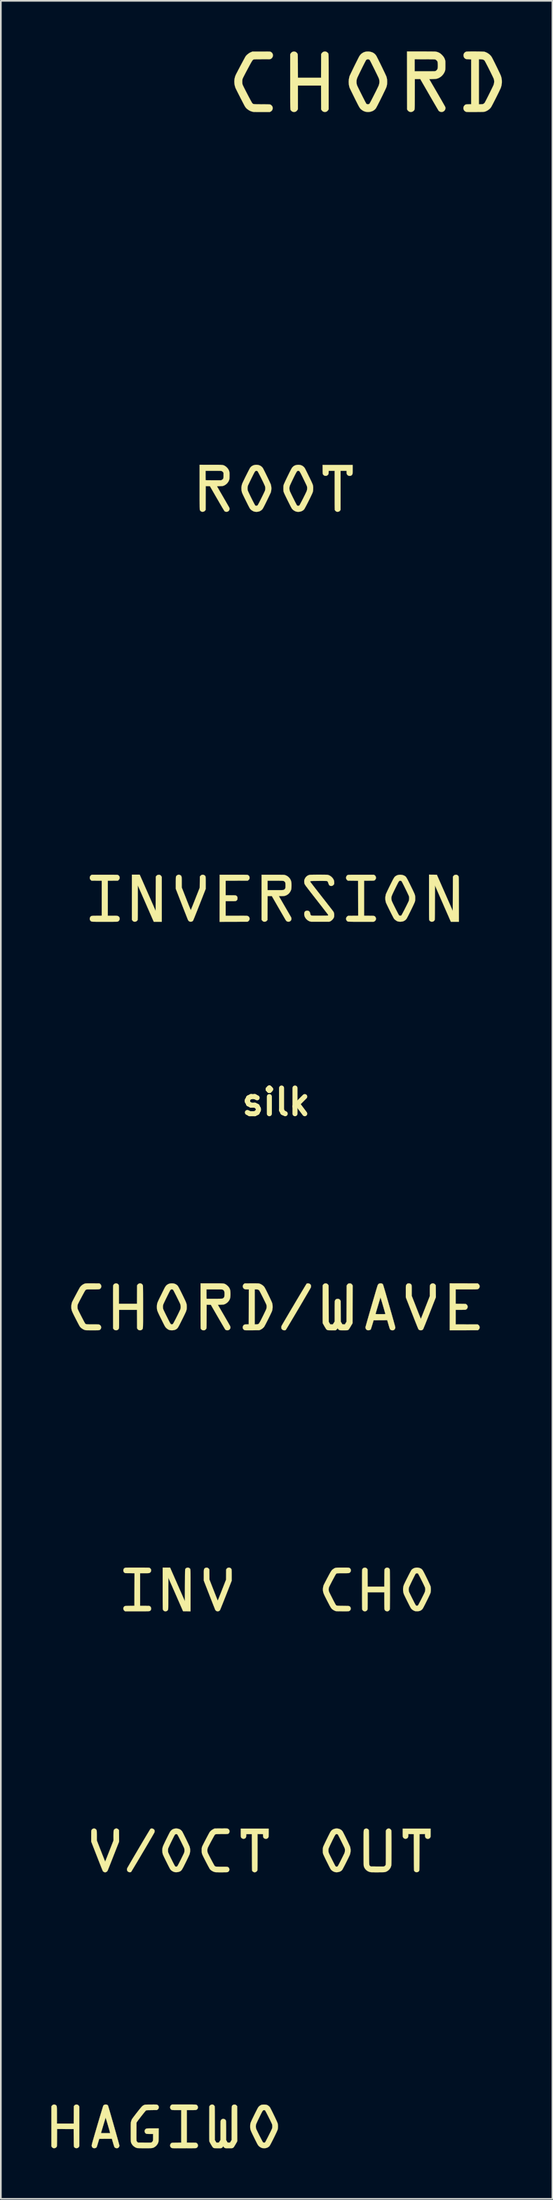
<source format=kicad_pcb>
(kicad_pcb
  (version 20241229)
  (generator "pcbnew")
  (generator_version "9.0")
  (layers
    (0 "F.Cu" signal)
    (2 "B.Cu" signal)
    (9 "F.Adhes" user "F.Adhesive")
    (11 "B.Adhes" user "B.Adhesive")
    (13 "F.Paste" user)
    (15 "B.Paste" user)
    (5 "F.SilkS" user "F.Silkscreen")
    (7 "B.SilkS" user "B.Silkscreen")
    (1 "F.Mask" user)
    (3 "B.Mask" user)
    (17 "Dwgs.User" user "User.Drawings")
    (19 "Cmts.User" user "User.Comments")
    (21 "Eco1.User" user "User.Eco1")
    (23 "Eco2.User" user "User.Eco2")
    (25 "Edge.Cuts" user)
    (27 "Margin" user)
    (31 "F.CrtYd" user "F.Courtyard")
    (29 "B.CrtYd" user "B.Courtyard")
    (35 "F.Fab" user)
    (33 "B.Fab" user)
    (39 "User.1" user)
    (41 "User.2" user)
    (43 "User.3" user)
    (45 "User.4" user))
  (footprint "silk"
    (layer "F.Cu")
    (at 13.358 62.351)
    (property "Reference" "silk" (at 0 0 0) (layer "F.SilkS") (effects (font (size 1.524 1.524) (thickness 0.3))))
    (attr through_hole)
    (fp_poly (pts (xy -8.068 -13.41) (xy -8.059 -13.391) (xy -8.044 -13.356) (xy -8.021 -13.306) (xy -7.994 -13.243) (xy -7.96 -13.168) (xy -7.922 -13.082) (xy -7.88 -12.986) (xy -7.833 -12.881) (xy -7.784 -12.768) (xy -7.732 -12.65) (xy -7.677 -12.526) (xy -7.621 -12.398) (xy -7.593 -12.335) (xy -7.157 -11.344) (xy -7.152 -12.358) (xy -7.147 -13.371) (xy -7.126 -13.406) (xy -7.092 -13.445) (xy -7.047 -13.473) (xy -6.998 -13.488) (xy -6.947 -13.49) (xy -6.898 -13.476) (xy -6.875 -13.463) (xy -6.847 -13.438) (xy -6.822 -13.406) (xy -6.815 -13.395) (xy -6.794 -13.354) (xy -6.794 -10.701) (xy -7.268 -10.701) (xy -7.722 -11.737) (xy -7.779 -11.869) (xy -7.835 -11.996) (xy -7.889 -12.118) (xy -7.94 -12.234) (xy -7.987 -12.342) (xy -8.031 -12.442) (xy -8.071 -12.533) (xy -8.106 -12.613) (xy -8.137 -12.681) (xy -8.161 -12.736) (xy -8.18 -12.778) (xy -8.192 -12.805) (xy -8.197 -12.815) (xy -8.218 -12.856) (xy -8.218 -11.848) (xy -8.218 -11.667) (xy -8.218 -11.504) (xy -8.219 -11.359) (xy -8.22 -11.231) (xy -8.22 -11.121) (xy -8.221 -11.028) (xy -8.222 -10.952) (xy -8.224 -10.893) (xy -8.225 -10.85) (xy -8.227 -10.824) (xy -8.228 -10.814) (xy -8.254 -10.77) (xy -8.292 -10.736) (xy -8.34 -10.713) (xy -8.392 -10.703) (xy -8.444 -10.708) (xy -8.45 -10.71) (xy -8.491 -10.73) (xy -8.529 -10.765) (xy -8.547 -10.791) (xy -8.568 -10.825) (xy -8.568 -12.16) (xy -8.568 -13.495) (xy -8.107 -13.495) (xy -8.068 -13.41)) (stroke (width 0.01) (type solid)) (fill yes) (layer "F.SilkS"))
    (fp_poly (pts (xy 11.986 10.76) (xy 12.021 10.789) (xy 12.06 10.825) (xy 12.084 10.86) (xy 12.096 10.9) (xy 12.098 10.932) (xy 12.094 10.981) (xy 12.079 11.02) (xy 12.052 11.054) (xy 12.046 11.061) (xy 12.035 11.071) (xy 12.026 11.08) (xy 12.015 11.087) (xy 12.003 11.093) (xy 11.987 11.099) (xy 11.967 11.103) (xy 11.941 11.106) (xy 11.907 11.109) (xy 11.865 11.111) (xy 11.813 11.112) (xy 11.75 11.113) (xy 11.674 11.114) (xy 11.584 11.114) (xy 11.479 11.114) (xy 11.357 11.114) (xy 11.312 11.114) (xy 10.673 11.114) (xy 10.673 11.968) (xy 10.969 11.971) (xy 11.051 11.972) (xy 11.116 11.973) (xy 11.168 11.974) (xy 11.207 11.975) (xy 11.236 11.976) (xy 11.257 11.979) (xy 11.272 11.982) (xy 11.284 11.986) (xy 11.293 11.991) (xy 11.301 11.996) (xy 11.343 12.032) (xy 11.372 12.076) (xy 11.386 12.124) (xy 11.385 12.175) (xy 11.371 12.223) (xy 11.344 12.267) (xy 11.302 12.302) (xy 11.288 12.31) (xy 11.277 12.315) (xy 11.265 12.319) (xy 11.249 12.322) (xy 11.227 12.324) (xy 11.198 12.326) (xy 11.159 12.327) (xy 11.108 12.327) (xy 11.042 12.328) (xy 10.963 12.328) (xy 10.673 12.328) (xy 10.673 13.191) (xy 11.328 13.194) (xy 11.983 13.196) (xy 12.018 13.218) (xy 12.058 13.253) (xy 12.085 13.3) (xy 12.097 13.354) (xy 12.098 13.367) (xy 12.091 13.423) (xy 12.069 13.469) (xy 12.03 13.508) (xy 11.995 13.537) (xy 11.159 13.539) (xy 10.324 13.541) (xy 10.324 10.755) (xy 11.986 10.76)) (stroke (width 0.01) (type solid)) (fill yes) (layer "F.SilkS"))
    (fp_poly (pts (xy 4.55 -37.551) (xy 4.55 -37.475) (xy 4.55 -37.415) (xy 4.549 -37.368) (xy 4.548 -37.333) (xy 4.546 -37.307) (xy 4.544 -37.288) (xy 4.54 -37.273) (xy 4.535 -37.26) (xy 4.531 -37.252) (xy 4.501 -37.209) (xy 4.461 -37.179) (xy 4.415 -37.163) (xy 4.366 -37.159) (xy 4.316 -37.169) (xy 4.27 -37.192) (xy 4.231 -37.229) (xy 4.225 -37.239) (xy 4.212 -37.258) (xy 4.203 -37.277) (xy 4.198 -37.3) (xy 4.195 -37.332) (xy 4.194 -37.37) (xy 4.19 -37.461) (xy 3.833 -37.461) (xy 3.833 -35.152) (xy 3.813 -35.115) (xy 3.781 -35.076) (xy 3.738 -35.048) (xy 3.689 -35.032) (xy 3.637 -35.03) (xy 3.6 -35.038) (xy 3.558 -35.061) (xy 3.52 -35.096) (xy 3.497 -35.128) (xy 3.495 -35.134) (xy 3.493 -35.144) (xy 3.492 -35.161) (xy 3.49 -35.183) (xy 3.489 -35.213) (xy 3.488 -35.252) (xy 3.487 -35.299) (xy 3.487 -35.357) (xy 3.486 -35.425) (xy 3.485 -35.506) (xy 3.485 -35.599) (xy 3.485 -35.706) (xy 3.484 -35.828) (xy 3.484 -35.966) (xy 3.484 -36.12) (xy 3.484 -36.291) (xy 3.484 -37.461) (xy 3.128 -37.461) (xy 3.124 -37.371) (xy 3.122 -37.326) (xy 3.117 -37.294) (xy 3.111 -37.27) (xy 3.101 -37.249) (xy 3.099 -37.247) (xy 3.063 -37.204) (xy 3.017 -37.176) (xy 2.965 -37.162) (xy 2.911 -37.166) (xy 2.903 -37.167) (xy 2.852 -37.188) (xy 2.814 -37.22) (xy 2.792 -37.253) (xy 2.786 -37.265) (xy 2.781 -37.277) (xy 2.778 -37.293) (xy 2.775 -37.313) (xy 2.773 -37.341) (xy 2.771 -37.378) (xy 2.77 -37.428) (xy 2.769 -37.492) (xy 2.769 -37.551) (xy 2.766 -37.81) (xy 4.55 -37.81) (xy 4.55 -37.551)) (stroke (width 0.01) (type solid)) (fill yes) (layer "F.SilkS"))
    (fp_poly (pts (xy -7.341 43.115) (xy -7.294 43.135) (xy -7.274 43.148) (xy -7.239 43.185) (xy -7.22 43.23) (xy -7.218 43.281) (xy -7.233 43.339) (xy -7.237 43.351) (xy -7.245 43.366) (xy -7.262 43.396) (xy -7.286 43.439) (xy -7.318 43.494) (xy -7.356 43.561) (xy -7.4 43.637) (xy -7.45 43.722) (xy -7.505 43.815) (xy -7.563 43.915) (xy -7.625 44.021) (xy -7.69 44.131) (xy -7.757 44.245) (xy -7.826 44.362) (xy -7.896 44.479) (xy -7.966 44.597) (xy -8.035 44.715) (xy -8.104 44.831) (xy -8.171 44.943) (xy -8.235 45.052) (xy -8.297 45.156) (xy -8.356 45.253) (xy -8.41 45.344) (xy -8.459 45.426) (xy -8.503 45.499) (xy -8.541 45.561) (xy -8.572 45.612) (xy -8.595 45.65) (xy -8.611 45.675) (xy -8.618 45.685) (xy -8.618 45.685) (xy -8.65 45.697) (xy -8.69 45.702) (xy -8.729 45.699) (xy -8.73 45.699) (xy -8.784 45.677) (xy -8.824 45.644) (xy -8.851 45.601) (xy -8.862 45.55) (xy -8.856 45.494) (xy -8.849 45.472) (xy -8.843 45.459) (xy -8.828 45.431) (xy -8.804 45.39) (xy -8.774 45.336) (xy -8.736 45.271) (xy -8.693 45.196) (xy -8.644 45.112) (xy -8.59 45.02) (xy -8.531 44.92) (xy -8.47 44.815) (xy -8.405 44.705) (xy -8.338 44.591) (xy -8.269 44.475) (xy -8.2 44.357) (xy -8.13 44.238) (xy -8.06 44.12) (xy -7.991 44.004) (xy -7.924 43.891) (xy -7.859 43.781) (xy -7.796 43.677) (xy -7.738 43.578) (xy -7.683 43.487) (xy -7.633 43.403) (xy -7.588 43.329) (xy -7.55 43.265) (xy -7.518 43.213) (xy -7.493 43.174) (xy -7.477 43.147) (xy -7.469 43.136) (xy -7.469 43.136) (xy -7.433 43.115) (xy -7.389 43.108) (xy -7.341 43.115)) (stroke (width 0.01) (type solid)) (fill yes) (layer "F.SilkS"))
    (fp_poly (pts (xy -13.143 59.493) (xy -13.097 59.516) (xy -13.078 59.532) (xy -13.067 59.542) (xy -13.058 59.552) (xy -13.05 59.563) (xy -13.044 59.576) (xy -13.039 59.594) (xy -13.035 59.617) (xy -13.032 59.648) (xy -13.03 59.687) (xy -13.028 59.736) (xy -13.027 59.797) (xy -13.027 59.871) (xy -13.026 59.96) (xy -13.026 60.065) (xy -13.026 60.618) (xy -12.025 60.618) (xy -12.022 60.105) (xy -12.02 59.592) (xy -11.997 59.558) (xy -11.959 59.519) (xy -11.912 59.495) (xy -11.862 59.487) (xy -11.809 59.495) (xy -11.764 59.519) (xy -11.726 59.56) (xy -11.698 59.599) (xy -11.698 61.965) (xy -11.719 61.999) (xy -11.753 62.039) (xy -11.796 62.065) (xy -11.843 62.077) (xy -11.891 62.077) (xy -11.937 62.063) (xy -11.976 62.035) (xy -11.999 62.007) (xy -12.004 61.999) (xy -12.008 61.991) (xy -12.011 61.982) (xy -12.013 61.968) (xy -12.015 61.95) (xy -12.017 61.925) (xy -12.019 61.892) (xy -12.02 61.85) (xy -12.021 61.796) (xy -12.022 61.73) (xy -12.023 61.65) (xy -12.023 61.554) (xy -12.024 61.459) (xy -12.029 60.944) (xy -13.016 60.94) (xy -13.019 61.448) (xy -13.02 61.558) (xy -13.02 61.651) (xy -13.021 61.728) (xy -13.022 61.792) (xy -13.023 61.844) (xy -13.024 61.885) (xy -13.025 61.917) (xy -13.027 61.941) (xy -13.029 61.958) (xy -13.032 61.972) (xy -13.035 61.982) (xy -13.039 61.99) (xy -13.039 61.991) (xy -13.068 62.029) (xy -13.108 62.058) (xy -13.156 62.075) (xy -13.206 62.078) (xy -13.254 62.068) (xy -13.268 62.061) (xy -13.294 62.041) (xy -13.32 62.014) (xy -13.327 62.004) (xy -13.353 61.966) (xy -13.353 59.599) (xy -13.325 59.56) (xy -13.287 59.52) (xy -13.242 59.495) (xy -13.193 59.486) (xy -13.143 59.493)) (stroke (width 0.01) (type solid)) (fill yes) (layer "F.SilkS"))
    (fp_poly (pts (xy -0.441 43.353) (xy -0.442 43.431) (xy -0.443 43.497) (xy -0.445 43.551) (xy -0.447 43.59) (xy -0.45 43.614) (xy -0.451 43.617) (xy -0.477 43.661) (xy -0.513 43.694) (xy -0.558 43.714) (xy -0.606 43.721) (xy -0.655 43.714) (xy -0.701 43.693) (xy -0.72 43.677) (xy -0.741 43.656) (xy -0.754 43.635) (xy -0.763 43.61) (xy -0.768 43.576) (xy -0.772 43.528) (xy -0.777 43.441) (xy -0.94 43.439) (xy -1.103 43.436) (xy -1.103 44.496) (xy -1.103 44.678) (xy -1.104 44.844) (xy -1.104 44.995) (xy -1.105 45.129) (xy -1.105 45.247) (xy -1.106 45.347) (xy -1.107 45.431) (xy -1.108 45.497) (xy -1.11 45.546) (xy -1.111 45.577) (xy -1.113 45.589) (xy -1.129 45.622) (xy -1.158 45.655) (xy -1.194 45.682) (xy -1.229 45.697) (xy -1.254 45.704) (xy -1.272 45.706) (xy -1.292 45.703) (xy -1.313 45.698) (xy -1.36 45.678) (xy -1.402 45.641) (xy -1.411 45.63) (xy -1.413 45.626) (xy -1.416 45.621) (xy -1.418 45.615) (xy -1.42 45.606) (xy -1.422 45.593) (xy -1.424 45.575) (xy -1.425 45.552) (xy -1.426 45.522) (xy -1.427 45.484) (xy -1.428 45.438) (xy -1.429 45.382) (xy -1.43 45.315) (xy -1.431 45.237) (xy -1.431 45.145) (xy -1.432 45.041) (xy -1.432 44.921) (xy -1.433 44.786) (xy -1.434 44.634) (xy -1.434 44.523) (xy -1.439 43.441) (xy -1.77 43.441) (xy -1.774 43.528) (xy -1.779 43.583) (xy -1.788 43.624) (xy -1.802 43.654) (xy -1.824 43.678) (xy -1.842 43.692) (xy -1.889 43.713) (xy -1.94 43.719) (xy -1.991 43.708) (xy -2.038 43.681) (xy -2.042 43.677) (xy -2.058 43.664) (xy -2.07 43.649) (xy -2.079 43.633) (xy -2.086 43.611) (xy -2.09 43.582) (xy -2.093 43.543) (xy -2.095 43.493) (xy -2.096 43.429) (xy -2.096 43.354) (xy -2.096 43.115) (xy -0.441 43.115) (xy -0.441 43.353)) (stroke (width 0.01) (type solid)) (fill yes) (layer "F.SilkS"))
    (fp_poly (pts (xy 1.933 10.761) (xy 1.983 10.778) (xy 2.026 10.806) (xy 2.055 10.837) (xy 2.072 10.877) (xy 2.078 10.927) (xy 2.071 10.979) (xy 2.065 11) (xy 2.058 11.014) (xy 2.043 11.042) (xy 2.02 11.084) (xy 1.989 11.138) (xy 1.951 11.203) (xy 1.907 11.279) (xy 1.857 11.365) (xy 1.802 11.459) (xy 1.743 11.56) (xy 1.68 11.667) (xy 1.614 11.78) (xy 1.546 11.896) (xy 1.475 12.016) (xy 1.403 12.138) (xy 1.331 12.261) (xy 1.258 12.384) (xy 1.186 12.506) (xy 1.115 12.625) (xy 1.046 12.742) (xy 0.979 12.854) (xy 0.915 12.961) (xy 0.855 13.062) (xy 0.799 13.155) (xy 0.748 13.24) (xy 0.703 13.316) (xy 0.663 13.381) (xy 0.631 13.435) (xy 0.605 13.475) (xy 0.588 13.503) (xy 0.579 13.515) (xy 0.579 13.516) (xy 0.561 13.53) (xy 0.542 13.538) (xy 0.515 13.541) (xy 0.494 13.541) (xy 0.454 13.538) (xy 0.42 13.53) (xy 0.409 13.526) (xy 0.364 13.495) (xy 0.331 13.457) (xy 0.325 13.447) (xy 0.317 13.418) (xy 0.313 13.378) (xy 0.315 13.335) (xy 0.322 13.298) (xy 0.326 13.289) (xy 0.333 13.274) (xy 0.349 13.245) (xy 0.373 13.203) (xy 0.405 13.148) (xy 0.443 13.082) (xy 0.488 13.005) (xy 0.538 12.92) (xy 0.593 12.826) (xy 0.653 12.725) (xy 0.716 12.617) (xy 0.782 12.505) (xy 0.851 12.389) (xy 0.922 12.269) (xy 0.994 12.148) (xy 1.067 12.025) (xy 1.139 11.903) (xy 1.211 11.782) (xy 1.282 11.663) (xy 1.351 11.547) (xy 1.418 11.435) (xy 1.482 11.329) (xy 1.542 11.228) (xy 1.598 11.136) (xy 1.649 11.051) (xy 1.694 10.976) (xy 1.733 10.911) (xy 1.766 10.858) (xy 1.791 10.817) (xy 1.808 10.79) (xy 1.817 10.777) (xy 1.818 10.776) (xy 1.84 10.767) (xy 1.871 10.76) (xy 1.885 10.758) (xy 1.933 10.761)) (stroke (width 0.01) (type solid)) (fill yes) (layer "F.SilkS"))
    (fp_poly (pts (xy -2.386 -13.491) (xy -2.262 -13.491) (xy -2.154 -13.49) (xy -2.06 -13.49) (xy -1.98 -13.49) (xy -1.913 -13.49) (xy -1.857 -13.489) (xy -1.811 -13.488) (xy -1.774 -13.487) (xy -1.745 -13.486) (xy -1.723 -13.485) (xy -1.706 -13.483) (xy -1.694 -13.481) (xy -1.684 -13.478) (xy -1.677 -13.475) (xy -1.67 -13.472) (xy -1.669 -13.471) (xy -1.641 -13.452) (xy -1.613 -13.425) (xy -1.604 -13.413) (xy -1.589 -13.389) (xy -1.58 -13.366) (xy -1.577 -13.338) (xy -1.577 -13.312) (xy -1.578 -13.276) (xy -1.582 -13.251) (xy -1.592 -13.231) (xy -1.602 -13.217) (xy -1.625 -13.19) (xy -1.652 -13.167) (xy -1.657 -13.163) (xy -1.687 -13.141) (xy -2.342 -13.139) (xy -2.997 -13.136) (xy -2.997 -12.273) (xy -2.705 -12.273) (xy -2.619 -12.272) (xy -2.549 -12.272) (xy -2.493 -12.271) (xy -2.449 -12.269) (xy -2.416 -12.265) (xy -2.39 -12.259) (xy -2.371 -12.251) (xy -2.355 -12.241) (xy -2.341 -12.227) (xy -2.327 -12.21) (xy -2.321 -12.204) (xy -2.307 -12.185) (xy -2.299 -12.167) (xy -2.295 -12.145) (xy -2.294 -12.113) (xy -2.294 -12.098) (xy -2.294 -12.06) (xy -2.297 -12.035) (xy -2.304 -12.017) (xy -2.316 -11.999) (xy -2.321 -11.992) (xy -2.336 -11.974) (xy -2.35 -11.959) (xy -2.365 -11.948) (xy -2.383 -11.939) (xy -2.406 -11.933) (xy -2.437 -11.928) (xy -2.477 -11.926) (xy -2.529 -11.924) (xy -2.594 -11.923) (xy -2.674 -11.923) (xy -2.705 -11.923) (xy -2.997 -11.923) (xy -2.997 -11.059) (xy -2.369 -11.059) (xy -2.225 -11.059) (xy -2.098 -11.058) (xy -1.99 -11.058) (xy -1.899 -11.057) (xy -1.826 -11.055) (xy -1.77 -11.054) (xy -1.731 -11.052) (xy -1.709 -11.05) (xy -1.705 -11.049) (xy -1.654 -11.027) (xy -1.615 -10.993) (xy -1.589 -10.952) (xy -1.575 -10.905) (xy -1.575 -10.856) (xy -1.589 -10.808) (xy -1.618 -10.764) (xy -1.653 -10.733) (xy -1.693 -10.705) (xy -3.355 -10.7) (xy -3.351 -13.491) (xy -2.528 -13.491) (xy -2.386 -13.491)) (stroke (width 0.01) (type solid)) (fill yes) (layer "F.SilkS"))
    (fp_poly (pts (xy 5.857 -13.463) (xy 5.897 -13.426) (xy 5.924 -13.381) (xy 5.937 -13.331) (xy 5.936 -13.282) (xy 5.92 -13.235) (xy 5.905 -13.213) (xy 5.89 -13.194) (xy 5.877 -13.179) (xy 5.863 -13.167) (xy 5.848 -13.157) (xy 5.828 -13.151) (xy 5.802 -13.146) (xy 5.767 -13.143) (xy 5.722 -13.141) (xy 5.664 -13.14) (xy 5.592 -13.139) (xy 5.529 -13.139) (xy 5.231 -13.136) (xy 5.231 -11.06) (xy 5.523 -11.057) (xy 5.608 -11.056) (xy 5.678 -11.055) (xy 5.733 -11.054) (xy 5.775 -11.051) (xy 5.808 -11.047) (xy 5.833 -11.042) (xy 5.852 -11.035) (xy 5.867 -11.026) (xy 5.879 -11.013) (xy 5.893 -10.998) (xy 5.895 -10.995) (xy 5.925 -10.947) (xy 5.938 -10.896) (xy 5.935 -10.845) (xy 5.917 -10.797) (xy 5.884 -10.754) (xy 5.838 -10.721) (xy 5.837 -10.721) (xy 5.797 -10.701) (xy 5.052 -10.701) (xy 4.923 -10.702) (xy 4.802 -10.702) (xy 4.691 -10.703) (xy 4.59 -10.703) (xy 4.502 -10.704) (xy 4.426 -10.706) (xy 4.365 -10.707) (xy 4.319 -10.708) (xy 4.289 -10.71) (xy 4.277 -10.711) (xy 4.241 -10.729) (xy 4.207 -10.76) (xy 4.18 -10.798) (xy 4.166 -10.832) (xy 4.161 -10.887) (xy 4.172 -10.94) (xy 4.198 -10.987) (xy 4.237 -11.024) (xy 4.249 -11.032) (xy 4.288 -11.054) (xy 4.585 -11.057) (xy 4.882 -11.06) (xy 4.879 -12.096) (xy 4.877 -13.132) (xy 4.573 -13.137) (xy 4.269 -13.141) (xy 4.236 -13.166) (xy 4.195 -13.206) (xy 4.17 -13.251) (xy 4.161 -13.305) (xy 4.161 -13.312) (xy 4.169 -13.368) (xy 4.192 -13.416) (xy 4.227 -13.455) (xy 4.252 -13.471) (xy 4.259 -13.475) (xy 4.266 -13.478) (xy 4.275 -13.48) (xy 4.287 -13.483) (xy 4.303 -13.484) (xy 4.325 -13.486) (xy 4.353 -13.487) (xy 4.389 -13.488) (xy 4.434 -13.489) (xy 4.489 -13.49) (xy 4.556 -13.49) (xy 4.635 -13.49) (xy 4.729 -13.49) (xy 4.837 -13.491) (xy 4.962 -13.491) (xy 5.053 -13.491) (xy 5.818 -13.491) (xy 5.857 -13.463)) (stroke (width 0.01) (type solid)) (fill yes) (layer "F.SilkS"))
    (fp_poly (pts (xy 9.184 43.36) (xy 9.184 43.433) (xy 9.183 43.491) (xy 9.183 43.535) (xy 9.182 43.567) (xy 9.18 43.591) (xy 9.177 43.608) (xy 9.173 43.621) (xy 9.167 43.633) (xy 9.162 43.643) (xy 9.129 43.682) (xy 9.086 43.708) (xy 9.037 43.721) (xy 8.986 43.718) (xy 8.947 43.704) (xy 8.907 43.678) (xy 8.879 43.644) (xy 8.862 43.6) (xy 8.854 43.544) (xy 8.853 43.51) (xy 8.853 43.436) (xy 8.69 43.439) (xy 8.526 43.441) (xy 8.522 44.517) (xy 8.521 44.68) (xy 8.52 44.827) (xy 8.52 44.957) (xy 8.519 45.071) (xy 8.518 45.172) (xy 8.518 45.259) (xy 8.517 45.333) (xy 8.516 45.396) (xy 8.515 45.449) (xy 8.514 45.493) (xy 8.513 45.528) (xy 8.512 45.556) (xy 8.51 45.577) (xy 8.509 45.593) (xy 8.507 45.605) (xy 8.505 45.613) (xy 8.502 45.62) (xy 8.501 45.622) (xy 8.471 45.658) (xy 8.43 45.685) (xy 8.382 45.7) (xy 8.333 45.701) (xy 8.311 45.697) (xy 8.262 45.674) (xy 8.224 45.641) (xy 8.211 45.621) (xy 8.209 45.616) (xy 8.207 45.609) (xy 8.205 45.598) (xy 8.203 45.584) (xy 8.202 45.564) (xy 8.2 45.538) (xy 8.199 45.506) (xy 8.198 45.465) (xy 8.197 45.415) (xy 8.196 45.355) (xy 8.195 45.284) (xy 8.194 45.201) (xy 8.194 45.105) (xy 8.193 44.995) (xy 8.192 44.87) (xy 8.192 44.729) (xy 8.191 44.571) (xy 8.191 44.517) (xy 8.186 43.441) (xy 8.023 43.439) (xy 7.86 43.436) (xy 7.86 43.512) (xy 7.856 43.573) (xy 7.844 43.621) (xy 7.824 43.657) (xy 7.792 43.686) (xy 7.786 43.691) (xy 7.739 43.712) (xy 7.689 43.718) (xy 7.64 43.709) (xy 7.597 43.687) (xy 7.562 43.652) (xy 7.547 43.627) (xy 7.541 43.613) (xy 7.537 43.598) (xy 7.534 43.578) (xy 7.532 43.552) (xy 7.531 43.517) (xy 7.53 43.47) (xy 7.529 43.409) (xy 7.529 43.351) (xy 7.529 43.115) (xy 9.184 43.115) (xy 9.184 43.36)) (stroke (width 0.01) (type solid)) (fill yes) (layer "F.SilkS"))
    (fp_poly (pts (xy -2.76 27.63) (xy -2.714 27.651) (xy -2.69 27.669) (xy -2.677 27.682) (xy -2.666 27.694) (xy -2.658 27.709) (xy -2.651 27.727) (xy -2.646 27.75) (xy -2.643 27.782) (xy -2.641 27.822) (xy -2.639 27.875) (xy -2.639 27.94) (xy -2.638 28.021) (xy -2.638 28.077) (xy -2.638 28.4) (xy -2.974 29.256) (xy -3.022 29.376) (xy -3.068 29.492) (xy -3.111 29.603) (xy -3.153 29.706) (xy -3.191 29.802) (xy -3.226 29.888) (xy -3.257 29.965) (xy -3.283 30.029) (xy -3.304 30.081) (xy -3.32 30.118) (xy -3.33 30.141) (xy -3.333 30.146) (xy -3.367 30.185) (xy -3.407 30.208) (xy -3.458 30.217) (xy -3.466 30.217) (xy -3.509 30.213) (xy -3.546 30.199) (xy -3.553 30.195) (xy -3.581 30.173) (xy -3.605 30.145) (xy -3.61 30.137) (xy -3.616 30.124) (xy -3.628 30.095) (xy -3.646 30.051) (xy -3.669 29.993) (xy -3.697 29.923) (xy -3.729 29.842) (xy -3.765 29.752) (xy -3.804 29.652) (xy -3.846 29.546) (xy -3.89 29.433) (xy -3.936 29.315) (xy -3.961 29.251) (xy -4.293 28.399) (xy -4.293 28.074) (xy -4.293 27.983) (xy -4.293 27.908) (xy -4.292 27.849) (xy -4.29 27.801) (xy -4.287 27.764) (xy -4.282 27.736) (xy -4.276 27.715) (xy -4.267 27.698) (xy -4.256 27.684) (xy -4.242 27.671) (xy -4.226 27.658) (xy -4.183 27.634) (xy -4.135 27.626) (xy -4.086 27.632) (xy -4.041 27.652) (xy -4.003 27.685) (xy -3.993 27.699) (xy -3.967 27.738) (xy -3.964 28.036) (xy -3.961 28.334) (xy -3.718 28.955) (xy -3.678 29.057) (xy -3.64 29.153) (xy -3.604 29.244) (xy -3.572 29.327) (xy -3.543 29.4) (xy -3.518 29.464) (xy -3.497 29.515) (xy -3.482 29.553) (xy -3.472 29.577) (xy -3.469 29.585) (xy -3.465 29.578) (xy -3.454 29.555) (xy -3.439 29.518) (xy -3.418 29.468) (xy -3.392 29.406) (xy -3.363 29.333) (xy -3.33 29.251) (xy -3.294 29.161) (xy -3.255 29.064) (xy -3.217 28.966) (xy -2.97 28.338) (xy -2.965 27.738) (xy -2.939 27.699) (xy -2.903 27.66) (xy -2.859 27.635) (xy -2.81 27.625) (xy -2.76 27.63)) (stroke (width 0.01) (type solid)) (fill yes) (layer "F.SilkS"))
    (fp_poly (pts (xy -10.056 -13.491) (xy -9.937 -13.491) (xy -9.833 -13.49) (xy -9.745 -13.49) (xy -9.67 -13.49) (xy -9.607 -13.489) (xy -9.556 -13.489) (xy -9.514 -13.488) (xy -9.481 -13.487) (xy -9.455 -13.485) (xy -9.436 -13.484) (xy -9.421 -13.482) (xy -9.41 -13.48) (xy -9.402 -13.477) (xy -9.395 -13.474) (xy -9.391 -13.471) (xy -9.347 -13.439) (xy -9.316 -13.397) (xy -9.299 -13.348) (xy -9.297 -13.297) (xy -9.31 -13.246) (xy -9.314 -13.238) (xy -9.335 -13.207) (xy -9.362 -13.177) (xy -9.371 -13.169) (xy -9.406 -13.141) (xy -9.704 -13.139) (xy -10.002 -13.136) (xy -10.002 -11.059) (xy -9.733 -11.059) (xy -9.647 -11.059) (xy -9.577 -11.058) (xy -9.521 -11.056) (xy -9.477 -11.054) (xy -9.443 -11.05) (xy -9.417 -11.044) (xy -9.395 -11.037) (xy -9.377 -11.028) (xy -9.36 -11.016) (xy -9.36 -11.016) (xy -9.324 -10.979) (xy -9.303 -10.934) (xy -9.296 -10.886) (xy -9.302 -10.838) (xy -9.319 -10.792) (xy -9.349 -10.752) (xy -9.389 -10.723) (xy -9.421 -10.71) (xy -9.437 -10.708) (xy -9.472 -10.706) (xy -9.524 -10.705) (xy -9.594 -10.704) (xy -9.681 -10.703) (xy -9.785 -10.702) (xy -9.906 -10.701) (xy -10.043 -10.701) (xy -10.19 -10.701) (xy -10.328 -10.701) (xy -10.448 -10.701) (xy -10.552 -10.702) (xy -10.642 -10.702) (xy -10.717 -10.703) (xy -10.78 -10.704) (xy -10.832 -10.705) (xy -10.873 -10.706) (xy -10.905 -10.707) (xy -10.929 -10.709) (xy -10.947 -10.711) (xy -10.958 -10.713) (xy -10.963 -10.714) (xy -11.008 -10.739) (xy -11.042 -10.776) (xy -11.065 -10.822) (xy -11.074 -10.871) (xy -11.069 -10.923) (xy -11.049 -10.971) (xy -11.041 -10.983) (xy -11.027 -11.002) (xy -11.014 -11.017) (xy -10.999 -11.028) (xy -10.98 -11.038) (xy -10.955 -11.044) (xy -10.922 -11.049) (xy -10.88 -11.053) (xy -10.825 -11.055) (xy -10.757 -11.056) (xy -10.673 -11.057) (xy -10.652 -11.057) (xy -10.36 -11.06) (xy -10.36 -13.136) (xy -10.965 -13.141) (xy -11.001 -13.17) (xy -11.04 -13.209) (xy -11.063 -13.251) (xy -11.072 -13.3) (xy -11.073 -13.311) (xy -11.065 -13.369) (xy -11.041 -13.418) (xy -11.001 -13.459) (xy -10.995 -13.463) (xy -10.956 -13.491) (xy -10.192 -13.491) (xy -10.056 -13.491)) (stroke (width 0.01) (type solid)) (fill yes) (layer "F.SilkS"))
    (fp_poly (pts (xy 9.323 -13.493) (xy 9.555 -13.491) (xy 10.503 -11.34) (xy 10.507 -12.356) (xy 10.512 -13.371) (xy 10.534 -13.406) (xy 10.571 -13.45) (xy 10.616 -13.478) (xy 10.671 -13.49) (xy 10.688 -13.491) (xy 10.723 -13.489) (xy 10.749 -13.483) (xy 10.773 -13.47) (xy 10.784 -13.463) (xy 10.812 -13.439) (xy 10.835 -13.41) (xy 10.842 -13.399) (xy 10.845 -13.393) (xy 10.847 -13.388) (xy 10.849 -13.381) (xy 10.851 -13.372) (xy 10.853 -13.359) (xy 10.855 -13.343) (xy 10.856 -13.322) (xy 10.857 -13.295) (xy 10.858 -13.261) (xy 10.859 -13.219) (xy 10.86 -13.169) (xy 10.86 -13.109) (xy 10.861 -13.039) (xy 10.861 -12.958) (xy 10.862 -12.864) (xy 10.862 -12.758) (xy 10.863 -12.637) (xy 10.863 -12.502) (xy 10.863 -12.35) (xy 10.864 -12.182) (xy 10.864 -12.031) (xy 10.866 -10.701) (xy 10.39 -10.701) (xy 10.326 -10.845) (xy 10.314 -10.873) (xy 10.295 -10.917) (xy 10.27 -10.975) (xy 10.239 -11.046) (xy 10.202 -11.128) (xy 10.162 -11.221) (xy 10.117 -11.323) (xy 10.069 -11.432) (xy 10.018 -11.548) (xy 9.965 -11.669) (xy 9.911 -11.793) (xy 9.855 -11.921) (xy 9.854 -11.922) (xy 9.446 -12.854) (xy 9.441 -11.839) (xy 9.44 -11.68) (xy 9.44 -11.538) (xy 9.439 -11.412) (xy 9.438 -11.302) (xy 9.438 -11.206) (xy 9.437 -11.123) (xy 9.436 -11.052) (xy 9.435 -10.993) (xy 9.434 -10.944) (xy 9.433 -10.904) (xy 9.432 -10.872) (xy 9.43 -10.847) (xy 9.428 -10.829) (xy 9.427 -10.815) (xy 9.425 -10.806) (xy 9.422 -10.799) (xy 9.421 -10.797) (xy 9.387 -10.752) (xy 9.342 -10.72) (xy 9.29 -10.704) (xy 9.234 -10.704) (xy 9.208 -10.71) (xy 9.169 -10.729) (xy 9.133 -10.759) (xy 9.108 -10.793) (xy 9.107 -10.796) (xy 9.105 -10.801) (xy 9.103 -10.809) (xy 9.101 -10.82) (xy 9.1 -10.836) (xy 9.098 -10.856) (xy 9.097 -10.882) (xy 9.096 -10.916) (xy 9.095 -10.957) (xy 9.094 -11.006) (xy 9.094 -11.066) (xy 9.093 -11.135) (xy 9.093 -11.216) (xy 9.093 -11.309) (xy 9.092 -11.416) (xy 9.092 -11.536) (xy 9.092 -11.671) (xy 9.092 -11.822) (xy 9.092 -11.989) (xy 9.092 -12.161) (xy 9.092 -13.496) (xy 9.323 -13.493)) (stroke (width 0.01) (type solid)) (fill yes) (layer "F.SilkS"))
    (fp_poly (pts (xy -9.45 43.113) (xy -9.411 43.132) (xy -9.376 43.159) (xy -9.362 43.175) (xy -9.335 43.21) (xy -9.333 43.546) (xy -9.33 43.883) (xy -9.665 44.733) (xy -9.712 44.853) (xy -9.757 44.968) (xy -9.8 45.077) (xy -9.841 45.18) (xy -9.878 45.275) (xy -9.912 45.36) (xy -9.942 45.435) (xy -9.967 45.498) (xy -9.988 45.549) (xy -10.003 45.585) (xy -10.011 45.606) (xy -10.013 45.611) (xy -10.044 45.652) (xy -10.085 45.684) (xy -10.117 45.697) (xy -10.143 45.704) (xy -10.162 45.706) (xy -10.183 45.703) (xy -10.2 45.699) (xy -10.248 45.678) (xy -10.286 45.642) (xy -10.3 45.621) (xy -10.307 45.607) (xy -10.319 45.577) (xy -10.337 45.533) (xy -10.361 45.475) (xy -10.389 45.405) (xy -10.421 45.324) (xy -10.457 45.233) (xy -10.497 45.133) (xy -10.539 45.026) (xy -10.583 44.913) (xy -10.629 44.795) (xy -10.654 44.732) (xy -10.986 43.882) (xy -10.986 43.56) (xy -10.985 43.475) (xy -10.985 43.405) (xy -10.985 43.351) (xy -10.984 43.308) (xy -10.983 43.276) (xy -10.981 43.252) (xy -10.978 43.234) (xy -10.975 43.22) (xy -10.97 43.209) (xy -10.965 43.198) (xy -10.965 43.197) (xy -10.933 43.154) (xy -10.891 43.124) (xy -10.842 43.11) (xy -10.788 43.111) (xy -10.775 43.114) (xy -10.735 43.133) (xy -10.699 43.164) (xy -10.673 43.202) (xy -10.664 43.223) (xy -10.662 43.242) (xy -10.659 43.278) (xy -10.657 43.328) (xy -10.656 43.39) (xy -10.655 43.463) (xy -10.655 43.536) (xy -10.655 43.814) (xy -10.409 44.443) (xy -10.369 44.545) (xy -10.331 44.642) (xy -10.295 44.733) (xy -10.262 44.815) (xy -10.233 44.889) (xy -10.208 44.952) (xy -10.187 45.003) (xy -10.172 45.041) (xy -10.162 45.065) (xy -10.158 45.073) (xy -10.154 45.064) (xy -10.144 45.04) (xy -10.128 45.002) (xy -10.107 44.95) (xy -10.082 44.886) (xy -10.052 44.813) (xy -10.02 44.73) (xy -9.984 44.639) (xy -9.945 44.542) (xy -9.907 44.445) (xy -9.661 43.818) (xy -9.662 43.544) (xy -9.661 43.457) (xy -9.66 43.381) (xy -9.659 43.318) (xy -9.656 43.271) (xy -9.653 43.239) (xy -9.652 43.23) (xy -9.631 43.183) (xy -9.596 43.145) (xy -9.552 43.119) (xy -9.501 43.106) (xy -9.487 43.106) (xy -9.45 43.113)) (stroke (width 0.01) (type solid)) (fill yes) (layer "F.SilkS"))
    (fp_poly (pts (xy -5.342 59.487) (xy -5.228 59.487) (xy -5.13 59.488) (xy -5.047 59.488) (xy -4.977 59.488) (xy -4.919 59.489) (xy -4.871 59.49) (xy -4.834 59.491) (xy -4.804 59.492) (xy -4.782 59.493) (xy -4.765 59.495) (xy -4.753 59.498) (xy -4.744 59.5) (xy -4.737 59.503) (xy -4.734 59.504) (xy -4.692 59.536) (xy -4.663 59.577) (xy -4.647 59.622) (xy -4.644 59.669) (xy -4.655 59.715) (xy -4.68 59.756) (xy -4.717 59.79) (xy -4.738 59.801) (xy -4.751 59.806) (xy -4.765 59.81) (xy -4.784 59.813) (xy -4.81 59.815) (xy -4.844 59.816) (xy -4.889 59.817) (xy -4.948 59.818) (xy -5.022 59.818) (xy -5.04 59.818) (xy -5.304 59.818) (xy -5.304 61.748) (xy -5.03 61.75) (xy -4.756 61.753) (xy -4.717 61.779) (xy -4.679 61.814) (xy -4.655 61.857) (xy -4.644 61.903) (xy -4.647 61.951) (xy -4.663 61.996) (xy -4.691 62.034) (xy -4.732 62.063) (xy -4.746 62.07) (xy -4.761 62.072) (xy -4.793 62.074) (xy -4.842 62.075) (xy -4.908 62.077) (xy -4.992 62.078) (xy -5.094 62.079) (xy -5.214 62.079) (xy -5.352 62.08) (xy -5.473 62.08) (xy -5.603 62.08) (xy -5.716 62.08) (xy -5.813 62.08) (xy -5.895 62.079) (xy -5.965 62.079) (xy -6.022 62.078) (xy -6.069 62.078) (xy -6.106 62.077) (xy -6.135 62.075) (xy -6.158 62.074) (xy -6.175 62.072) (xy -6.187 62.07) (xy -6.197 62.067) (xy -6.205 62.064) (xy -6.212 62.06) (xy -6.252 62.031) (xy -6.28 61.992) (xy -6.294 61.948) (xy -6.296 61.9) (xy -6.285 61.854) (xy -6.261 61.812) (xy -6.225 61.777) (xy -6.212 61.769) (xy -6.201 61.765) (xy -6.188 61.761) (xy -6.169 61.758) (xy -6.142 61.756) (xy -6.106 61.754) (xy -6.058 61.753) (xy -5.997 61.752) (xy -5.919 61.751) (xy -5.909 61.75) (xy -5.635 61.748) (xy -5.635 59.818) (xy -5.902 59.818) (xy -5.985 59.818) (xy -6.052 59.818) (xy -6.104 59.816) (xy -6.145 59.814) (xy -6.176 59.81) (xy -6.199 59.804) (xy -6.217 59.797) (xy -6.232 59.787) (xy -6.246 59.774) (xy -6.253 59.767) (xy -6.282 59.724) (xy -6.296 59.675) (xy -6.295 59.626) (xy -6.281 59.578) (xy -6.253 59.537) (xy -6.22 59.51) (xy -6.181 59.487) (xy -5.473 59.487) (xy -5.342 59.487)) (stroke (width 0.01) (type solid)) (fill yes) (layer "F.SilkS"))
    (fp_poly (pts (xy -5.747 -13.489) (xy -5.708 -13.474) (xy -5.674 -13.454) (xy -5.671 -13.452) (xy -5.655 -13.437) (xy -5.642 -13.424) (xy -5.632 -13.408) (xy -5.624 -13.388) (xy -5.618 -13.363) (xy -5.613 -13.33) (xy -5.611 -13.287) (xy -5.609 -13.232) (xy -5.608 -13.164) (xy -5.608 -13.079) (xy -5.608 -13.045) (xy -5.607 -12.737) (xy -5.342 -12.063) (xy -5.301 -11.957) (xy -5.261 -11.857) (xy -5.223 -11.762) (xy -5.189 -11.676) (xy -5.157 -11.599) (xy -5.13 -11.532) (xy -5.107 -11.476) (xy -5.089 -11.434) (xy -5.077 -11.405) (xy -5.07 -11.392) (xy -5.069 -11.392) (xy -5.065 -11.4) (xy -5.054 -11.425) (xy -5.037 -11.464) (xy -5.016 -11.516) (xy -4.989 -11.58) (xy -4.959 -11.655) (xy -4.925 -11.739) (xy -4.888 -11.831) (xy -4.849 -11.93) (xy -4.808 -12.033) (xy -4.799 -12.056) (xy -4.537 -12.718) (xy -4.532 -13.05) (xy -4.528 -13.382) (xy -4.501 -13.416) (xy -4.46 -13.458) (xy -4.412 -13.483) (xy -4.361 -13.493) (xy -4.309 -13.485) (xy -4.26 -13.461) (xy -4.241 -13.447) (xy -4.227 -13.434) (xy -4.215 -13.422) (xy -4.206 -13.408) (xy -4.198 -13.392) (xy -4.193 -13.37) (xy -4.189 -13.342) (xy -4.186 -13.305) (xy -4.184 -13.257) (xy -4.183 -13.197) (xy -4.183 -13.123) (xy -4.183 -13.033) (xy -4.183 -13.006) (xy -4.183 -12.654) (xy -4.546 -11.731) (xy -4.595 -11.606) (xy -4.643 -11.485) (xy -4.688 -11.37) (xy -4.732 -11.262) (xy -4.772 -11.161) (xy -4.809 -11.07) (xy -4.841 -10.988) (xy -4.87 -10.918) (xy -4.894 -10.861) (xy -4.912 -10.817) (xy -4.925 -10.788) (xy -4.932 -10.775) (xy -4.932 -10.775) (xy -4.953 -10.749) (xy -4.978 -10.728) (xy -4.983 -10.725) (xy -5.021 -10.71) (xy -5.066 -10.704) (xy -5.111 -10.706) (xy -5.139 -10.715) (xy -5.188 -10.746) (xy -5.224 -10.79) (xy -5.231 -10.802) (xy -5.236 -10.815) (xy -5.248 -10.844) (xy -5.266 -10.887) (xy -5.289 -10.945) (xy -5.316 -11.014) (xy -5.348 -11.095) (xy -5.384 -11.187) (xy -5.424 -11.287) (xy -5.466 -11.395) (xy -5.511 -11.509) (xy -5.558 -11.629) (xy -5.602 -11.743) (xy -5.957 -12.651) (xy -5.957 -13.005) (xy -5.957 -13.1) (xy -5.956 -13.179) (xy -5.956 -13.243) (xy -5.954 -13.293) (xy -5.953 -13.331) (xy -5.95 -13.358) (xy -5.948 -13.377) (xy -5.945 -13.388) (xy -5.921 -13.425) (xy -5.884 -13.457) (xy -5.84 -13.482) (xy -5.796 -13.494) (xy -5.782 -13.495) (xy -5.747 -13.489)) (stroke (width 0.01) (type solid)) (fill yes) (layer "F.SilkS"))
    (fp_poly (pts (xy 2.959 -62.336) (xy 3.013 -62.314) (xy 3.062 -62.276) (xy 3.07 -62.267) (xy 3.077 -62.26) (xy 3.083 -62.253) (xy 3.089 -62.247) (xy 3.094 -62.241) (xy 3.099 -62.233) (xy 3.103 -62.223) (xy 3.107 -62.21) (xy 3.11 -62.193) (xy 3.113 -62.171) (xy 3.115 -62.144) (xy 3.118 -62.111) (xy 3.119 -62.071) (xy 3.121 -62.023) (xy 3.122 -61.966) (xy 3.123 -61.9) (xy 3.124 -61.823) (xy 3.125 -61.735) (xy 3.125 -61.636) (xy 3.125 -61.523) (xy 3.126 -61.397) (xy 3.126 -61.257) (xy 3.126 -61.101) (xy 3.126 -60.93) (xy 3.126 -60.742) (xy 3.126 -60.547) (xy 3.125 -58.922) (xy 3.098 -58.874) (xy 3.06 -58.824) (xy 3.013 -58.787) (xy 2.959 -58.765) (xy 2.903 -58.757) (xy 2.847 -58.764) (xy 2.793 -58.784) (xy 2.745 -58.819) (xy 2.708 -58.866) (xy 2.68 -58.911) (xy 2.677 -59.618) (xy 2.675 -60.324) (xy 1.296 -60.324) (xy 1.296 -59.623) (xy 1.296 -58.922) (xy 1.269 -58.875) (xy 1.229 -58.823) (xy 1.179 -58.785) (xy 1.122 -58.763) (xy 1.059 -58.757) (xy 1.023 -58.762) (xy 0.972 -58.777) (xy 0.93 -58.803) (xy 0.899 -58.833) (xy 0.892 -58.84) (xy 0.885 -58.847) (xy 0.879 -58.853) (xy 0.874 -58.86) (xy 0.869 -58.868) (xy 0.865 -58.878) (xy 0.861 -58.892) (xy 0.857 -58.909) (xy 0.854 -58.931) (xy 0.852 -58.958) (xy 0.85 -58.992) (xy 0.848 -59.033) (xy 0.846 -59.081) (xy 0.845 -59.139) (xy 0.844 -59.206) (xy 0.843 -59.283) (xy 0.842 -59.371) (xy 0.842 -59.471) (xy 0.841 -59.585) (xy 0.841 -59.711) (xy 0.841 -59.852) (xy 0.841 -60.009) (xy 0.841 -60.181) (xy 0.841 -60.37) (xy 0.841 -60.558) (xy 0.841 -62.176) (xy 0.861 -62.213) (xy 0.9 -62.269) (xy 0.949 -62.309) (xy 1.006 -62.333) (xy 1.066 -62.34) (xy 1.13 -62.332) (xy 1.187 -62.307) (xy 1.235 -62.266) (xy 1.272 -62.213) (xy 1.275 -62.206) (xy 1.279 -62.198) (xy 1.281 -62.189) (xy 1.284 -62.177) (xy 1.286 -62.161) (xy 1.287 -62.139) (xy 1.289 -62.111) (xy 1.29 -62.074) (xy 1.291 -62.028) (xy 1.292 -61.971) (xy 1.292 -61.902) (xy 1.293 -61.821) (xy 1.293 -61.724) (xy 1.294 -61.612) (xy 1.294 -61.483) (xy 1.294 -61.48) (xy 1.297 -60.783) (xy 2.675 -60.783) (xy 2.68 -62.185) (xy 2.705 -62.228) (xy 2.743 -62.278) (xy 2.791 -62.313) (xy 2.845 -62.335) (xy 2.902 -62.343) (xy 2.959 -62.336)) (stroke (width 0.01) (type solid)) (fill yes) (layer "F.SilkS"))
    (fp_poly (pts (xy -8.102 27.625) (xy -7.968 27.625) (xy -7.853 27.626) (xy -7.756 27.627) (xy -7.676 27.628) (xy -7.614 27.629) (xy -7.569 27.631) (xy -7.541 27.633) (xy -7.532 27.634) (xy -7.499 27.654) (xy -7.466 27.683) (xy -7.442 27.717) (xy -7.441 27.718) (xy -7.433 27.742) (xy -7.429 27.775) (xy -7.428 27.791) (xy -7.436 27.845) (xy -7.459 27.891) (xy -7.495 27.926) (xy -7.513 27.936) (xy -7.526 27.942) (xy -7.539 27.946) (xy -7.555 27.95) (xy -7.577 27.952) (xy -7.606 27.954) (xy -7.645 27.955) (xy -7.696 27.955) (xy -7.761 27.956) (xy -7.817 27.956) (xy -8.081 27.956) (xy -8.081 29.895) (xy -7.806 29.895) (xy -7.728 29.895) (xy -7.666 29.896) (xy -7.618 29.896) (xy -7.582 29.897) (xy -7.555 29.899) (xy -7.537 29.901) (xy -7.523 29.904) (xy -7.513 29.909) (xy -7.504 29.914) (xy -7.501 29.916) (xy -7.461 29.95) (xy -7.438 29.99) (xy -7.428 30.04) (xy -7.428 30.056) (xy -7.429 30.092) (xy -7.435 30.117) (xy -7.448 30.141) (xy -7.454 30.15) (xy -7.463 30.162) (xy -7.47 30.172) (xy -7.478 30.181) (xy -7.488 30.189) (xy -7.5 30.196) (xy -7.516 30.201) (xy -7.538 30.206) (xy -7.566 30.209) (xy -7.602 30.212) (xy -7.647 30.214) (xy -7.702 30.215) (xy -7.769 30.216) (xy -7.848 30.217) (xy -7.941 30.217) (xy -8.049 30.217) (xy -8.174 30.217) (xy -8.258 30.217) (xy -8.97 30.217) (xy -9.001 30.196) (xy -9.041 30.159) (xy -9.067 30.114) (xy -9.078 30.065) (xy -9.074 30.015) (xy -9.053 29.968) (xy -9.04 29.951) (xy -9.028 29.937) (xy -9.017 29.926) (xy -9.003 29.917) (xy -8.987 29.911) (xy -8.964 29.906) (xy -8.933 29.902) (xy -8.892 29.9) (xy -8.839 29.898) (xy -8.771 29.897) (xy -8.696 29.895) (xy -8.416 29.891) (xy -8.414 28.924) (xy -8.411 27.956) (xy -8.695 27.954) (xy -8.978 27.951) (xy -9.012 27.925) (xy -9.049 27.889) (xy -9.07 27.847) (xy -9.077 27.795) (xy -9.077 27.789) (xy -9.07 27.735) (xy -9.047 27.69) (xy -9.01 27.655) (xy -8.988 27.643) (xy -8.98 27.639) (xy -8.971 27.636) (xy -8.959 27.634) (xy -8.944 27.632) (xy -8.924 27.63) (xy -8.897 27.629) (xy -8.862 27.628) (xy -8.819 27.627) (xy -8.765 27.626) (xy -8.7 27.626) (xy -8.622 27.625) (xy -8.53 27.625) (xy -8.423 27.625) (xy -8.299 27.625) (xy -8.254 27.625) (xy -8.102 27.625)) (stroke (width 0.01) (type solid)) (fill yes) (layer "F.SilkS"))
    (fp_poly (pts (xy 9.365 10.764) (xy 9.412 10.787) (xy 9.452 10.821) (xy 9.464 10.837) (xy 9.492 10.877) (xy 9.497 11.579) (xy 9.132 12.507) (xy 9.083 12.633) (xy 9.035 12.754) (xy 8.989 12.869) (xy 8.945 12.978) (xy 8.905 13.08) (xy 8.868 13.172) (xy 8.834 13.254) (xy 8.805 13.325) (xy 8.781 13.384) (xy 8.762 13.429) (xy 8.749 13.459) (xy 8.742 13.473) (xy 8.741 13.473) (xy 8.719 13.499) (xy 8.693 13.521) (xy 8.684 13.526) (xy 8.644 13.538) (xy 8.597 13.541) (xy 8.551 13.536) (xy 8.513 13.522) (xy 8.512 13.522) (xy 8.485 13.501) (xy 8.461 13.475) (xy 8.458 13.472) (xy 8.452 13.459) (xy 8.44 13.43) (xy 8.422 13.387) (xy 8.398 13.33) (xy 8.37 13.26) (xy 8.338 13.179) (xy 8.301 13.088) (xy 8.261 12.987) (xy 8.218 12.879) (xy 8.173 12.764) (xy 8.126 12.644) (xy 8.077 12.518) (xy 8.075 12.514) (xy 7.713 11.588) (xy 7.713 11.243) (xy 7.713 11.154) (xy 7.713 11.081) (xy 7.713 11.024) (xy 7.714 10.978) (xy 7.715 10.944) (xy 7.717 10.918) (xy 7.719 10.898) (xy 7.722 10.884) (xy 7.726 10.873) (xy 7.731 10.862) (xy 7.734 10.857) (xy 7.754 10.825) (xy 7.781 10.796) (xy 7.79 10.788) (xy 7.811 10.773) (xy 7.831 10.765) (xy 7.856 10.761) (xy 7.887 10.76) (xy 7.924 10.761) (xy 7.949 10.766) (xy 7.971 10.776) (xy 7.989 10.788) (xy 8.008 10.801) (xy 8.023 10.814) (xy 8.035 10.828) (xy 8.044 10.845) (xy 8.051 10.867) (xy 8.056 10.896) (xy 8.059 10.935) (xy 8.061 10.984) (xy 8.062 11.046) (xy 8.062 11.124) (xy 8.062 11.188) (xy 8.062 11.496) (xy 8.331 12.182) (xy 8.373 12.289) (xy 8.413 12.39) (xy 8.45 12.485) (xy 8.485 12.572) (xy 8.517 12.651) (xy 8.544 12.718) (xy 8.567 12.775) (xy 8.586 12.818) (xy 8.598 12.848) (xy 8.605 12.862) (xy 8.606 12.863) (xy 8.611 12.853) (xy 8.621 12.828) (xy 8.637 12.788) (xy 8.658 12.736) (xy 8.684 12.671) (xy 8.714 12.596) (xy 8.748 12.511) (xy 8.784 12.419) (xy 8.823 12.32) (xy 8.864 12.215) (xy 8.875 12.187) (xy 9.138 11.518) (xy 9.138 11.218) (xy 9.138 11.134) (xy 9.139 11.059) (xy 9.14 10.995) (xy 9.142 10.943) (xy 9.144 10.905) (xy 9.147 10.884) (xy 9.147 10.882) (xy 9.169 10.836) (xy 9.205 10.797) (xy 9.25 10.77) (xy 9.302 10.757) (xy 9.317 10.756) (xy 9.365 10.764)) (stroke (width 0.01) (type solid)) (fill yes) (layer "F.SilkS"))
    (fp_poly (pts (xy -5.86 28.624) (xy -5.419 29.624) (xy -5.415 28.682) (xy -5.414 28.528) (xy -5.413 28.392) (xy -5.412 28.272) (xy -5.412 28.168) (xy -5.411 28.077) (xy -5.41 28) (xy -5.409 27.935) (xy -5.408 27.88) (xy -5.407 27.836) (xy -5.406 27.8) (xy -5.404 27.772) (xy -5.403 27.751) (xy -5.401 27.735) (xy -5.399 27.724) (xy -5.397 27.716) (xy -5.395 27.712) (xy -5.369 27.675) (xy -5.333 27.649) (xy -5.311 27.639) (xy -5.257 27.625) (xy -5.205 27.63) (xy -5.158 27.651) (xy -5.135 27.669) (xy -5.128 27.675) (xy -5.122 27.681) (xy -5.116 27.687) (xy -5.11 27.694) (xy -5.106 27.703) (xy -5.102 27.716) (xy -5.098 27.732) (xy -5.095 27.753) (xy -5.093 27.78) (xy -5.09 27.813) (xy -5.089 27.854) (xy -5.087 27.904) (xy -5.086 27.964) (xy -5.085 28.034) (xy -5.085 28.115) (xy -5.084 28.208) (xy -5.084 28.315) (xy -5.084 28.436) (xy -5.084 28.572) (xy -5.084 28.725) (xy -5.084 28.894) (xy -5.084 28.985) (xy -5.084 30.217) (xy -5.305 30.215) (xy -5.527 30.212) (xy -5.962 29.221) (xy -6.018 29.093) (xy -6.072 28.97) (xy -6.124 28.853) (xy -6.172 28.742) (xy -6.218 28.64) (xy -6.259 28.546) (xy -6.296 28.462) (xy -6.328 28.389) (xy -6.355 28.328) (xy -6.377 28.28) (xy -6.392 28.247) (xy -6.4 28.228) (xy -6.402 28.225) (xy -6.403 28.233) (xy -6.404 28.258) (xy -6.404 28.3) (xy -6.405 28.356) (xy -6.405 28.425) (xy -6.406 28.507) (xy -6.406 28.601) (xy -6.407 28.704) (xy -6.407 28.815) (xy -6.407 28.935) (xy -6.407 29.06) (xy -6.407 29.155) (xy -6.407 29.307) (xy -6.407 29.442) (xy -6.408 29.56) (xy -6.408 29.663) (xy -6.408 29.752) (xy -6.408 29.828) (xy -6.409 29.893) (xy -6.409 29.946) (xy -6.41 29.991) (xy -6.411 30.026) (xy -6.412 30.054) (xy -6.414 30.076) (xy -6.416 30.093) (xy -6.418 30.105) (xy -6.42 30.115) (xy -6.422 30.122) (xy -6.425 30.129) (xy -6.427 30.132) (xy -6.455 30.171) (xy -6.495 30.199) (xy -6.543 30.215) (xy -6.593 30.217) (xy -6.642 30.204) (xy -6.677 30.181) (xy -6.707 30.145) (xy -6.727 30.105) (xy -6.729 30.1) (xy -6.73 30.084) (xy -6.732 30.051) (xy -6.733 29.999) (xy -6.734 29.929) (xy -6.735 29.841) (xy -6.736 29.734) (xy -6.737 29.609) (xy -6.737 29.466) (xy -6.738 29.305) (xy -6.738 29.126) (xy -6.738 28.928) (xy -6.738 28.845) (xy -6.738 27.625) (xy -6.3 27.625) (xy -5.86 28.624)) (stroke (width 0.01) (type solid)) (fill yes) (layer "F.SilkS"))
    (fp_poly (pts (xy -8.033 10.765) (xy -7.986 10.788) (xy -7.947 10.824) (xy -7.92 10.868) (xy -7.915 10.882) (xy -7.914 10.898) (xy -7.912 10.931) (xy -7.911 10.983) (xy -7.91 11.053) (xy -7.909 11.141) (xy -7.908 11.248) (xy -7.907 11.373) (xy -7.907 11.516) (xy -7.906 11.677) (xy -7.906 11.857) (xy -7.906 12.054) (xy -7.906 12.156) (xy -7.906 12.334) (xy -7.906 12.496) (xy -7.906 12.64) (xy -7.906 12.77) (xy -7.906 12.884) (xy -7.906 12.985) (xy -7.907 13.073) (xy -7.908 13.149) (xy -7.909 13.214) (xy -7.91 13.27) (xy -7.912 13.316) (xy -7.914 13.354) (xy -7.916 13.385) (xy -7.919 13.409) (xy -7.922 13.428) (xy -7.926 13.443) (xy -7.93 13.455) (xy -7.935 13.463) (xy -7.941 13.471) (xy -7.947 13.477) (xy -7.954 13.484) (xy -7.959 13.489) (xy -7.994 13.519) (xy -8.032 13.535) (xy -8.079 13.541) (xy -8.087 13.541) (xy -8.144 13.534) (xy -8.191 13.511) (xy -8.227 13.474) (xy -8.237 13.458) (xy -8.26 13.417) (xy -8.262 12.872) (xy -8.265 12.328) (xy -9.331 12.328) (xy -9.331 12.867) (xy -9.331 12.98) (xy -9.331 13.076) (xy -9.331 13.157) (xy -9.331 13.224) (xy -9.332 13.279) (xy -9.333 13.322) (xy -9.334 13.356) (xy -9.335 13.382) (xy -9.337 13.402) (xy -9.34 13.417) (xy -9.343 13.428) (xy -9.346 13.438) (xy -9.35 13.446) (xy -9.351 13.447) (xy -9.382 13.492) (xy -9.424 13.522) (xy -9.477 13.539) (xy -9.51 13.541) (xy -9.567 13.534) (xy -9.6 13.522) (xy -9.626 13.503) (xy -9.652 13.476) (xy -9.659 13.466) (xy -9.685 13.428) (xy -9.687 12.172) (xy -9.688 11.975) (xy -9.688 11.795) (xy -9.688 11.634) (xy -9.688 11.489) (xy -9.688 11.361) (xy -9.687 11.249) (xy -9.687 11.153) (xy -9.686 11.072) (xy -9.685 11.006) (xy -9.684 10.954) (xy -9.683 10.916) (xy -9.682 10.892) (xy -9.68 10.882) (xy -9.657 10.835) (xy -9.621 10.797) (xy -9.576 10.77) (xy -9.524 10.758) (xy -9.492 10.758) (xy -9.443 10.771) (xy -9.399 10.798) (xy -9.366 10.835) (xy -9.359 10.847) (xy -9.355 10.855) (xy -9.351 10.864) (xy -9.349 10.876) (xy -9.346 10.891) (xy -9.344 10.911) (xy -9.343 10.938) (xy -9.342 10.973) (xy -9.341 11.018) (xy -9.341 11.075) (xy -9.34 11.143) (xy -9.34 11.226) (xy -9.34 11.325) (xy -9.34 11.426) (xy -9.34 11.969) (xy -8.265 11.969) (xy -8.26 10.877) (xy -8.232 10.837) (xy -8.197 10.799) (xy -8.152 10.771) (xy -8.104 10.757) (xy -8.086 10.756) (xy -8.033 10.765)) (stroke (width 0.01) (type solid)) (fill yes) (layer "F.SilkS"))
    (fp_poly (pts (xy 6.642 27.629) (xy 6.676 27.642) (xy 6.711 27.668) (xy 6.74 27.7) (xy 6.754 27.723) (xy 6.755 27.736) (xy 6.757 27.767) (xy 6.758 27.813) (xy 6.76 27.873) (xy 6.761 27.946) (xy 6.762 28.031) (xy 6.763 28.126) (xy 6.764 28.23) (xy 6.765 28.341) (xy 6.766 28.459) (xy 6.766 28.582) (xy 6.767 28.708) (xy 6.767 28.837) (xy 6.767 28.966) (xy 6.767 29.095) (xy 6.767 29.222) (xy 6.767 29.346) (xy 6.766 29.465) (xy 6.766 29.579) (xy 6.765 29.685) (xy 6.764 29.783) (xy 6.763 29.871) (xy 6.762 29.948) (xy 6.761 30.012) (xy 6.76 30.063) (xy 6.758 30.098) (xy 6.756 30.117) (xy 6.756 30.119) (xy 6.734 30.15) (xy 6.704 30.181) (xy 6.674 30.203) (xy 6.672 30.204) (xy 6.649 30.212) (xy 6.616 30.216) (xy 6.598 30.217) (xy 6.545 30.209) (xy 6.5 30.185) (xy 6.466 30.147) (xy 6.445 30.097) (xy 6.444 30.092) (xy 6.442 30.076) (xy 6.441 30.044) (xy 6.439 29.997) (xy 6.438 29.937) (xy 6.437 29.866) (xy 6.436 29.786) (xy 6.436 29.699) (xy 6.435 29.606) (xy 6.435 29.571) (xy 6.435 29.086) (xy 5.442 29.086) (xy 5.442 29.587) (xy 5.442 29.715) (xy 5.441 29.826) (xy 5.441 29.919) (xy 5.439 29.994) (xy 5.438 30.051) (xy 5.435 30.09) (xy 5.433 30.111) (xy 5.432 30.113) (xy 5.413 30.146) (xy 5.384 30.179) (xy 5.35 30.203) (xy 5.348 30.204) (xy 5.315 30.214) (xy 5.274 30.217) (xy 5.233 30.212) (xy 5.2 30.201) (xy 5.199 30.2) (xy 5.157 30.166) (xy 5.127 30.127) (xy 5.121 30.113) (xy 5.119 30.101) (xy 5.118 30.074) (xy 5.117 30.031) (xy 5.115 29.972) (xy 5.114 29.898) (xy 5.114 29.806) (xy 5.113 29.699) (xy 5.112 29.574) (xy 5.112 29.432) (xy 5.111 29.272) (xy 5.111 29.095) (xy 5.111 28.918) (xy 5.111 28.747) (xy 5.111 28.594) (xy 5.111 28.457) (xy 5.111 28.335) (xy 5.112 28.228) (xy 5.112 28.135) (xy 5.112 28.054) (xy 5.113 27.985) (xy 5.113 27.926) (xy 5.114 27.878) (xy 5.115 27.838) (xy 5.116 27.805) (xy 5.117 27.78) (xy 5.119 27.76) (xy 5.12 27.745) (xy 5.122 27.734) (xy 5.124 27.726) (xy 5.127 27.72) (xy 5.128 27.717) (xy 5.16 27.674) (xy 5.201 27.644) (xy 5.247 27.629) (xy 5.295 27.627) (xy 5.342 27.64) (xy 5.384 27.667) (xy 5.412 27.699) (xy 5.438 27.738) (xy 5.44 28.247) (xy 5.443 28.755) (xy 6.434 28.755) (xy 6.437 28.252) (xy 6.438 28.143) (xy 6.438 28.05) (xy 6.439 27.973) (xy 6.44 27.909) (xy 6.441 27.858) (xy 6.442 27.818) (xy 6.443 27.786) (xy 6.445 27.763) (xy 6.447 27.745) (xy 6.45 27.732) (xy 6.453 27.722) (xy 6.457 27.714) (xy 6.457 27.713) (xy 6.487 27.674) (xy 6.528 27.645) (xy 6.577 27.628) (xy 6.63 27.627) (xy 6.642 27.629)) (stroke (width 0.01) (type solid)) (fill yes) (layer "F.SilkS"))
    (fp_poly (pts (xy 3.019 10.774) (xy 3.062 10.802) (xy 3.096 10.843) (xy 3.1 10.85) (xy 3.121 10.889) (xy 3.126 11.965) (xy 3.13 13.04) (xy 3.176 13.116) (xy 3.222 13.191) (xy 3.298 13.191) (xy 3.374 13.192) (xy 3.429 13.107) (xy 3.484 13.022) (xy 3.484 12.429) (xy 3.484 12.289) (xy 3.485 12.168) (xy 3.485 12.064) (xy 3.487 11.978) (xy 3.488 11.909) (xy 3.49 11.857) (xy 3.492 11.821) (xy 3.494 11.801) (xy 3.494 11.799) (xy 3.517 11.748) (xy 3.553 11.709) (xy 3.599 11.685) (xy 3.656 11.675) (xy 3.662 11.675) (xy 3.719 11.682) (xy 3.766 11.704) (xy 3.803 11.741) (xy 3.814 11.758) (xy 3.838 11.799) (xy 3.841 12.413) (xy 3.843 13.026) (xy 3.892 13.107) (xy 3.94 13.187) (xy 4.015 13.19) (xy 4.089 13.193) (xy 4.138 13.112) (xy 4.187 13.031) (xy 4.192 11.96) (xy 4.197 10.889) (xy 4.219 10.85) (xy 4.241 10.82) (xy 4.27 10.792) (xy 4.278 10.786) (xy 4.302 10.771) (xy 4.325 10.763) (xy 4.356 10.761) (xy 4.376 10.76) (xy 4.413 10.762) (xy 4.439 10.767) (xy 4.462 10.778) (xy 4.474 10.786) (xy 4.501 10.81) (xy 4.525 10.838) (xy 4.531 10.847) (xy 4.551 10.883) (xy 4.548 12.003) (xy 4.546 13.124) (xy 4.45 13.284) (xy 4.412 13.349) (xy 4.38 13.4) (xy 4.356 13.439) (xy 4.336 13.468) (xy 4.32 13.489) (xy 4.306 13.505) (xy 4.292 13.516) (xy 4.281 13.524) (xy 4.27 13.529) (xy 4.258 13.533) (xy 4.241 13.536) (xy 4.218 13.538) (xy 4.185 13.54) (xy 4.141 13.541) (xy 4.082 13.541) (xy 4.023 13.541) (xy 3.951 13.541) (xy 3.896 13.541) (xy 3.853 13.54) (xy 3.822 13.538) (xy 3.799 13.536) (xy 3.781 13.533) (xy 3.767 13.528) (xy 3.754 13.522) (xy 3.752 13.521) (xy 3.71 13.491) (xy 3.687 13.462) (xy 3.673 13.439) (xy 3.662 13.425) (xy 3.659 13.422) (xy 3.652 13.429) (xy 3.64 13.447) (xy 3.636 13.455) (xy 3.617 13.481) (xy 3.589 13.506) (xy 3.577 13.515) (xy 3.536 13.541) (xy 3.31 13.541) (xy 3.238 13.541) (xy 3.182 13.54) (xy 3.14 13.539) (xy 3.108 13.537) (xy 3.085 13.535) (xy 3.067 13.531) (xy 3.053 13.526) (xy 3.047 13.524) (xy 3.019 13.508) (xy 2.995 13.489) (xy 2.991 13.485) (xy 2.977 13.467) (xy 2.957 13.436) (xy 2.931 13.396) (xy 2.903 13.35) (xy 2.874 13.301) (xy 2.846 13.251) (xy 2.82 13.205) (xy 2.798 13.165) (xy 2.783 13.135) (xy 2.776 13.118) (xy 2.775 13.102) (xy 2.773 13.069) (xy 2.772 13.017) (xy 2.771 12.948) (xy 2.77 12.86) (xy 2.769 12.756) (xy 2.769 12.634) (xy 2.769 12.495) (xy 2.769 12.338) (xy 2.769 12.165) (xy 2.769 11.98) (xy 2.772 10.877) (xy 2.799 10.838) (xy 2.825 10.809) (xy 2.857 10.783) (xy 2.868 10.776) (xy 2.918 10.759) (xy 2.969 10.759) (xy 3.019 10.774)) (stroke (width 0.01) (type solid)) (fill yes) (layer "F.SilkS"))
    (fp_poly (pts (xy -1.254 10.757) (xy -1.172 10.758) (xy -1.108 10.759) (xy -1.06 10.761) (xy -1.03 10.764) (xy -1.025 10.765) (xy -0.949 10.787) (xy -0.873 10.824) (xy -0.8 10.873) (xy -0.736 10.929) (xy -0.692 10.982) (xy -0.677 11.007) (xy -0.655 11.046) (xy -0.628 11.097) (xy -0.596 11.158) (xy -0.561 11.227) (xy -0.524 11.303) (xy -0.485 11.382) (xy -0.445 11.463) (xy -0.406 11.544) (xy -0.368 11.623) (xy -0.333 11.698) (xy -0.301 11.767) (xy -0.274 11.827) (xy -0.253 11.877) (xy -0.237 11.915) (xy -0.23 11.937) (xy -0.208 12.055) (xy -0.204 12.175) (xy -0.217 12.296) (xy -0.241 12.397) (xy -0.25 12.421) (xy -0.267 12.459) (xy -0.29 12.51) (xy -0.319 12.57) (xy -0.351 12.639) (xy -0.388 12.714) (xy -0.426 12.792) (xy -0.466 12.873) (xy -0.507 12.953) (xy -0.546 13.031) (xy -0.584 13.104) (xy -0.619 13.172) (xy -0.651 13.231) (xy -0.677 13.279) (xy -0.698 13.315) (xy -0.711 13.337) (xy -0.711 13.337) (xy -0.76 13.391) (xy -0.82 13.442) (xy -0.888 13.486) (xy -0.938 13.511) (xy -0.997 13.537) (xy -1.429 13.539) (xy -1.53 13.539) (xy -1.614 13.54) (xy -1.682 13.54) (xy -1.737 13.54) (xy -1.781 13.539) (xy -1.814 13.538) (xy -1.839 13.537) (xy -1.858 13.535) (xy -1.871 13.532) (xy -1.881 13.529) (xy -1.889 13.525) (xy -1.894 13.522) (xy -1.936 13.488) (xy -1.965 13.443) (xy -1.979 13.393) (xy -1.979 13.341) (xy -1.963 13.29) (xy -1.948 13.266) (xy -1.928 13.24) (xy -1.909 13.221) (xy -1.887 13.209) (xy -1.859 13.201) (xy -1.821 13.196) (xy -1.769 13.193) (xy -1.747 13.192) (xy -1.269 13.192) (xy -1.194 13.192) (xy -1.153 13.19) (xy -1.115 13.187) (xy -1.086 13.182) (xy -1.083 13.181) (xy -1.066 13.175) (xy -1.05 13.166) (xy -1.034 13.154) (xy -1.017 13.136) (xy -0.999 13.112) (xy -0.978 13.08) (xy -0.953 13.038) (xy -0.925 12.986) (xy -0.891 12.922) (xy -0.852 12.844) (xy -0.805 12.752) (xy -0.788 12.717) (xy -0.748 12.637) (xy -0.71 12.56) (xy -0.676 12.489) (xy -0.645 12.424) (xy -0.618 12.368) (xy -0.598 12.323) (xy -0.584 12.291) (xy -0.579 12.277) (xy -0.562 12.204) (xy -0.557 12.128) (xy -0.566 12.055) (xy -0.574 12.024) (xy -0.583 12.003) (xy -0.598 11.968) (xy -0.62 11.922) (xy -0.647 11.866) (xy -0.678 11.802) (xy -0.712 11.733) (xy -0.748 11.66) (xy -0.785 11.586) (xy -0.822 11.512) (xy -0.859 11.44) (xy -0.893 11.374) (xy -0.924 11.313) (xy -0.951 11.262) (xy -0.974 11.221) (xy -0.99 11.192) (xy -0.999 11.179) (xy -1.029 11.15) (xy -1.065 11.13) (xy -1.11 11.119) (xy -1.168 11.115) (xy -1.184 11.114) (xy -1.269 11.114) (xy -1.269 13.192) (xy -1.747 13.192) (xy -1.623 13.187) (xy -1.62 12.151) (xy -1.618 11.114) (xy -1.724 11.114) (xy -1.783 11.113) (xy -1.826 11.109) (xy -1.856 11.103) (xy -1.864 11.1) (xy -1.912 11.071) (xy -1.947 11.032) (xy -1.969 10.986) (xy -1.977 10.937) (xy -1.97 10.887) (xy -1.95 10.839) (xy -1.915 10.798) (xy -1.895 10.782) (xy -1.863 10.76) (xy -1.472 10.757) (xy -1.354 10.757) (xy -1.254 10.757)) (stroke (width 0.01) (type solid)) (fill yes) (layer "F.SilkS"))
    (fp_poly (pts (xy -0.066 -13.491) (xy 0.045 -13.49) (xy 0.139 -13.49) (xy 0.22 -13.49) (xy 0.287 -13.489) (xy 0.343 -13.489) (xy 0.388 -13.488) (xy 0.425 -13.487) (xy 0.454 -13.485) (xy 0.477 -13.483) (xy 0.494 -13.481) (xy 0.509 -13.479) (xy 0.521 -13.476) (xy 0.528 -13.474) (xy 0.622 -13.436) (xy 0.706 -13.383) (xy 0.777 -13.316) (xy 0.814 -13.27) (xy 0.858 -13.199) (xy 0.888 -13.126) (xy 0.907 -13.044) (xy 0.911 -13.016) (xy 0.915 -12.966) (xy 0.917 -12.906) (xy 0.917 -12.841) (xy 0.915 -12.775) (xy 0.911 -12.714) (xy 0.906 -12.66) (xy 0.899 -12.62) (xy 0.897 -12.614) (xy 0.865 -12.529) (xy 0.818 -12.45) (xy 0.757 -12.378) (xy 0.688 -12.319) (xy 0.62 -12.278) (xy 0.579 -12.26) (xy 0.538 -12.246) (xy 0.494 -12.236) (xy 0.444 -12.23) (xy 0.382 -12.227) (xy 0.315 -12.227) (xy 0.265 -12.226) (xy 0.222 -12.226) (xy 0.189 -12.225) (xy 0.17 -12.224) (xy 0.165 -12.223) (xy 0.17 -12.215) (xy 0.183 -12.192) (xy 0.204 -12.155) (xy 0.232 -12.107) (xy 0.266 -12.047) (xy 0.307 -11.977) (xy 0.352 -11.899) (xy 0.401 -11.814) (xy 0.454 -11.723) (xy 0.51 -11.627) (xy 0.52 -11.609) (xy 0.577 -11.511) (xy 0.632 -11.417) (xy 0.683 -11.328) (xy 0.731 -11.246) (xy 0.774 -11.172) (xy 0.812 -11.106) (xy 0.843 -11.052) (xy 0.868 -11.009) (xy 0.885 -10.979) (xy 0.893 -10.963) (xy 0.894 -10.963) (xy 0.911 -10.911) (xy 0.911 -10.856) (xy 0.895 -10.803) (xy 0.888 -10.789) (xy 0.855 -10.749) (xy 0.81 -10.719) (xy 0.758 -10.704) (xy 0.716 -10.704) (xy 0.66 -10.718) (xy 0.615 -10.748) (xy 0.587 -10.781) (xy 0.579 -10.794) (xy 0.562 -10.822) (xy 0.538 -10.863) (xy 0.507 -10.916) (xy 0.469 -10.981) (xy 0.426 -11.056) (xy 0.378 -11.139) (xy 0.325 -11.229) (xy 0.269 -11.326) (xy 0.21 -11.428) (xy 0.156 -11.521) (xy -0.251 -12.227) (xy -0.505 -12.227) (xy -0.51 -10.813) (xy -0.539 -10.777) (xy -0.562 -10.752) (xy -0.587 -10.731) (xy -0.595 -10.725) (xy -0.629 -10.713) (xy -0.671 -10.705) (xy -0.712 -10.705) (xy -0.737 -10.709) (xy -0.783 -10.733) (xy -0.823 -10.77) (xy -0.838 -10.79) (xy -0.86 -10.825) (xy -0.86 -13.137) (xy -0.506 -13.137) (xy -0.506 -12.576) (xy -0.046 -12.576) (xy 0.06 -12.576) (xy 0.15 -12.576) (xy 0.224 -12.577) (xy 0.284 -12.577) (xy 0.332 -12.578) (xy 0.37 -12.58) (xy 0.399 -12.581) (xy 0.42 -12.583) (xy 0.435 -12.586) (xy 0.446 -12.589) (xy 0.448 -12.59) (xy 0.496 -12.619) (xy 0.532 -12.66) (xy 0.543 -12.679) (xy 0.55 -12.695) (xy 0.555 -12.713) (xy 0.558 -12.738) (xy 0.56 -12.772) (xy 0.561 -12.818) (xy 0.561 -12.856) (xy 0.56 -12.921) (xy 0.557 -12.97) (xy 0.552 -13.007) (xy 0.543 -13.036) (xy 0.53 -13.059) (xy 0.512 -13.081) (xy 0.504 -13.088) (xy 0.492 -13.099) (xy 0.481 -13.107) (xy 0.468 -13.115) (xy 0.453 -13.121) (xy 0.432 -13.126) (xy 0.406 -13.129) (xy 0.372 -13.132) (xy 0.329 -13.134) (xy 0.274 -13.135) (xy 0.208 -13.136) (xy 0.127 -13.137) (xy 0.03 -13.137) (xy -0.046 -13.137) (xy -0.506 -13.137) (xy -0.86 -13.137) (xy -0.86 -13.491) (xy -0.193 -13.491) (xy -0.066 -13.491)) (stroke (width 0.01) (type solid)) (fill yes) (layer "F.SilkS"))
    (fp_poly (pts (xy -10.059 59.497) (xy -10.02 59.516) (xy -9.992 59.546) (xy -9.991 59.548) (xy -9.986 59.561) (xy -9.976 59.591) (xy -9.963 59.635) (xy -9.945 59.694) (xy -9.924 59.765) (xy -9.899 59.847) (xy -9.872 59.94) (xy -9.843 60.041) (xy -9.811 60.149) (xy -9.778 60.264) (xy -9.744 60.383) (xy -9.708 60.506) (xy -9.672 60.632) (xy -9.636 60.758) (xy -9.6 60.884) (xy -9.565 61.009) (xy -9.53 61.131) (xy -9.497 61.249) (xy -9.465 61.362) (xy -9.435 61.468) (xy -9.408 61.566) (xy -9.383 61.654) (xy -9.362 61.733) (xy -9.343 61.8) (xy -9.329 61.853) (xy -9.319 61.893) (xy -9.313 61.917) (xy -9.312 61.923) (xy -9.32 61.97) (xy -9.342 62.014) (xy -9.373 62.049) (xy -9.378 62.053) (xy -9.419 62.072) (xy -9.466 62.079) (xy -9.514 62.073) (xy -9.558 62.057) (xy -9.592 62.03) (xy -9.601 62.019) (xy -9.61 62.001) (xy -9.622 61.967) (xy -9.638 61.921) (xy -9.657 61.864) (xy -9.677 61.799) (xy -9.69 61.753) (xy -9.758 61.519) (xy -10.134 61.521) (xy -10.511 61.524) (xy -10.585 61.771) (xy -10.607 61.843) (xy -10.624 61.9) (xy -10.638 61.944) (xy -10.649 61.977) (xy -10.659 62) (xy -10.667 62.017) (xy -10.676 62.029) (xy -10.685 62.038) (xy -10.694 62.046) (xy -10.735 62.068) (xy -10.783 62.078) (xy -10.833 62.076) (xy -10.877 62.062) (xy -10.917 62.032) (xy -10.942 61.993) (xy -10.955 61.942) (xy -10.956 61.928) (xy -10.956 61.919) (xy -10.956 61.909) (xy -10.954 61.895) (xy -10.951 61.878) (xy -10.947 61.856) (xy -10.94 61.829) (xy -10.932 61.795) (xy -10.921 61.754) (xy -10.907 61.705) (xy -10.891 61.647) (xy -10.871 61.578) (xy -10.848 61.499) (xy -10.822 61.407) (xy -10.791 61.302) (xy -10.757 61.184) (xy -10.756 61.182) (xy -10.406 61.182) (xy -10.398 61.184) (xy -10.373 61.185) (xy -10.336 61.187) (xy -10.289 61.187) (xy -10.234 61.188) (xy -10.175 61.188) (xy -10.114 61.188) (xy -10.053 61.187) (xy -9.997 61.187) (xy -9.947 61.186) (xy -9.906 61.185) (xy -9.877 61.183) (xy -9.862 61.182) (xy -9.861 61.181) (xy -9.863 61.171) (xy -9.869 61.145) (xy -9.88 61.106) (xy -9.894 61.056) (xy -9.91 60.996) (xy -9.93 60.929) (xy -9.951 60.857) (xy -9.973 60.781) (xy -9.995 60.704) (xy -10.018 60.627) (xy -10.04 60.552) (xy -10.062 60.482) (xy -10.081 60.419) (xy -10.098 60.364) (xy -10.112 60.319) (xy -10.123 60.287) (xy -10.129 60.269) (xy -10.131 60.266) (xy -10.135 60.276) (xy -10.143 60.301) (xy -10.155 60.34) (xy -10.17 60.39) (xy -10.189 60.45) (xy -10.209 60.518) (xy -10.231 60.591) (xy -10.254 60.667) (xy -10.278 60.745) (xy -10.301 60.822) (xy -10.323 60.897) (xy -10.344 60.968) (xy -10.363 61.031) (xy -10.379 61.087) (xy -10.392 61.131) (xy -10.401 61.163) (xy -10.406 61.18) (xy -10.406 61.182) (xy -10.756 61.182) (xy -10.717 61.051) (xy -10.674 60.902) (xy -10.625 60.736) (xy -10.623 60.728) (xy -10.581 60.587) (xy -10.54 60.45) (xy -10.502 60.319) (xy -10.464 60.195) (xy -10.429 60.078) (xy -10.397 59.971) (xy -10.367 59.873) (xy -10.341 59.786) (xy -10.318 59.711) (xy -10.299 59.649) (xy -10.283 59.602) (xy -10.273 59.57) (xy -10.267 59.554) (xy -10.266 59.553) (xy -10.237 59.522) (xy -10.198 59.5) (xy -10.152 59.489) (xy -10.105 59.488) (xy -10.059 59.497)) (stroke (width 0.01) (type solid)) (fill yes) (layer "F.SilkS"))
    (fp_poly (pts (xy 6.234 10.758) (xy 6.283 10.767) (xy 6.32 10.786) (xy 6.351 10.816) (xy 6.354 10.821) (xy 6.358 10.832) (xy 6.368 10.86) (xy 6.381 10.903) (xy 6.399 10.961) (xy 6.42 11.031) (xy 6.444 11.112) (xy 6.471 11.204) (xy 6.501 11.305) (xy 6.533 11.414) (xy 6.566 11.53) (xy 6.601 11.651) (xy 6.638 11.777) (xy 6.675 11.905) (xy 6.712 12.035) (xy 6.75 12.166) (xy 6.787 12.296) (xy 6.824 12.425) (xy 6.86 12.55) (xy 6.894 12.671) (xy 6.927 12.786) (xy 6.958 12.895) (xy 6.986 12.995) (xy 7.011 13.087) (xy 7.034 13.168) (xy 7.053 13.237) (xy 7.068 13.294) (xy 7.079 13.336) (xy 7.086 13.363) (xy 7.088 13.373) (xy 7.079 13.423) (xy 7.056 13.47) (xy 7.022 13.509) (xy 6.994 13.528) (xy 6.96 13.539) (xy 6.918 13.542) (xy 6.874 13.538) (xy 6.837 13.528) (xy 6.821 13.52) (xy 6.808 13.512) (xy 6.797 13.503) (xy 6.787 13.494) (xy 6.778 13.482) (xy 6.769 13.466) (xy 6.759 13.444) (xy 6.748 13.415) (xy 6.735 13.376) (xy 6.72 13.328) (xy 6.702 13.267) (xy 6.68 13.193) (xy 6.654 13.103) (xy 6.637 13.047) (xy 6.607 12.943) (xy 6.202 12.946) (xy 5.798 12.948) (xy 5.718 13.212) (xy 5.698 13.279) (xy 5.678 13.34) (xy 5.661 13.395) (xy 5.646 13.439) (xy 5.635 13.471) (xy 5.627 13.488) (xy 5.626 13.49) (xy 5.596 13.514) (xy 5.554 13.531) (xy 5.506 13.54) (xy 5.458 13.54) (xy 5.414 13.53) (xy 5.41 13.528) (xy 5.37 13.501) (xy 5.339 13.461) (xy 5.319 13.412) (xy 5.314 13.366) (xy 5.316 13.354) (xy 5.323 13.326) (xy 5.335 13.282) (xy 5.351 13.225) (xy 5.371 13.154) (xy 5.394 13.073) (xy 5.42 12.981) (xy 5.449 12.88) (xy 5.48 12.771) (xy 5.513 12.656) (xy 5.536 12.576) (xy 5.911 12.576) (xy 5.92 12.579) (xy 5.948 12.581) (xy 5.993 12.583) (xy 6.056 12.584) (xy 6.136 12.585) (xy 6.205 12.585) (xy 6.277 12.585) (xy 6.342 12.584) (xy 6.399 12.584) (xy 6.445 12.583) (xy 6.478 12.581) (xy 6.496 12.58) (xy 6.499 12.579) (xy 6.497 12.569) (xy 6.49 12.544) (xy 6.478 12.504) (xy 6.463 12.451) (xy 6.445 12.386) (xy 6.423 12.312) (xy 6.4 12.23) (xy 6.374 12.142) (xy 6.355 12.077) (xy 6.321 11.961) (xy 6.292 11.861) (xy 6.267 11.779) (xy 6.246 11.712) (xy 6.23 11.661) (xy 6.217 11.626) (xy 6.209 11.605) (xy 6.204 11.597) (xy 6.203 11.598) (xy 6.199 11.611) (xy 6.19 11.639) (xy 6.177 11.68) (xy 6.161 11.733) (xy 6.142 11.795) (xy 6.121 11.865) (xy 6.099 11.94) (xy 6.075 12.019) (xy 6.051 12.1) (xy 6.027 12.18) (xy 6.004 12.258) (xy 5.982 12.332) (xy 5.962 12.4) (xy 5.944 12.459) (xy 5.93 12.508) (xy 5.919 12.546) (xy 5.913 12.569) (xy 5.911 12.576) (xy 5.536 12.576) (xy 5.548 12.535) (xy 5.584 12.411) (xy 5.621 12.284) (xy 5.658 12.155) (xy 5.696 12.025) (xy 5.733 11.897) (xy 5.77 11.771) (xy 5.806 11.648) (xy 5.841 11.53) (xy 5.874 11.417) (xy 5.905 11.312) (xy 5.933 11.215) (xy 5.959 11.128) (xy 5.982 11.051) (xy 6.002 10.986) (xy 6.018 10.935) (xy 6.029 10.898) (xy 6.036 10.877) (xy 6.064 10.824) (xy 6.101 10.787) (xy 6.149 10.764) (xy 6.208 10.757) (xy 6.234 10.758)) (stroke (width 0.01) (type solid)) (fill yes) (layer "F.SilkS"))
    (fp_poly (pts (xy -3.734 59.5) (xy -3.734 59.5) (xy -3.701 59.524) (xy -3.671 59.556) (xy -3.651 59.59) (xy -3.65 59.591) (xy -3.648 59.604) (xy -3.647 59.633) (xy -3.645 59.678) (xy -3.644 59.739) (xy -3.643 59.817) (xy -3.642 59.912) (xy -3.642 60.024) (xy -3.641 60.154) (xy -3.641 60.301) (xy -3.64 60.466) (xy -3.64 60.606) (xy -3.64 61.595) (xy -3.546 61.749) (xy -3.472 61.747) (xy -3.398 61.744) (xy -3.349 61.666) (xy -3.301 61.588) (xy -3.3 61.027) (xy -3.3 60.911) (xy -3.3 60.812) (xy -3.3 60.729) (xy -3.299 60.659) (xy -3.299 60.602) (xy -3.298 60.556) (xy -3.297 60.52) (xy -3.295 60.492) (xy -3.293 60.471) (xy -3.291 60.456) (xy -3.288 60.444) (xy -3.285 60.434) (xy -3.283 60.429) (xy -3.255 60.387) (xy -3.216 60.358) (xy -3.171 60.341) (xy -3.122 60.339) (xy -3.074 60.35) (xy -3.03 60.376) (xy -3.021 60.385) (xy -2.999 60.411) (xy -2.982 60.441) (xy -2.979 60.45) (xy -2.977 60.468) (xy -2.975 60.503) (xy -2.973 60.556) (xy -2.972 60.625) (xy -2.971 60.711) (xy -2.97 60.812) (xy -2.969 60.928) (xy -2.969 61.041) (xy -2.969 61.597) (xy -2.925 61.671) (xy -2.881 61.744) (xy -2.735 61.744) (xy -2.687 61.666) (xy -2.639 61.588) (xy -2.639 60.6) (xy -2.639 60.44) (xy -2.639 60.298) (xy -2.639 60.173) (xy -2.638 60.062) (xy -2.638 59.966) (xy -2.638 59.883) (xy -2.637 59.812) (xy -2.635 59.752) (xy -2.634 59.702) (xy -2.632 59.662) (xy -2.629 59.629) (xy -2.626 59.603) (xy -2.622 59.583) (xy -2.617 59.567) (xy -2.611 59.556) (xy -2.605 59.547) (xy -2.597 59.54) (xy -2.589 59.533) (xy -2.579 59.527) (xy -2.572 59.521) (xy -2.544 59.503) (xy -2.515 59.493) (xy -2.484 59.49) (xy -2.433 59.492) (xy -2.39 59.509) (xy -2.352 59.541) (xy -2.34 59.555) (xy -2.312 59.59) (xy -2.31 60.625) (xy -2.307 61.659) (xy -2.329 61.706) (xy -2.342 61.73) (xy -2.361 61.765) (xy -2.387 61.809) (xy -2.415 61.857) (xy -2.438 61.896) (xy -2.471 61.95) (xy -2.498 61.992) (xy -2.521 62.024) (xy -2.544 62.047) (xy -2.57 62.062) (xy -2.601 62.072) (xy -2.64 62.077) (xy -2.689 62.079) (xy -2.753 62.08) (xy -2.803 62.08) (xy -2.871 62.079) (xy -2.923 62.079) (xy -2.961 62.078) (xy -2.99 62.076) (xy -3.011 62.073) (xy -3.028 62.069) (xy -3.042 62.064) (xy -3.05 62.06) (xy -3.093 62.029) (xy -3.116 62) (xy -3.142 61.96) (xy -3.166 62) (xy -3.198 62.04) (xy -3.229 62.06) (xy -3.244 62.067) (xy -3.259 62.072) (xy -3.278 62.075) (xy -3.303 62.077) (xy -3.337 62.079) (xy -3.383 62.079) (xy -3.443 62.079) (xy -3.466 62.079) (xy -3.531 62.078) (xy -3.588 62.077) (xy -3.636 62.075) (xy -3.671 62.072) (xy -3.69 62.069) (xy -3.691 62.068) (xy -3.719 62.056) (xy -3.744 62.041) (xy -3.758 62.026) (xy -3.778 61.999) (xy -3.803 61.961) (xy -3.832 61.916) (xy -3.861 61.868) (xy -3.89 61.818) (xy -3.916 61.771) (xy -3.938 61.729) (xy -3.954 61.695) (xy -3.962 61.674) (xy -3.964 61.66) (xy -3.965 61.632) (xy -3.967 61.589) (xy -3.968 61.531) (xy -3.969 61.458) (xy -3.969 61.37) (xy -3.97 61.265) (xy -3.97 61.143) (xy -3.97 61.005) (xy -3.97 60.85) (xy -3.97 60.676) (xy -3.969 60.618) (xy -3.967 59.602) (xy -3.945 59.568) (xy -3.913 59.531) (xy -3.871 59.504) (xy -3.825 59.489) (xy -3.777 59.488) (xy -3.734 59.5)) (stroke (width 0.01) (type solid)) (fill yes) (layer "F.SilkS"))
    (fp_poly (pts (xy 8.598 -62.346) (xy 8.72 -62.346) (xy 8.838 -62.346) (xy 8.95 -62.345) (xy 9.056 -62.344) (xy 9.153 -62.344) (xy 9.24 -62.343) (xy 9.315 -62.342) (xy 9.378 -62.341) (xy 9.426 -62.34) (xy 9.459 -62.338) (xy 9.473 -62.337) (xy 9.566 -62.32) (xy 9.649 -62.291) (xy 9.726 -62.25) (xy 9.801 -62.194) (xy 9.859 -62.14) (xy 9.921 -62.073) (xy 9.968 -62.009) (xy 10.006 -61.941) (xy 10.036 -61.866) (xy 10.036 -61.864) (xy 10.044 -61.842) (xy 10.049 -61.822) (xy 10.054 -61.803) (xy 10.057 -61.78) (xy 10.059 -61.753) (xy 10.06 -61.718) (xy 10.061 -61.672) (xy 10.061 -61.613) (xy 10.061 -61.539) (xy 10.061 -61.533) (xy 10.061 -61.447) (xy 10.06 -61.377) (xy 10.058 -61.32) (xy 10.054 -61.273) (xy 10.049 -61.233) (xy 10.04 -61.198) (xy 10.029 -61.166) (xy 10.015 -61.132) (xy 9.997 -61.096) (xy 9.992 -61.086) (xy 9.932 -60.99) (xy 9.859 -60.907) (xy 9.775 -60.836) (xy 9.68 -60.78) (xy 9.676 -60.778) (xy 9.635 -60.759) (xy 9.597 -60.745) (xy 9.56 -60.734) (xy 9.519 -60.726) (xy 9.472 -60.72) (xy 9.414 -60.716) (xy 9.344 -60.713) (xy 9.302 -60.711) (xy 9.102 -60.705) (xy 9.575 -59.892) (xy 9.641 -59.779) (xy 9.704 -59.67) (xy 9.764 -59.566) (xy 9.82 -59.469) (xy 9.872 -59.379) (xy 9.918 -59.297) (xy 9.959 -59.225) (xy 9.994 -59.163) (xy 10.022 -59.113) (xy 10.042 -59.077) (xy 10.054 -59.054) (xy 10.057 -59.046) (xy 10.066 -58.984) (xy 10.057 -58.923) (xy 10.032 -58.868) (xy 9.993 -58.821) (xy 9.94 -58.783) (xy 9.932 -58.779) (xy 9.877 -58.761) (xy 9.819 -58.758) (xy 9.762 -58.769) (xy 9.71 -58.791) (xy 9.668 -58.825) (xy 9.664 -58.83) (xy 9.656 -58.842) (xy 9.64 -58.869) (xy 9.615 -58.91) (xy 9.584 -58.963) (xy 9.545 -59.028) (xy 9.501 -59.104) (xy 9.451 -59.19) (xy 9.396 -59.284) (xy 9.336 -59.387) (xy 9.273 -59.495) (xy 9.207 -59.61) (xy 9.138 -59.728) (xy 9.106 -59.785) (xy 8.572 -60.709) (xy 8.409 -60.71) (xy 8.246 -60.71) (xy 8.244 -59.821) (xy 8.244 -59.67) (xy 8.243 -59.537) (xy 8.243 -59.42) (xy 8.242 -59.318) (xy 8.242 -59.23) (xy 8.241 -59.155) (xy 8.24 -59.091) (xy 8.238 -59.038) (xy 8.236 -58.994) (xy 8.234 -58.959) (xy 8.231 -58.931) (xy 8.227 -58.908) (xy 8.223 -58.891) (xy 8.217 -58.877) (xy 8.211 -58.866) (xy 8.204 -58.857) (xy 8.196 -58.848) (xy 8.187 -58.838) (xy 8.182 -58.832) (xy 8.136 -58.793) (xy 8.081 -58.768) (xy 8.019 -58.758) (xy 7.961 -58.762) (xy 7.909 -58.781) (xy 7.86 -58.814) (xy 7.819 -58.86) (xy 7.819 -58.861) (xy 7.791 -58.901) (xy 7.789 -60.623) (xy 7.788 -61.17) (xy 8.237 -61.17) (xy 8.839 -61.17) (xy 8.959 -61.17) (xy 9.062 -61.17) (xy 9.149 -61.17) (xy 9.223 -61.17) (xy 9.283 -61.171) (xy 9.332 -61.171) (xy 9.371 -61.172) (xy 9.402 -61.173) (xy 9.425 -61.175) (xy 9.443 -61.177) (xy 9.456 -61.179) (xy 9.467 -61.182) (xy 9.476 -61.186) (xy 9.483 -61.189) (xy 9.531 -61.221) (xy 9.571 -61.266) (xy 9.599 -61.319) (xy 9.603 -61.333) (xy 9.609 -61.365) (xy 9.613 -61.41) (xy 9.616 -61.463) (xy 9.616 -61.521) (xy 9.615 -61.579) (xy 9.612 -61.635) (xy 9.607 -61.685) (xy 9.602 -61.724) (xy 9.594 -61.748) (xy 9.594 -61.749) (xy 9.56 -61.798) (xy 9.515 -61.841) (xy 9.482 -61.862) (xy 9.475 -61.866) (xy 9.467 -61.87) (xy 9.457 -61.872) (xy 9.444 -61.875) (xy 9.426 -61.877) (xy 9.403 -61.879) (xy 9.372 -61.88) (xy 9.332 -61.881) (xy 9.282 -61.882) (xy 9.221 -61.883) (xy 9.147 -61.883) (xy 9.058 -61.884) (xy 8.954 -61.884) (xy 8.841 -61.885) (xy 8.237 -61.887) (xy 8.237 -61.17) (xy 7.788 -61.17) (xy 7.786 -62.346) (xy 8.598 -62.346)) (stroke (width 0.01) (type solid)) (fill yes) (layer "F.SilkS"))
    (fp_poly (pts (xy -2.999 43.106) (xy -2.961 43.107) (xy -2.932 43.109) (xy -2.91 43.11) (xy -2.894 43.113) (xy -2.881 43.116) (xy -2.87 43.12) (xy -2.865 43.122) (xy -2.819 43.151) (xy -2.788 43.191) (xy -2.772 43.242) (xy -2.769 43.265) (xy -2.768 43.3) (xy -2.772 43.324) (xy -2.783 43.348) (xy -2.793 43.364) (xy -2.804 43.382) (xy -2.816 43.396) (xy -2.828 43.408) (xy -2.844 43.417) (xy -2.865 43.424) (xy -2.893 43.429) (xy -2.93 43.433) (xy -2.977 43.435) (xy -3.037 43.436) (xy -3.111 43.436) (xy -3.201 43.437) (xy -3.219 43.437) (xy -3.302 43.437) (xy -3.378 43.438) (xy -3.446 43.439) (xy -3.503 43.44) (xy -3.547 43.442) (xy -3.575 43.444) (xy -3.586 43.446) (xy -3.615 43.459) (xy -3.641 43.479) (xy -3.642 43.48) (xy -3.652 43.494) (xy -3.668 43.521) (xy -3.691 43.561) (xy -3.72 43.611) (xy -3.752 43.67) (xy -3.787 43.734) (xy -3.824 43.802) (xy -3.863 43.873) (xy -3.9 43.944) (xy -3.937 44.012) (xy -3.971 44.077) (xy -4.001 44.135) (xy -4.027 44.185) (xy -4.046 44.225) (xy -4.059 44.253) (xy -4.062 44.259) (xy -4.077 44.314) (xy -4.085 44.379) (xy -4.084 44.447) (xy -4.075 44.509) (xy -4.066 44.54) (xy -4.056 44.563) (xy -4.039 44.6) (xy -4.016 44.647) (xy -3.987 44.704) (xy -3.955 44.767) (xy -3.92 44.835) (xy -3.883 44.906) (xy -3.845 44.978) (xy -3.808 45.048) (xy -3.772 45.115) (xy -3.739 45.176) (xy -3.709 45.23) (xy -3.685 45.274) (xy -3.665 45.306) (xy -3.653 45.325) (xy -3.651 45.327) (xy -3.624 45.349) (xy -3.594 45.364) (xy -3.588 45.366) (xy -3.569 45.369) (xy -3.533 45.371) (xy -3.481 45.373) (xy -3.416 45.375) (xy -3.338 45.376) (xy -3.25 45.376) (xy -3.227 45.376) (xy -3.141 45.376) (xy -3.071 45.376) (xy -3.016 45.377) (xy -2.972 45.378) (xy -2.939 45.379) (xy -2.915 45.381) (xy -2.897 45.383) (xy -2.883 45.387) (xy -2.871 45.391) (xy -2.862 45.395) (xy -2.82 45.425) (xy -2.792 45.467) (xy -2.778 45.518) (xy -2.776 45.543) (xy -2.784 45.595) (xy -2.809 45.64) (xy -2.85 45.677) (xy -2.856 45.681) (xy -2.866 45.687) (xy -2.875 45.691) (xy -2.886 45.695) (xy -2.902 45.697) (xy -2.923 45.7) (xy -2.951 45.701) (xy -2.99 45.702) (xy -3.04 45.703) (xy -3.104 45.703) (xy -3.183 45.704) (xy -3.231 45.704) (xy -3.311 45.704) (xy -3.386 45.704) (xy -3.455 45.703) (xy -3.516 45.702) (xy -3.565 45.701) (xy -3.6 45.699) (xy -3.619 45.697) (xy -3.689 45.678) (xy -3.762 45.647) (xy -3.831 45.606) (xy -3.892 45.56) (xy -3.923 45.529) (xy -3.935 45.512) (xy -3.954 45.48) (xy -3.979 45.436) (xy -4.009 45.381) (xy -4.044 45.318) (xy -4.081 45.248) (xy -4.12 45.174) (xy -4.16 45.097) (xy -4.2 45.019) (xy -4.239 44.943) (xy -4.276 44.87) (xy -4.31 44.803) (xy -4.339 44.743) (xy -4.363 44.692) (xy -4.381 44.652) (xy -4.391 44.627) (xy -4.401 44.598) (xy -4.408 44.573) (xy -4.412 44.548) (xy -4.415 44.519) (xy -4.416 44.482) (xy -4.417 44.432) (xy -4.417 44.402) (xy -4.417 44.344) (xy -4.416 44.3) (xy -4.414 44.267) (xy -4.41 44.241) (xy -4.404 44.217) (xy -4.396 44.192) (xy -4.394 44.186) (xy -4.385 44.165) (xy -4.369 44.131) (xy -4.346 44.084) (xy -4.318 44.028) (xy -4.285 43.963) (xy -4.249 43.893) (xy -4.211 43.819) (xy -4.171 43.743) (xy -4.132 43.667) (xy -4.093 43.594) (xy -4.056 43.525) (xy -4.023 43.462) (xy -3.993 43.408) (xy -3.969 43.365) (xy -3.951 43.334) (xy -3.943 43.321) (xy -3.899 43.268) (xy -3.841 43.217) (xy -3.775 43.171) (xy -3.735 43.149) (xy -3.656 43.11) (xy -3.281 43.107) (xy -3.187 43.107) (xy -3.11 43.106) (xy -3.048 43.106) (xy -2.999 43.106)) (stroke (width 0.01) (type solid)) (fill yes) (layer "F.SilkS"))
    (fp_poly (pts (xy 5.404 43.114) (xy 5.451 43.135) (xy 5.493 43.171) (xy 5.501 43.182) (xy 5.504 43.186) (xy 5.507 43.191) (xy 5.509 43.198) (xy 5.511 43.207) (xy 5.513 43.22) (xy 5.515 43.237) (xy 5.516 43.261) (xy 5.517 43.291) (xy 5.518 43.329) (xy 5.519 43.376) (xy 5.52 43.433) (xy 5.521 43.501) (xy 5.522 43.581) (xy 5.522 43.673) (xy 5.523 43.78) (xy 5.523 43.902) (xy 5.524 44.04) (xy 5.525 44.195) (xy 5.525 44.23) (xy 5.526 44.392) (xy 5.526 44.536) (xy 5.527 44.665) (xy 5.527 44.777) (xy 5.528 44.876) (xy 5.529 44.961) (xy 5.53 45.034) (xy 5.531 45.096) (xy 5.533 45.148) (xy 5.535 45.19) (xy 5.538 45.225) (xy 5.541 45.252) (xy 5.545 45.273) (xy 5.55 45.289) (xy 5.555 45.301) (xy 5.561 45.31) (xy 5.568 45.317) (xy 5.576 45.323) (xy 5.585 45.329) (xy 5.595 45.336) (xy 5.595 45.337) (xy 5.629 45.362) (xy 6.011 45.365) (xy 6.094 45.366) (xy 6.172 45.366) (xy 6.242 45.366) (xy 6.303 45.365) (xy 6.353 45.365) (xy 6.389 45.364) (xy 6.41 45.363) (xy 6.414 45.363) (xy 6.44 45.35) (xy 6.469 45.327) (xy 6.495 45.299) (xy 6.513 45.271) (xy 6.515 45.269) (xy 6.517 45.261) (xy 6.518 45.248) (xy 6.52 45.228) (xy 6.521 45.2) (xy 6.523 45.165) (xy 6.524 45.119) (xy 6.524 45.063) (xy 6.525 44.996) (xy 6.526 44.917) (xy 6.526 44.824) (xy 6.527 44.717) (xy 6.527 44.595) (xy 6.527 44.456) (xy 6.527 44.301) (xy 6.527 44.239) (xy 6.527 43.238) (xy 6.548 43.197) (xy 6.579 43.154) (xy 6.621 43.124) (xy 6.67 43.11) (xy 6.724 43.111) (xy 6.737 43.114) (xy 6.777 43.133) (xy 6.813 43.164) (xy 6.84 43.202) (xy 6.848 43.223) (xy 6.85 43.238) (xy 6.852 43.272) (xy 6.853 43.324) (xy 6.854 43.394) (xy 6.855 43.483) (xy 6.856 43.59) (xy 6.857 43.714) (xy 6.857 43.858) (xy 6.858 44.019) (xy 6.858 44.199) (xy 6.858 44.255) (xy 6.858 44.416) (xy 6.858 44.56) (xy 6.857 44.688) (xy 6.857 44.801) (xy 6.857 44.899) (xy 6.856 44.984) (xy 6.855 45.057) (xy 6.855 45.118) (xy 6.854 45.169) (xy 6.852 45.211) (xy 6.851 45.245) (xy 6.849 45.272) (xy 6.848 45.292) (xy 6.846 45.307) (xy 6.844 45.314) (xy 6.818 45.398) (xy 6.775 45.476) (xy 6.719 45.546) (xy 6.651 45.607) (xy 6.574 45.654) (xy 6.509 45.682) (xy 6.494 45.686) (xy 6.478 45.69) (xy 6.461 45.694) (xy 6.441 45.696) (xy 6.414 45.698) (xy 6.38 45.7) (xy 6.337 45.701) (xy 6.283 45.702) (xy 6.215 45.703) (xy 6.133 45.703) (xy 6.058 45.704) (xy 5.973 45.704) (xy 5.892 45.704) (xy 5.818 45.703) (xy 5.752 45.703) (xy 5.697 45.702) (xy 5.654 45.7) (xy 5.627 45.699) (xy 5.62 45.698) (xy 5.532 45.676) (xy 5.449 45.638) (xy 5.375 45.587) (xy 5.312 45.524) (xy 5.261 45.451) (xy 5.225 45.371) (xy 5.217 45.344) (xy 5.215 45.333) (xy 5.213 45.32) (xy 5.211 45.302) (xy 5.21 45.278) (xy 5.208 45.249) (xy 5.207 45.211) (xy 5.206 45.166) (xy 5.206 45.111) (xy 5.205 45.045) (xy 5.204 44.968) (xy 5.204 44.878) (xy 5.204 44.775) (xy 5.203 44.657) (xy 5.203 44.523) (xy 5.203 44.373) (xy 5.203 44.261) (xy 5.203 44.098) (xy 5.203 43.953) (xy 5.203 43.824) (xy 5.203 43.711) (xy 5.204 43.612) (xy 5.204 43.526) (xy 5.205 43.452) (xy 5.206 43.39) (xy 5.207 43.337) (xy 5.209 43.294) (xy 5.211 43.26) (xy 5.214 43.232) (xy 5.218 43.21) (xy 5.222 43.194) (xy 5.226 43.182) (xy 5.232 43.172) (xy 5.238 43.165) (xy 5.245 43.159) (xy 5.253 43.153) (xy 5.26 43.147) (xy 5.305 43.12) (xy 5.355 43.109) (xy 5.404 43.114)) (stroke (width 0.01) (type solid)) (fill yes) (layer "F.SilkS"))
    (fp_poly (pts (xy -3.836 10.756) (xy -3.703 10.756) (xy -3.588 10.756) (xy -3.488 10.756) (xy -3.402 10.757) (xy -3.33 10.758) (xy -3.268 10.76) (xy -3.217 10.762) (xy -3.175 10.764) (xy -3.14 10.768) (xy -3.111 10.772) (xy -3.087 10.778) (xy -3.065 10.784) (xy -3.046 10.791) (xy -3.027 10.8) (xy -3.008 10.81) (xy -3.004 10.812) (xy -2.956 10.843) (xy -2.905 10.885) (xy -2.855 10.933) (xy -2.811 10.984) (xy -2.778 11.032) (xy -2.768 11.05) (xy -2.748 11.097) (xy -2.733 11.144) (xy -2.723 11.197) (xy -2.716 11.258) (xy -2.713 11.331) (xy -2.712 11.39) (xy -2.714 11.481) (xy -2.72 11.558) (xy -2.73 11.623) (xy -2.746 11.68) (xy -2.769 11.732) (xy -2.799 11.782) (xy -2.825 11.817) (xy -2.884 11.882) (xy -2.956 11.939) (xy -3.034 11.983) (xy -3.093 12.006) (xy -3.115 12.01) (xy -3.15 12.014) (xy -3.197 12.018) (xy -3.25 12.021) (xy -3.296 12.023) (xy -3.462 12.029) (xy -3.114 12.626) (xy -3.057 12.724) (xy -3.003 12.818) (xy -2.951 12.907) (xy -2.903 12.99) (xy -2.86 13.065) (xy -2.822 13.132) (xy -2.79 13.188) (xy -2.765 13.232) (xy -2.748 13.263) (xy -2.739 13.279) (xy -2.718 13.333) (xy -2.713 13.38) (xy -2.723 13.427) (xy -2.732 13.447) (xy -2.763 13.492) (xy -2.805 13.522) (xy -2.859 13.539) (xy -2.893 13.541) (xy -2.945 13.537) (xy -2.985 13.523) (xy -3.017 13.499) (xy -3.02 13.495) (xy -3.027 13.485) (xy -3.043 13.459) (xy -3.066 13.42) (xy -3.097 13.368) (xy -3.134 13.305) (xy -3.177 13.232) (xy -3.225 13.15) (xy -3.277 13.061) (xy -3.334 12.964) (xy -3.393 12.862) (xy -3.454 12.756) (xy -3.457 12.752) (xy -3.875 12.029) (xy -4.001 12.026) (xy -4.127 12.024) (xy -4.13 12.72) (xy -4.13 12.851) (xy -4.131 12.965) (xy -4.131 13.063) (xy -4.132 13.146) (xy -4.133 13.215) (xy -4.133 13.273) (xy -4.135 13.32) (xy -4.136 13.357) (xy -4.137 13.386) (xy -4.139 13.407) (xy -4.141 13.423) (xy -4.143 13.434) (xy -4.146 13.442) (xy -4.147 13.445) (xy -4.172 13.478) (xy -4.204 13.51) (xy -4.235 13.531) (xy -4.263 13.539) (xy -4.302 13.541) (xy -4.343 13.539) (xy -4.379 13.532) (xy -4.399 13.524) (xy -4.441 13.49) (xy -4.47 13.451) (xy -4.476 13.437) (xy -4.478 13.426) (xy -4.479 13.399) (xy -4.48 13.357) (xy -4.482 13.3) (xy -4.483 13.227) (xy -4.483 13.137) (xy -4.484 13.031) (xy -4.485 12.909) (xy -4.485 12.77) (xy -4.486 12.613) (xy -4.486 12.438) (xy -4.486 12.246) (xy -4.486 12.083) (xy -4.486 11.388) (xy -4.137 11.388) (xy -4.137 11.458) (xy -4.136 11.521) (xy -4.135 11.576) (xy -4.134 11.62) (xy -4.132 11.652) (xy -4.131 11.668) (xy -4.13 11.669) (xy -4.12 11.67) (xy -4.093 11.672) (xy -4.052 11.672) (xy -3.997 11.673) (xy -3.931 11.673) (xy -3.855 11.674) (xy -3.772 11.674) (xy -3.682 11.673) (xy -3.659 11.673) (xy -3.55 11.672) (xy -3.459 11.672) (xy -3.382 11.671) (xy -3.32 11.669) (xy -3.271 11.668) (xy -3.233 11.666) (xy -3.206 11.664) (xy -3.187 11.662) (xy -3.175 11.659) (xy -3.172 11.658) (xy -3.134 11.631) (xy -3.1 11.597) (xy -3.082 11.569) (xy -3.075 11.546) (xy -3.069 11.509) (xy -3.065 11.463) (xy -3.062 11.412) (xy -3.062 11.36) (xy -3.064 11.312) (xy -3.067 11.273) (xy -3.07 11.261) (xy -3.089 11.205) (xy -3.122 11.162) (xy -3.166 11.132) (xy -3.166 11.132) (xy -3.175 11.128) (xy -3.186 11.125) (xy -3.2 11.122) (xy -3.219 11.12) (xy -3.245 11.118) (xy -3.278 11.117) (xy -3.32 11.116) (xy -3.374 11.115) (xy -3.441 11.115) (xy -3.522 11.115) (xy -3.62 11.114) (xy -3.67 11.114) (xy -4.137 11.114) (xy -4.137 11.388) (xy -4.486 11.388) (xy -4.486 10.756) (xy -3.836 10.756)) (stroke (width 0.01) (type solid)) (fill yes) (layer "F.SilkS"))
    (fp_poly (pts (xy -3.895 -37.819) (xy -3.764 -37.819) (xy -3.649 -37.819) (xy -3.549 -37.819) (xy -3.464 -37.818) (xy -3.392 -37.817) (xy -3.331 -37.816) (xy -3.28 -37.814) (xy -3.237 -37.811) (xy -3.202 -37.807) (xy -3.173 -37.803) (xy -3.148 -37.797) (xy -3.126 -37.791) (xy -3.106 -37.783) (xy -3.086 -37.775) (xy -3.064 -37.765) (xy -3.061 -37.763) (xy -3.006 -37.729) (xy -2.95 -37.683) (xy -2.896 -37.628) (xy -2.851 -37.57) (xy -2.82 -37.516) (xy -2.802 -37.477) (xy -2.789 -37.44) (xy -2.779 -37.401) (xy -2.773 -37.359) (xy -2.769 -37.308) (xy -2.768 -37.247) (xy -2.769 -37.171) (xy -2.769 -37.153) (xy -2.77 -37.087) (xy -2.772 -37.037) (xy -2.775 -36.999) (xy -2.778 -36.97) (xy -2.783 -36.945) (xy -2.789 -36.922) (xy -2.793 -36.91) (xy -2.833 -36.823) (xy -2.888 -36.744) (xy -2.955 -36.676) (xy -3.033 -36.619) (xy -3.119 -36.578) (xy -3.121 -36.577) (xy -3.144 -36.57) (xy -3.169 -36.564) (xy -3.198 -36.56) (xy -3.235 -36.557) (xy -3.284 -36.555) (xy -3.345 -36.553) (xy -3.405 -36.551) (xy -3.449 -36.55) (xy -3.48 -36.547) (xy -3.498 -36.545) (xy -3.507 -36.541) (xy -3.508 -36.536) (xy -3.508 -36.536) (xy -3.503 -36.526) (xy -3.489 -36.502) (xy -3.467 -36.464) (xy -3.438 -36.414) (xy -3.403 -36.353) (xy -3.362 -36.282) (xy -3.317 -36.203) (xy -3.267 -36.117) (xy -3.213 -36.025) (xy -3.157 -35.928) (xy -3.146 -35.91) (xy -3.09 -35.812) (xy -3.035 -35.719) (xy -2.984 -35.63) (xy -2.937 -35.548) (xy -2.895 -35.475) (xy -2.858 -35.41) (xy -2.827 -35.356) (xy -2.803 -35.314) (xy -2.787 -35.285) (xy -2.78 -35.27) (xy -2.779 -35.269) (xy -2.769 -35.22) (xy -2.771 -35.169) (xy -2.785 -35.126) (xy -2.817 -35.084) (xy -2.858 -35.052) (xy -2.907 -35.034) (xy -2.958 -35.029) (xy -3.008 -35.038) (xy -3.054 -35.062) (xy -3.06 -35.067) (xy -3.069 -35.079) (xy -3.087 -35.106) (xy -3.113 -35.148) (xy -3.147 -35.203) (xy -3.189 -35.272) (xy -3.237 -35.354) (xy -3.292 -35.447) (xy -3.353 -35.551) (xy -3.419 -35.666) (xy -3.491 -35.79) (xy -3.509 -35.82) (xy -3.93 -36.55) (xy -4.056 -36.551) (xy -4.182 -36.551) (xy -4.185 -35.85) (xy -4.187 -35.149) (xy -4.209 -35.115) (xy -4.243 -35.076) (xy -4.287 -35.048) (xy -4.338 -35.032) (xy -4.389 -35.03) (xy -4.425 -35.038) (xy -4.472 -35.064) (xy -4.51 -35.103) (xy -4.527 -35.131) (xy -4.529 -35.137) (xy -4.531 -35.145) (xy -4.532 -35.158) (xy -4.534 -35.176) (xy -4.535 -35.199) (xy -4.536 -35.229) (xy -4.537 -35.267) (xy -4.538 -35.313) (xy -4.539 -35.369) (xy -4.539 -35.434) (xy -4.54 -35.511) (xy -4.54 -35.599) (xy -4.541 -35.701) (xy -4.541 -35.816) (xy -4.541 -35.945) (xy -4.541 -36.09) (xy -4.541 -36.252) (xy -4.541 -36.431) (xy -4.541 -36.49) (xy -4.541 -37.461) (xy -4.192 -37.461) (xy -4.192 -37.187) (xy -4.192 -37.118) (xy -4.191 -37.054) (xy -4.19 -36.999) (xy -4.189 -36.955) (xy -4.188 -36.924) (xy -4.186 -36.908) (xy -4.186 -36.906) (xy -4.176 -36.905) (xy -4.149 -36.904) (xy -4.107 -36.903) (xy -4.053 -36.902) (xy -3.987 -36.901) (xy -3.911 -36.901) (xy -3.828 -36.9) (xy -3.739 -36.9) (xy -3.723 -36.9) (xy -3.267 -36.9) (xy -3.219 -36.924) (xy -3.181 -36.948) (xy -3.154 -36.978) (xy -3.146 -36.991) (xy -3.137 -37.007) (xy -3.13 -37.022) (xy -3.126 -37.039) (xy -3.123 -37.061) (xy -3.122 -37.092) (xy -3.121 -37.134) (xy -3.121 -37.187) (xy -3.121 -37.34) (xy -3.149 -37.38) (xy -3.178 -37.412) (xy -3.213 -37.438) (xy -3.217 -37.44) (xy -3.227 -37.445) (xy -3.236 -37.449) (xy -3.247 -37.452) (xy -3.262 -37.455) (xy -3.281 -37.457) (xy -3.307 -37.458) (xy -3.341 -37.459) (xy -3.385 -37.46) (xy -3.44 -37.461) (xy -3.508 -37.461) (xy -3.591 -37.461) (xy -3.69 -37.461) (xy -3.725 -37.461) (xy -4.192 -37.461) (xy -4.541 -37.461) (xy -4.541 -37.82) (xy -3.895 -37.819)) (stroke (width 0.01) (type solid)) (fill yes) (layer "F.SilkS"))
    (fp_poly (pts (xy -10.986 10.757) (xy -10.893 10.757) (xy -10.502 10.76) (xy -10.469 10.782) (xy -10.428 10.821) (xy -10.401 10.867) (xy -10.389 10.918) (xy -10.391 10.969) (xy -10.409 11.019) (xy -10.442 11.063) (xy -10.445 11.066) (xy -10.458 11.077) (xy -10.471 11.087) (xy -10.486 11.095) (xy -10.504 11.101) (xy -10.528 11.106) (xy -10.559 11.109) (xy -10.599 11.111) (xy -10.65 11.113) (xy -10.713 11.114) (xy -10.791 11.114) (xy -10.886 11.114) (xy -10.898 11.114) (xy -10.993 11.114) (xy -11.071 11.114) (xy -11.135 11.115) (xy -11.185 11.116) (xy -11.224 11.118) (xy -11.255 11.121) (xy -11.277 11.126) (xy -11.294 11.132) (xy -11.308 11.139) (xy -11.319 11.149) (xy -11.331 11.16) (xy -11.336 11.166) (xy -11.346 11.181) (xy -11.364 11.21) (xy -11.388 11.251) (xy -11.417 11.303) (xy -11.45 11.363) (xy -11.486 11.429) (xy -11.525 11.5) (xy -11.564 11.574) (xy -11.603 11.648) (xy -11.642 11.72) (xy -11.678 11.789) (xy -11.711 11.853) (xy -11.739 11.909) (xy -11.762 11.956) (xy -11.779 11.991) (xy -11.788 12.013) (xy -11.789 12.016) (xy -11.798 12.062) (xy -11.803 12.119) (xy -11.803 12.18) (xy -11.798 12.236) (xy -11.789 12.282) (xy -11.782 12.299) (xy -11.767 12.331) (xy -11.746 12.375) (xy -11.719 12.43) (xy -11.688 12.492) (xy -11.654 12.56) (xy -11.617 12.633) (xy -11.579 12.707) (xy -11.541 12.781) (xy -11.503 12.853) (xy -11.468 12.921) (xy -11.435 12.983) (xy -11.407 13.036) (xy -11.383 13.08) (xy -11.365 13.11) (xy -11.355 13.126) (xy -11.343 13.142) (xy -11.331 13.155) (xy -11.318 13.165) (xy -11.3 13.173) (xy -11.278 13.18) (xy -11.248 13.184) (xy -11.209 13.188) (xy -11.16 13.19) (xy -11.098 13.191) (xy -11.022 13.192) (xy -10.93 13.192) (xy -10.898 13.192) (xy -10.807 13.192) (xy -10.732 13.192) (xy -10.671 13.193) (xy -10.623 13.194) (xy -10.587 13.195) (xy -10.559 13.197) (xy -10.538 13.199) (xy -10.523 13.202) (xy -10.511 13.206) (xy -10.503 13.209) (xy -10.457 13.239) (xy -10.423 13.278) (xy -10.403 13.324) (xy -10.397 13.372) (xy -10.404 13.421) (xy -10.425 13.466) (xy -10.459 13.504) (xy -10.489 13.524) (xy -10.498 13.528) (xy -10.508 13.532) (xy -10.522 13.534) (xy -10.541 13.537) (xy -10.568 13.538) (xy -10.602 13.539) (xy -10.648 13.54) (xy -10.705 13.541) (xy -10.777 13.541) (xy -10.864 13.541) (xy -10.921 13.541) (xy -11.017 13.541) (xy -11.097 13.541) (xy -11.162 13.54) (xy -11.214 13.54) (xy -11.256 13.539) (xy -11.288 13.537) (xy -11.313 13.536) (xy -11.332 13.533) (xy -11.348 13.53) (xy -11.363 13.526) (xy -11.377 13.521) (xy -11.382 13.519) (xy -11.476 13.477) (xy -11.562 13.419) (xy -11.615 13.372) (xy -11.628 13.358) (xy -11.64 13.344) (xy -11.653 13.328) (xy -11.667 13.307) (xy -11.682 13.282) (xy -11.701 13.25) (xy -11.723 13.209) (xy -11.75 13.159) (xy -11.782 13.098) (xy -11.821 13.023) (xy -11.866 12.935) (xy -11.893 12.884) (xy -11.947 12.778) (xy -11.994 12.686) (xy -12.033 12.607) (xy -12.066 12.54) (xy -12.093 12.483) (xy -12.114 12.433) (xy -12.131 12.39) (xy -12.144 12.352) (xy -12.153 12.318) (xy -12.159 12.284) (xy -12.164 12.251) (xy -12.167 12.216) (xy -12.168 12.19) (xy -12.168 12.1) (xy -12.159 12.012) (xy -12.142 11.93) (xy -12.122 11.87) (xy -12.111 11.846) (xy -12.092 11.809) (xy -12.068 11.76) (xy -12.037 11.701) (xy -12.003 11.635) (xy -11.965 11.563) (xy -11.925 11.488) (xy -11.884 11.411) (xy -11.843 11.334) (xy -11.803 11.259) (xy -11.765 11.189) (xy -11.73 11.125) (xy -11.699 11.069) (xy -11.673 11.023) (xy -11.653 10.99) (xy -11.641 10.97) (xy -11.64 10.969) (xy -11.59 10.912) (xy -11.528 10.86) (xy -11.46 10.815) (xy -11.39 10.782) (xy -11.335 10.765) (xy -11.313 10.762) (xy -11.278 10.76) (xy -11.228 10.758) (xy -11.164 10.757) (xy -11.083 10.757) (xy -10.986 10.757)) (stroke (width 0.01) (type solid)) (fill yes) (layer "F.SilkS"))
    (fp_poly (pts (xy 11.809 -62.346) (xy 11.9 -62.345) (xy 11.989 -62.344) (xy 12.075 -62.343) (xy 12.156 -62.341) (xy 12.228 -62.338) (xy 12.291 -62.336) (xy 12.343 -62.333) (xy 12.379 -62.329) (xy 12.399 -62.326) (xy 12.5 -62.287) (xy 12.595 -62.234) (xy 12.681 -62.17) (xy 12.756 -62.096) (xy 12.81 -62.025) (xy 12.824 -62.001) (xy 12.844 -61.963) (xy 12.871 -61.912) (xy 12.903 -61.85) (xy 12.939 -61.779) (xy 12.978 -61.701) (xy 13.019 -61.618) (xy 13.062 -61.532) (xy 13.105 -61.443) (xy 13.148 -61.356) (xy 13.189 -61.27) (xy 13.229 -61.188) (xy 13.265 -61.112) (xy 13.297 -61.044) (xy 13.324 -60.985) (xy 13.345 -60.938) (xy 13.36 -60.904) (xy 13.366 -60.889) (xy 13.401 -60.755) (xy 13.419 -60.621) (xy 13.419 -60.485) (xy 13.4 -60.348) (xy 13.365 -60.216) (xy 13.355 -60.189) (xy 13.338 -60.149) (xy 13.313 -60.096) (xy 13.283 -60.032) (xy 13.249 -59.959) (xy 13.21 -59.879) (xy 13.168 -59.794) (xy 13.124 -59.706) (xy 13.079 -59.615) (xy 13.033 -59.525) (xy 12.988 -59.437) (xy 12.945 -59.352) (xy 12.904 -59.273) (xy 12.866 -59.201) (xy 12.832 -59.138) (xy 12.804 -59.086) (xy 12.781 -59.047) (xy 12.766 -59.023) (xy 12.764 -59.02) (xy 12.705 -58.953) (xy 12.632 -58.891) (xy 12.551 -58.839) (xy 12.526 -58.826) (xy 12.498 -58.812) (xy 12.472 -58.8) (xy 12.448 -58.79) (xy 12.423 -58.782) (xy 12.396 -58.775) (xy 12.364 -58.77) (xy 12.328 -58.766) (xy 12.284 -58.762) (xy 12.231 -58.76) (xy 12.167 -58.759) (xy 12.09 -58.757) (xy 12 -58.757) (xy 11.893 -58.756) (xy 11.84 -58.756) (xy 11.746 -58.755) (xy 11.656 -58.755) (xy 11.573 -58.755) (xy 11.498 -58.756) (xy 11.434 -58.756) (xy 11.381 -58.757) (xy 11.343 -58.758) (xy 11.32 -58.76) (xy 11.316 -58.76) (xy 11.269 -58.777) (xy 11.223 -58.804) (xy 11.186 -58.838) (xy 11.176 -58.852) (xy 11.146 -58.912) (xy 11.134 -58.973) (xy 11.14 -59.035) (xy 11.162 -59.094) (xy 11.2 -59.146) (xy 11.221 -59.166) (xy 11.24 -59.182) (xy 11.262 -59.193) (xy 11.289 -59.201) (xy 11.324 -59.206) (xy 11.37 -59.209) (xy 11.389 -59.21) (xy 12.052 -59.21) (xy 12.169 -59.213) (xy 12.219 -59.215) (xy 12.254 -59.217) (xy 12.28 -59.22) (xy 12.299 -59.226) (xy 12.317 -59.235) (xy 12.329 -59.241) (xy 12.359 -59.263) (xy 12.387 -59.288) (xy 12.396 -59.299) (xy 12.407 -59.316) (xy 12.425 -59.348) (xy 12.45 -59.394) (xy 12.479 -59.45) (xy 12.513 -59.515) (xy 12.551 -59.588) (xy 12.59 -59.667) (xy 12.632 -59.749) (xy 12.674 -59.834) (xy 12.716 -59.918) (xy 12.757 -60.001) (xy 12.796 -60.081) (xy 12.832 -60.155) (xy 12.864 -60.222) (xy 12.892 -60.28) (xy 12.914 -60.327) (xy 12.929 -60.362) (xy 12.936 -60.379) (xy 12.96 -60.478) (xy 12.967 -60.575) (xy 12.955 -60.671) (xy 12.945 -60.71) (xy 12.936 -60.732) (xy 12.921 -60.768) (xy 12.898 -60.816) (xy 12.871 -60.875) (xy 12.838 -60.942) (xy 12.802 -61.017) (xy 12.763 -61.096) (xy 12.722 -61.179) (xy 12.679 -61.263) (xy 12.637 -61.347) (xy 12.595 -61.43) (xy 12.555 -61.508) (xy 12.516 -61.582) (xy 12.482 -61.648) (xy 12.451 -61.705) (xy 12.425 -61.752) (xy 12.406 -61.786) (xy 12.393 -61.807) (xy 12.39 -61.81) (xy 12.356 -61.839) (xy 12.317 -61.86) (xy 12.267 -61.874) (xy 12.206 -61.882) (xy 12.16 -61.885) (xy 12.052 -61.889) (xy 12.052 -59.21) (xy 11.389 -59.21) (xy 11.431 -59.211) (xy 11.441 -59.212) (xy 11.597 -59.216) (xy 11.597 -61.882) (xy 11.445 -61.887) (xy 11.389 -61.889) (xy 11.347 -61.891) (xy 11.317 -61.893) (xy 11.295 -61.897) (xy 11.278 -61.902) (xy 11.262 -61.91) (xy 11.251 -61.916) (xy 11.202 -61.955) (xy 11.167 -62.005) (xy 11.147 -62.065) (xy 11.142 -62.119) (xy 11.15 -62.182) (xy 11.175 -62.237) (xy 11.214 -62.284) (xy 11.265 -62.318) (xy 11.304 -62.333) (xy 11.326 -62.337) (xy 11.364 -62.34) (xy 11.416 -62.342) (xy 11.479 -62.344) (xy 11.553 -62.345) (xy 11.634 -62.346) (xy 11.72 -62.346) (xy 11.809 -62.346)) (stroke (width 0.01) (type solid)) (fill yes) (layer "F.SilkS"))
    (fp_poly (pts (xy 3.95 27.625) (xy 4.043 27.625) (xy 4.118 27.625) (xy 4.18 27.626) (xy 4.228 27.626) (xy 4.265 27.628) (xy 4.294 27.629) (xy 4.315 27.632) (xy 4.331 27.634) (xy 4.343 27.638) (xy 4.354 27.642) (xy 4.355 27.643) (xy 4.396 27.67) (xy 4.425 27.708) (xy 4.441 27.752) (xy 4.445 27.799) (xy 4.436 27.846) (xy 4.414 27.889) (xy 4.38 27.924) (xy 4.358 27.937) (xy 4.348 27.942) (xy 4.336 27.946) (xy 4.322 27.949) (xy 4.303 27.951) (xy 4.277 27.953) (xy 4.243 27.954) (xy 4.197 27.955) (xy 4.14 27.955) (xy 4.067 27.956) (xy 3.981 27.956) (xy 3.887 27.956) (xy 3.809 27.956) (xy 3.746 27.957) (xy 3.696 27.959) (xy 3.658 27.961) (xy 3.628 27.965) (xy 3.606 27.971) (xy 3.59 27.978) (xy 3.577 27.987) (xy 3.566 27.999) (xy 3.556 28.012) (xy 3.544 28.031) (xy 3.525 28.063) (xy 3.5 28.108) (xy 3.47 28.162) (xy 3.437 28.223) (xy 3.401 28.291) (xy 3.363 28.361) (xy 3.325 28.433) (xy 3.288 28.504) (xy 3.253 28.572) (xy 3.22 28.636) (xy 3.192 28.692) (xy 3.169 28.739) (xy 3.151 28.775) (xy 3.142 28.797) (xy 3.14 28.801) (xy 3.13 28.857) (xy 3.126 28.921) (xy 3.13 28.986) (xy 3.139 29.032) (xy 3.146 29.05) (xy 3.16 29.082) (xy 3.18 29.125) (xy 3.207 29.179) (xy 3.237 29.241) (xy 3.271 29.308) (xy 3.307 29.379) (xy 3.344 29.452) (xy 3.38 29.523) (xy 3.416 29.593) (xy 3.45 29.657) (xy 3.481 29.714) (xy 3.507 29.763) (xy 3.528 29.8) (xy 3.542 29.824) (xy 3.546 29.829) (xy 3.557 29.844) (xy 3.568 29.856) (xy 3.58 29.866) (xy 3.595 29.874) (xy 3.616 29.88) (xy 3.643 29.885) (xy 3.679 29.888) (xy 3.725 29.891) (xy 3.784 29.892) (xy 3.857 29.894) (xy 3.946 29.895) (xy 3.981 29.895) (xy 4.074 29.897) (xy 4.151 29.898) (xy 4.213 29.899) (xy 4.262 29.901) (xy 4.3 29.904) (xy 4.329 29.908) (xy 4.351 29.913) (xy 4.367 29.921) (xy 4.38 29.93) (xy 4.391 29.942) (xy 4.402 29.956) (xy 4.41 29.966) (xy 4.425 29.989) (xy 4.433 30.011) (xy 4.435 30.042) (xy 4.436 30.057) (xy 4.434 30.091) (xy 4.429 30.115) (xy 4.418 30.136) (xy 4.408 30.149) (xy 4.394 30.165) (xy 4.382 30.179) (xy 4.369 30.19) (xy 4.353 30.198) (xy 4.333 30.205) (xy 4.307 30.21) (xy 4.273 30.213) (xy 4.229 30.215) (xy 4.173 30.216) (xy 4.104 30.216) (xy 4.02 30.216) (xy 3.953 30.216) (xy 3.872 30.215) (xy 3.797 30.215) (xy 3.728 30.214) (xy 3.669 30.213) (xy 3.621 30.212) (xy 3.587 30.212) (xy 3.569 30.211) (xy 3.567 30.21) (xy 3.524 30.198) (xy 3.473 30.176) (xy 3.419 30.147) (xy 3.397 30.134) (xy 3.372 30.117) (xy 3.349 30.101) (xy 3.328 30.083) (xy 3.308 30.063) (xy 3.287 30.038) (xy 3.265 30.007) (xy 3.241 29.969) (xy 3.214 29.922) (xy 3.182 29.865) (xy 3.146 29.796) (xy 3.103 29.714) (xy 3.053 29.617) (xy 3.046 29.605) (xy 2.995 29.505) (xy 2.952 29.42) (xy 2.915 29.347) (xy 2.885 29.286) (xy 2.861 29.234) (xy 2.842 29.19) (xy 2.827 29.153) (xy 2.815 29.12) (xy 2.807 29.089) (xy 2.8 29.06) (xy 2.795 29.036) (xy 2.787 28.953) (xy 2.789 28.863) (xy 2.8 28.774) (xy 2.821 28.692) (xy 2.834 28.658) (xy 2.843 28.639) (xy 2.859 28.605) (xy 2.883 28.559) (xy 2.912 28.503) (xy 2.945 28.438) (xy 2.983 28.366) (xy 3.023 28.289) (xy 3.058 28.224) (xy 3.11 28.126) (xy 3.154 28.044) (xy 3.192 27.975) (xy 3.225 27.917) (xy 3.253 27.87) (xy 3.278 27.832) (xy 3.3 27.801) (xy 3.322 27.776) (xy 3.343 27.754) (xy 3.364 27.736) (xy 3.388 27.718) (xy 3.408 27.704) (xy 3.437 27.686) (xy 3.462 27.67) (xy 3.487 27.658) (xy 3.512 27.647) (xy 3.541 27.64) (xy 3.575 27.634) (xy 3.616 27.63) (xy 3.666 27.627) (xy 3.727 27.626) (xy 3.801 27.625) (xy 3.89 27.625) (xy 3.95 27.625)) (stroke (width 0.01) (type solid)) (fill yes) (layer "F.SilkS"))
    (fp_poly (pts (xy 8.422 27.626) (xy 8.506 27.642) (xy 8.583 27.671) (xy 8.608 27.683) (xy 8.629 27.696) (xy 8.65 27.711) (xy 8.669 27.729) (xy 8.689 27.751) (xy 8.71 27.78) (xy 8.733 27.815) (xy 8.758 27.859) (xy 8.787 27.913) (xy 8.821 27.979) (xy 8.86 28.057) (xy 8.906 28.149) (xy 8.952 28.243) (xy 8.994 28.329) (xy 9.033 28.411) (xy 9.07 28.489) (xy 9.103 28.559) (xy 9.131 28.62) (xy 9.154 28.671) (xy 9.17 28.709) (xy 9.179 28.733) (xy 9.181 28.737) (xy 9.19 28.787) (xy 9.196 28.85) (xy 9.198 28.919) (xy 9.196 28.989) (xy 9.19 29.055) (xy 9.181 29.109) (xy 9.18 29.114) (xy 9.172 29.139) (xy 9.157 29.176) (xy 9.135 29.226) (xy 9.106 29.289) (xy 9.07 29.365) (xy 9.026 29.456) (xy 8.973 29.563) (xy 8.961 29.587) (xy 8.92 29.669) (xy 8.881 29.749) (xy 8.843 29.822) (xy 8.809 29.889) (xy 8.779 29.947) (xy 8.754 29.994) (xy 8.735 30.029) (xy 8.724 30.048) (xy 8.724 30.049) (xy 8.674 30.11) (xy 8.611 30.16) (xy 8.547 30.192) (xy 8.508 30.202) (xy 8.457 30.21) (xy 8.4 30.214) (xy 8.343 30.215) (xy 8.292 30.211) (xy 8.254 30.204) (xy 8.178 30.173) (xy 8.106 30.127) (xy 8.06 30.086) (xy 8.048 30.073) (xy 8.036 30.059) (xy 8.023 30.043) (xy 8.01 30.023) (xy 7.994 29.997) (xy 7.976 29.964) (xy 7.954 29.922) (xy 7.927 29.87) (xy 7.895 29.807) (xy 7.856 29.73) (xy 7.811 29.64) (xy 7.771 29.559) (xy 7.732 29.482) (xy 7.697 29.409) (xy 7.665 29.344) (xy 7.638 29.287) (xy 7.616 29.242) (xy 7.601 29.209) (xy 7.594 29.192) (xy 7.565 29.09) (xy 7.55 28.982) (xy 7.55 28.9) (xy 7.881 28.9) (xy 7.884 28.979) (xy 7.898 29.053) (xy 7.901 29.063) (xy 7.909 29.081) (xy 7.923 29.113) (xy 7.945 29.158) (xy 7.971 29.213) (xy 8.003 29.278) (xy 8.038 29.349) (xy 8.076 29.425) (xy 8.107 29.486) (xy 8.152 29.575) (xy 8.189 29.649) (xy 8.22 29.71) (xy 8.246 29.759) (xy 8.266 29.796) (xy 8.282 29.825) (xy 8.296 29.846) (xy 8.306 29.86) (xy 8.315 29.87) (xy 8.323 29.877) (xy 8.329 29.88) (xy 8.369 29.891) (xy 8.407 29.885) (xy 8.436 29.866) (xy 8.445 29.854) (xy 8.461 29.827) (xy 8.483 29.787) (xy 8.509 29.738) (xy 8.54 29.68) (xy 8.574 29.615) (xy 8.61 29.547) (xy 8.646 29.476) (xy 8.682 29.405) (xy 8.717 29.335) (xy 8.75 29.27) (xy 8.78 29.21) (xy 8.805 29.158) (xy 8.824 29.116) (xy 8.838 29.086) (xy 8.841 29.079) (xy 8.861 29.004) (xy 8.87 28.926) (xy 8.865 28.852) (xy 8.859 28.823) (xy 8.851 28.8) (xy 8.836 28.765) (xy 8.815 28.718) (xy 8.789 28.661) (xy 8.759 28.598) (xy 8.725 28.528) (xy 8.689 28.456) (xy 8.652 28.382) (xy 8.615 28.308) (xy 8.579 28.237) (xy 8.545 28.171) (xy 8.513 28.111) (xy 8.485 28.059) (xy 8.462 28.018) (xy 8.445 27.99) (xy 8.434 27.976) (xy 8.434 27.975) (xy 8.398 27.958) (xy 8.359 27.957) (xy 8.321 27.97) (xy 8.289 27.997) (xy 8.285 28.002) (xy 8.278 28.014) (xy 8.263 28.042) (xy 8.242 28.083) (xy 8.216 28.134) (xy 8.185 28.195) (xy 8.151 28.264) (xy 8.114 28.338) (xy 8.087 28.394) (xy 8.034 28.502) (xy 7.99 28.595) (xy 7.954 28.672) (xy 7.926 28.734) (xy 7.906 28.782) (xy 7.894 28.815) (xy 7.891 28.826) (xy 7.881 28.9) (xy 7.55 28.9) (xy 7.55 28.872) (xy 7.564 28.764) (xy 7.592 28.664) (xy 7.593 28.663) (xy 7.604 28.635) (xy 7.623 28.594) (xy 7.647 28.543) (xy 7.676 28.482) (xy 7.709 28.415) (xy 7.745 28.342) (xy 7.784 28.266) (xy 7.823 28.189) (xy 7.861 28.112) (xy 7.899 28.039) (xy 7.935 27.97) (xy 7.968 27.907) (xy 7.997 27.854) (xy 8.021 27.811) (xy 8.038 27.78) (xy 8.049 27.764) (xy 8.049 27.763) (xy 8.108 27.709) (xy 8.178 27.668) (xy 8.255 27.64) (xy 8.338 27.626) (xy 8.422 27.626)) (stroke (width 0.01) (type solid)) (fill yes) (layer "F.SilkS"))
    (fp_poly (pts (xy -0.762 -62.342) (xy -0.668 -62.342) (xy -0.589 -62.341) (xy -0.524 -62.341) (xy -0.471 -62.34) (xy -0.429 -62.339) (xy -0.397 -62.338) (xy -0.372 -62.336) (xy -0.354 -62.334) (xy -0.34 -62.332) (xy -0.33 -62.329) (xy -0.321 -62.325) (xy -0.318 -62.324) (xy -0.276 -62.296) (xy -0.237 -62.258) (xy -0.209 -62.216) (xy -0.208 -62.213) (xy -0.19 -62.155) (xy -0.188 -62.096) (xy -0.201 -62.037) (xy -0.228 -61.983) (xy -0.268 -61.938) (xy -0.315 -61.906) (xy -0.325 -61.902) (xy -0.335 -61.898) (xy -0.347 -61.895) (xy -0.363 -61.893) (xy -0.385 -61.891) (xy -0.413 -61.889) (xy -0.45 -61.888) (xy -0.498 -61.887) (xy -0.557 -61.887) (xy -0.631 -61.887) (xy -0.719 -61.887) (xy -0.819 -61.887) (xy -0.942 -61.886) (xy -1.048 -61.886) (xy -1.138 -61.885) (xy -1.21 -61.883) (xy -1.264 -61.881) (xy -1.3 -61.879) (xy -1.318 -61.877) (xy -1.334 -61.872) (xy -1.349 -61.865) (xy -1.364 -61.856) (xy -1.379 -61.843) (xy -1.395 -61.825) (xy -1.414 -61.802) (xy -1.435 -61.77) (xy -1.459 -61.731) (xy -1.488 -61.682) (xy -1.522 -61.622) (xy -1.561 -61.55) (xy -1.607 -61.465) (xy -1.66 -61.366) (xy -1.704 -61.284) (xy -1.753 -61.193) (xy -1.799 -61.106) (xy -1.842 -61.024) (xy -1.881 -60.948) (xy -1.916 -60.881) (xy -1.945 -60.823) (xy -1.968 -60.777) (xy -1.983 -60.743) (xy -1.991 -60.724) (xy -1.992 -60.723) (xy -2.001 -60.677) (xy -2.007 -60.619) (xy -2.009 -60.555) (xy -2.007 -60.491) (xy -2.002 -60.432) (xy -1.992 -60.385) (xy -1.992 -60.384) (xy -1.984 -60.362) (xy -1.968 -60.327) (xy -1.945 -60.28) (xy -1.917 -60.222) (xy -1.884 -60.156) (xy -1.846 -60.082) (xy -1.806 -60.003) (xy -1.764 -59.921) (xy -1.72 -59.837) (xy -1.676 -59.753) (xy -1.633 -59.67) (xy -1.591 -59.591) (xy -1.551 -59.517) (xy -1.515 -59.45) (xy -1.483 -59.392) (xy -1.456 -59.344) (xy -1.435 -59.309) (xy -1.421 -59.287) (xy -1.417 -59.282) (xy -1.404 -59.268) (xy -1.392 -59.256) (xy -1.381 -59.246) (xy -1.367 -59.238) (xy -1.351 -59.231) (xy -1.33 -59.226) (xy -1.302 -59.222) (xy -1.267 -59.219) (xy -1.222 -59.217) (xy -1.166 -59.215) (xy -1.098 -59.214) (xy -1.015 -59.213) (xy -0.916 -59.212) (xy -0.846 -59.212) (xy -0.739 -59.21) (xy -0.649 -59.21) (xy -0.575 -59.209) (xy -0.514 -59.208) (xy -0.465 -59.206) (xy -0.427 -59.205) (xy -0.397 -59.203) (xy -0.375 -59.201) (xy -0.359 -59.199) (xy -0.347 -59.196) (xy -0.337 -59.193) (xy -0.329 -59.188) (xy -0.326 -59.187) (xy -0.272 -59.148) (xy -0.231 -59.1) (xy -0.207 -59.044) (xy -0.199 -58.986) (xy -0.208 -58.921) (xy -0.233 -58.863) (xy -0.273 -58.815) (xy -0.327 -58.779) (xy -0.329 -58.778) (xy -0.372 -58.756) (xy -0.832 -58.755) (xy -0.924 -58.755) (xy -1.012 -58.755) (xy -1.094 -58.756) (xy -1.167 -58.756) (xy -1.231 -58.757) (xy -1.282 -58.758) (xy -1.32 -58.759) (xy -1.341 -58.761) (xy -1.342 -58.761) (xy -1.434 -58.78) (xy -1.522 -58.812) (xy -1.61 -58.858) (xy -1.656 -58.888) (xy -1.734 -58.947) (xy -1.796 -59.01) (xy -1.844 -59.078) (xy -1.847 -59.083) (xy -1.863 -59.111) (xy -1.885 -59.152) (xy -1.913 -59.205) (xy -1.946 -59.268) (xy -1.983 -59.339) (xy -2.023 -59.416) (xy -2.065 -59.498) (xy -2.109 -59.582) (xy -2.152 -59.668) (xy -2.196 -59.753) (xy -2.237 -59.835) (xy -2.277 -59.913) (xy -2.313 -59.985) (xy -2.345 -60.049) (xy -2.372 -60.103) (xy -2.393 -60.147) (xy -2.407 -60.177) (xy -2.413 -60.19) (xy -2.452 -60.316) (xy -2.474 -60.445) (xy -2.48 -60.574) (xy -2.47 -60.701) (xy -2.444 -60.824) (xy -2.402 -60.94) (xy -2.395 -60.954) (xy -2.38 -60.984) (xy -2.359 -61.028) (xy -2.331 -61.082) (xy -2.297 -61.146) (xy -2.26 -61.218) (xy -2.219 -61.295) (xy -2.176 -61.377) (xy -2.132 -61.461) (xy -2.087 -61.546) (xy -2.042 -61.63) (xy -1.998 -61.711) (xy -1.957 -61.788) (xy -1.919 -61.859) (xy -1.884 -61.922) (xy -1.855 -61.976) (xy -1.831 -62.019) (xy -1.814 -62.048) (xy -1.805 -62.063) (xy -1.752 -62.125) (xy -1.685 -62.185) (xy -1.61 -62.24) (xy -1.531 -62.286) (xy -1.459 -62.317) (xy -1.393 -62.342) (xy -0.873 -62.342) (xy -0.762 -62.342)) (stroke (width 0.01) (type solid)) (fill yes) (layer "F.SilkS"))
    (fp_poly (pts (xy -5.862 43.113) (xy -5.776 43.133) (xy -5.701 43.168) (xy -5.637 43.218) (xy -5.581 43.283) (xy -5.58 43.285) (xy -5.569 43.303) (xy -5.552 43.335) (xy -5.528 43.381) (xy -5.5 43.436) (xy -5.468 43.5) (xy -5.433 43.571) (xy -5.396 43.646) (xy -5.358 43.723) (xy -5.32 43.801) (xy -5.283 43.878) (xy -5.248 43.951) (xy -5.216 44.018) (xy -5.188 44.078) (xy -5.165 44.129) (xy -5.148 44.167) (xy -5.137 44.193) (xy -5.135 44.199) (xy -5.114 44.298) (xy -5.107 44.403) (xy -5.114 44.509) (xy -5.134 44.609) (xy -5.139 44.625) (xy -5.147 44.645) (xy -5.162 44.679) (xy -5.183 44.726) (xy -5.21 44.785) (xy -5.242 44.852) (xy -5.278 44.926) (xy -5.316 45.006) (xy -5.357 45.089) (xy -5.364 45.102) (xy -5.415 45.206) (xy -5.459 45.293) (xy -5.496 45.368) (xy -5.529 45.429) (xy -5.557 45.48) (xy -5.581 45.521) (xy -5.603 45.554) (xy -5.623 45.581) (xy -5.642 45.602) (xy -5.661 45.618) (xy -5.68 45.633) (xy -5.702 45.646) (xy -5.703 45.647) (xy -5.764 45.674) (xy -5.836 45.692) (xy -5.913 45.701) (xy -5.989 45.699) (xy -6.008 45.697) (xy -6.073 45.68) (xy -6.141 45.65) (xy -6.204 45.609) (xy -6.246 45.572) (xy -6.259 45.559) (xy -6.27 45.546) (xy -6.282 45.53) (xy -6.296 45.51) (xy -6.311 45.485) (xy -6.329 45.452) (xy -6.35 45.412) (xy -6.377 45.361) (xy -6.408 45.3) (xy -6.446 45.225) (xy -6.49 45.136) (xy -6.51 45.096) (xy -6.562 44.991) (xy -6.606 44.901) (xy -6.643 44.825) (xy -6.673 44.761) (xy -6.697 44.709) (xy -6.715 44.666) (xy -6.729 44.633) (xy -6.737 44.608) (xy -6.739 44.599) (xy -6.751 44.534) (xy -6.758 44.458) (xy -6.758 44.391) (xy -6.425 44.391) (xy -6.424 44.452) (xy -6.417 44.508) (xy -6.411 44.531) (xy -6.404 44.549) (xy -6.39 44.582) (xy -6.369 44.627) (xy -6.342 44.683) (xy -6.311 44.748) (xy -6.276 44.82) (xy -6.238 44.897) (xy -6.204 44.964) (xy -6.158 45.058) (xy -6.118 45.136) (xy -6.085 45.2) (xy -6.058 45.252) (xy -6.036 45.292) (xy -6.019 45.321) (xy -6.005 45.342) (xy -5.995 45.355) (xy -5.987 45.362) (xy -5.987 45.362) (xy -5.952 45.372) (xy -5.913 45.37) (xy -5.878 45.355) (xy -5.869 45.348) (xy -5.86 45.335) (xy -5.844 45.308) (xy -5.822 45.268) (xy -5.795 45.218) (xy -5.764 45.159) (xy -5.73 45.093) (xy -5.695 45.024) (xy -5.658 44.952) (xy -5.622 44.879) (xy -5.587 44.808) (xy -5.554 44.741) (xy -5.524 44.679) (xy -5.498 44.625) (xy -5.478 44.581) (xy -5.463 44.549) (xy -5.457 44.531) (xy -5.447 44.48) (xy -5.443 44.419) (xy -5.445 44.357) (xy -5.452 44.301) (xy -5.457 44.282) (xy -5.464 44.263) (xy -5.479 44.23) (xy -5.5 44.185) (xy -5.526 44.129) (xy -5.558 44.064) (xy -5.593 43.992) (xy -5.631 43.915) (xy -5.664 43.848) (xy -5.71 43.756) (xy -5.749 43.68) (xy -5.781 43.617) (xy -5.807 43.567) (xy -5.829 43.527) (xy -5.846 43.498) (xy -5.859 43.477) (xy -5.87 43.462) (xy -5.878 43.454) (xy -5.883 43.45) (xy -5.925 43.438) (xy -5.967 43.443) (xy -5.992 43.455) (xy -6.001 43.461) (xy -6.01 43.471) (xy -6.02 43.486) (xy -6.033 43.506) (xy -6.049 43.535) (xy -6.07 43.573) (xy -6.095 43.622) (xy -6.125 43.682) (xy -6.162 43.757) (xy -6.206 43.846) (xy -6.21 43.854) (xy -6.249 43.934) (xy -6.286 44.01) (xy -6.32 44.08) (xy -6.349 44.144) (xy -6.374 44.198) (xy -6.394 44.24) (xy -6.407 44.27) (xy -6.411 44.283) (xy -6.421 44.332) (xy -6.425 44.391) (xy -6.758 44.391) (xy -6.759 44.378) (xy -6.754 44.301) (xy -6.743 44.236) (xy -6.735 44.209) (xy -6.722 44.172) (xy -6.703 44.124) (xy -6.677 44.066) (xy -6.645 43.996) (xy -6.606 43.913) (xy -6.559 43.817) (xy -6.505 43.707) (xy -6.442 43.581) (xy -6.415 43.526) (xy -6.378 43.453) (xy -6.348 43.394) (xy -6.323 43.348) (xy -6.302 43.311) (xy -6.283 43.282) (xy -6.266 43.259) (xy -6.249 43.239) (xy -6.245 43.235) (xy -6.183 43.18) (xy -6.11 43.14) (xy -6.029 43.116) (xy -5.94 43.108) (xy -5.862 43.113)) (stroke (width 0.01) (type solid)) (fill yes) (layer "F.SilkS"))
    (fp_poly (pts (xy -1.117 -37.816) (xy -1.029 -37.799) (xy -0.947 -37.767) (xy -0.875 -37.721) (xy -0.813 -37.661) (xy -0.79 -37.63) (xy -0.778 -37.611) (xy -0.76 -37.577) (xy -0.736 -37.531) (xy -0.707 -37.474) (xy -0.674 -37.408) (xy -0.638 -37.335) (xy -0.6 -37.258) (xy -0.561 -37.178) (xy -0.521 -37.096) (xy -0.483 -37.016) (xy -0.446 -36.939) (xy -0.411 -36.866) (xy -0.381 -36.801) (xy -0.355 -36.744) (xy -0.334 -36.699) (xy -0.32 -36.666) (xy -0.313 -36.649) (xy -0.289 -36.542) (xy -0.28 -36.43) (xy -0.286 -36.317) (xy -0.307 -36.21) (xy -0.313 -36.189) (xy -0.32 -36.17) (xy -0.335 -36.136) (xy -0.357 -36.088) (xy -0.384 -36.03) (xy -0.416 -35.962) (xy -0.452 -35.887) (xy -0.492 -35.806) (xy -0.533 -35.72) (xy -0.555 -35.676) (xy -0.604 -35.576) (xy -0.646 -35.491) (xy -0.682 -35.42) (xy -0.712 -35.361) (xy -0.737 -35.313) (xy -0.758 -35.274) (xy -0.775 -35.243) (xy -0.79 -35.219) (xy -0.803 -35.199) (xy -0.815 -35.184) (xy -0.827 -35.17) (xy -0.83 -35.166) (xy -0.896 -35.109) (xy -0.971 -35.066) (xy -1.055 -35.039) (xy -1.145 -35.028) (xy -1.241 -35.033) (xy -1.259 -35.035) (xy -1.327 -35.054) (xy -1.397 -35.087) (xy -1.463 -35.132) (xy -1.504 -35.168) (xy -1.517 -35.181) (xy -1.529 -35.194) (xy -1.54 -35.209) (xy -1.553 -35.226) (xy -1.567 -35.248) (xy -1.583 -35.275) (xy -1.602 -35.31) (xy -1.624 -35.354) (xy -1.652 -35.407) (xy -1.685 -35.472) (xy -1.724 -35.551) (xy -1.771 -35.644) (xy -1.786 -35.675) (xy -1.84 -35.784) (xy -1.886 -35.877) (xy -1.925 -35.957) (xy -1.957 -36.023) (xy -1.982 -36.079) (xy -2.002 -36.124) (xy -2.017 -36.16) (xy -2.027 -36.187) (xy -2.031 -36.202) (xy -2.051 -36.302) (xy -2.056 -36.383) (xy -1.698 -36.383) (xy -1.69 -36.32) (xy -1.688 -36.31) (xy -1.681 -36.288) (xy -1.666 -36.252) (xy -1.645 -36.204) (xy -1.619 -36.147) (xy -1.588 -36.082) (xy -1.554 -36.012) (xy -1.518 -35.937) (xy -1.48 -35.861) (xy -1.442 -35.784) (xy -1.404 -35.709) (xy -1.368 -35.639) (xy -1.334 -35.574) (xy -1.303 -35.516) (xy -1.277 -35.468) (xy -1.256 -35.432) (xy -1.241 -35.41) (xy -1.236 -35.403) (xy -1.2 -35.386) (xy -1.16 -35.384) (xy -1.121 -35.396) (xy -1.103 -35.408) (xy -1.093 -35.419) (xy -1.08 -35.439) (xy -1.061 -35.471) (xy -1.038 -35.513) (xy -1.008 -35.568) (xy -0.973 -35.637) (xy -0.931 -35.72) (xy -0.881 -35.818) (xy -0.874 -35.833) (xy -0.833 -35.915) (xy -0.795 -35.993) (xy -0.759 -36.066) (xy -0.728 -36.131) (xy -0.701 -36.188) (xy -0.68 -36.233) (xy -0.665 -36.266) (xy -0.658 -36.285) (xy -0.658 -36.285) (xy -0.64 -36.376) (xy -0.639 -36.465) (xy -0.651 -36.533) (xy -0.66 -36.558) (xy -0.675 -36.596) (xy -0.697 -36.644) (xy -0.723 -36.703) (xy -0.754 -36.768) (xy -0.788 -36.839) (xy -0.825 -36.914) (xy -0.863 -36.991) (xy -0.901 -37.067) (xy -0.939 -37.142) (xy -0.975 -37.212) (xy -1.009 -37.277) (xy -1.039 -37.334) (xy -1.065 -37.381) (xy -1.086 -37.417) (xy -1.101 -37.439) (xy -1.107 -37.446) (xy -1.131 -37.456) (xy -1.163 -37.461) (xy -1.171 -37.461) (xy -1.188 -37.461) (xy -1.203 -37.459) (xy -1.217 -37.453) (xy -1.231 -37.444) (xy -1.246 -37.429) (xy -1.263 -37.407) (xy -1.282 -37.377) (xy -1.304 -37.337) (xy -1.331 -37.287) (xy -1.363 -37.224) (xy -1.401 -37.148) (xy -1.446 -37.057) (xy -1.465 -37.02) (xy -1.504 -36.939) (xy -1.542 -36.862) (xy -1.576 -36.79) (xy -1.607 -36.726) (xy -1.634 -36.67) (xy -1.654 -36.626) (xy -1.668 -36.594) (xy -1.675 -36.579) (xy -1.69 -36.52) (xy -1.698 -36.453) (xy -1.698 -36.383) (xy -2.056 -36.383) (xy -2.058 -36.408) (xy -2.053 -36.514) (xy -2.036 -36.615) (xy -2.018 -36.677) (xy -2.008 -36.703) (xy -1.991 -36.742) (xy -1.967 -36.794) (xy -1.938 -36.855) (xy -1.905 -36.924) (xy -1.869 -36.999) (xy -1.83 -37.078) (xy -1.79 -37.159) (xy -1.749 -37.24) (xy -1.709 -37.319) (xy -1.671 -37.394) (xy -1.635 -37.464) (xy -1.603 -37.525) (xy -1.576 -37.577) (xy -1.554 -37.617) (xy -1.538 -37.643) (xy -1.533 -37.65) (xy -1.476 -37.712) (xy -1.407 -37.76) (xy -1.327 -37.794) (xy -1.236 -37.814) (xy -1.209 -37.816) (xy -1.117 -37.816)) (stroke (width 0.01) (type solid)) (fill yes) (layer "F.SilkS"))
    (fp_poly (pts (xy 3.705 43.118) (xy 3.784 43.143) (xy 3.856 43.182) (xy 3.91 43.228) (xy 3.926 43.245) (xy 3.941 43.264) (xy 3.957 43.288) (xy 3.975 43.319) (xy 3.997 43.359) (xy 4.023 43.41) (xy 4.055 43.473) (xy 4.081 43.525) (xy 4.146 43.656) (xy 4.202 43.772) (xy 4.252 43.874) (xy 4.293 43.961) (xy 4.328 44.035) (xy 4.356 44.097) (xy 4.378 44.146) (xy 4.394 44.185) (xy 4.405 44.214) (xy 4.408 44.227) (xy 4.426 44.332) (xy 4.429 44.442) (xy 4.416 44.551) (xy 4.387 44.655) (xy 4.377 44.681) (xy 4.359 44.721) (xy 4.335 44.772) (xy 4.306 44.833) (xy 4.273 44.901) (xy 4.236 44.974) (xy 4.198 45.051) (xy 4.159 45.129) (xy 4.12 45.207) (xy 4.081 45.282) (xy 4.045 45.352) (xy 4.011 45.416) (xy 3.982 45.471) (xy 3.958 45.515) (xy 3.939 45.547) (xy 3.928 45.565) (xy 3.876 45.616) (xy 3.811 45.656) (xy 3.737 45.684) (xy 3.656 45.7) (xy 3.571 45.702) (xy 3.527 45.697) (xy 3.459 45.679) (xy 3.389 45.647) (xy 3.324 45.602) (xy 3.3 45.581) (xy 3.287 45.569) (xy 3.275 45.557) (xy 3.264 45.544) (xy 3.252 45.527) (xy 3.239 45.507) (xy 3.223 45.48) (xy 3.205 45.446) (xy 3.182 45.403) (xy 3.154 45.349) (xy 3.121 45.284) (xy 3.082 45.205) (xy 3.035 45.111) (xy 3.034 45.11) (xy 2.992 45.026) (xy 2.952 44.945) (xy 2.915 44.869) (xy 2.882 44.799) (xy 2.853 44.738) (xy 2.83 44.687) (xy 2.813 44.649) (xy 2.803 44.624) (xy 2.802 44.622) (xy 2.794 44.593) (xy 2.788 44.566) (xy 2.784 44.537) (xy 2.782 44.501) (xy 2.781 44.455) (xy 2.781 44.406) (xy 2.782 44.374) (xy 3.11 44.374) (xy 3.111 44.453) (xy 3.125 44.53) (xy 3.137 44.567) (xy 3.146 44.588) (xy 3.162 44.623) (xy 3.184 44.668) (xy 3.211 44.723) (xy 3.241 44.785) (xy 3.275 44.852) (xy 3.31 44.922) (xy 3.345 44.992) (xy 3.381 45.062) (xy 3.415 45.128) (xy 3.446 45.189) (xy 3.474 45.243) (xy 3.497 45.287) (xy 3.515 45.32) (xy 3.526 45.339) (xy 3.529 45.343) (xy 3.561 45.367) (xy 3.599 45.375) (xy 3.638 45.367) (xy 3.651 45.36) (xy 3.659 45.354) (xy 3.669 45.341) (xy 3.682 45.321) (xy 3.699 45.292) (xy 3.721 45.253) (xy 3.748 45.203) (xy 3.781 45.14) (xy 3.82 45.064) (xy 3.866 44.973) (xy 3.906 44.894) (xy 3.944 44.819) (xy 3.979 44.748) (xy 4.01 44.685) (xy 4.036 44.631) (xy 4.056 44.587) (xy 4.07 44.557) (xy 4.075 44.545) (xy 4.086 44.499) (xy 4.093 44.444) (xy 4.095 44.386) (xy 4.092 44.333) (xy 4.083 44.29) (xy 4.082 44.287) (xy 4.074 44.267) (xy 4.059 44.233) (xy 4.038 44.188) (xy 4.012 44.134) (xy 3.982 44.072) (xy 3.949 44.004) (xy 3.914 43.933) (xy 3.878 43.861) (xy 3.842 43.789) (xy 3.807 43.719) (xy 3.774 43.654) (xy 3.743 43.595) (xy 3.717 43.544) (xy 3.695 43.504) (xy 3.68 43.476) (xy 3.671 43.462) (xy 3.67 43.461) (xy 3.648 43.449) (xy 3.619 43.44) (xy 3.609 43.439) (xy 3.592 43.438) (xy 3.576 43.439) (xy 3.561 43.444) (xy 3.546 43.455) (xy 3.53 43.471) (xy 3.512 43.496) (xy 3.491 43.529) (xy 3.466 43.573) (xy 3.437 43.628) (xy 3.403 43.696) (xy 3.362 43.778) (xy 3.316 43.873) (xy 3.276 43.956) (xy 3.238 44.035) (xy 3.204 44.107) (xy 3.175 44.171) (xy 3.151 44.224) (xy 3.134 44.266) (xy 3.123 44.294) (xy 3.121 44.301) (xy 3.11 44.374) (xy 2.782 44.374) (xy 2.782 44.349) (xy 2.783 44.306) (xy 2.785 44.273) (xy 2.79 44.245) (xy 2.796 44.219) (xy 2.805 44.189) (xy 2.806 44.186) (xy 2.815 44.163) (xy 2.831 44.126) (xy 2.854 44.078) (xy 2.881 44.019) (xy 2.913 43.951) (xy 2.948 43.879) (xy 2.985 43.802) (xy 3.024 43.724) (xy 3.062 43.646) (xy 3.099 43.57) (xy 3.135 43.5) (xy 3.167 43.436) (xy 3.196 43.38) (xy 3.219 43.336) (xy 3.236 43.305) (xy 3.241 43.298) (xy 3.291 43.231) (xy 3.354 43.179) (xy 3.429 43.141) (xy 3.516 43.116) (xy 3.532 43.113) (xy 3.62 43.108) (xy 3.705 43.118)) (stroke (width 0.01) (type solid)) (fill yes) (layer "F.SilkS"))
    (fp_poly (pts (xy -0.652 59.493) (xy -0.596 59.5) (xy -0.551 59.51) (xy -0.542 59.513) (xy -0.474 59.549) (xy -0.414 59.595) (xy -0.373 59.641) (xy -0.359 59.663) (xy -0.339 59.7) (xy -0.313 59.749) (xy -0.282 59.808) (xy -0.248 59.876) (xy -0.211 59.95) (xy -0.172 60.029) (xy -0.133 60.11) (xy -0.093 60.191) (xy -0.055 60.271) (xy -0.02 60.347) (xy 0.013 60.417) (xy 0.041 60.48) (xy 0.064 60.532) (xy 0.081 60.573) (xy 0.091 60.6) (xy 0.093 60.604) (xy 0.106 60.677) (xy 0.112 60.759) (xy 0.111 60.844) (xy 0.103 60.924) (xy 0.093 60.972) (xy 0.084 60.998) (xy 0.068 61.037) (xy 0.046 61.089) (xy 0.018 61.15) (xy -0.015 61.22) (xy -0.051 61.295) (xy -0.089 61.374) (xy -0.129 61.455) (xy -0.17 61.537) (xy -0.21 61.616) (xy -0.249 61.692) (xy -0.285 61.762) (xy -0.318 61.824) (xy -0.347 61.876) (xy -0.37 61.916) (xy -0.387 61.943) (xy -0.393 61.951) (xy -0.447 62) (xy -0.512 62.039) (xy -0.582 62.065) (xy -0.583 62.066) (xy -0.632 62.074) (xy -0.69 62.078) (xy -0.749 62.077) (xy -0.802 62.072) (xy -0.827 62.067) (xy -0.908 62.035) (xy -0.983 61.986) (xy -1.027 61.946) (xy -1.04 61.933) (xy -1.052 61.919) (xy -1.064 61.904) (xy -1.077 61.886) (xy -1.091 61.863) (xy -1.108 61.834) (xy -1.127 61.798) (xy -1.151 61.753) (xy -1.179 61.696) (xy -1.214 61.628) (xy -1.255 61.545) (xy -1.291 61.472) (xy -1.342 61.368) (xy -1.386 61.28) (xy -1.422 61.204) (xy -1.452 61.14) (xy -1.477 61.086) (xy -1.496 61.039) (xy -1.51 60.998) (xy -1.521 60.962) (xy -1.528 60.929) (xy -1.533 60.897) (xy -1.536 60.864) (xy -1.537 60.828) (xy -1.537 60.789) (xy -1.537 60.788) (xy -1.537 60.781) (xy -1.204 60.781) (xy -1.202 60.839) (xy -1.195 60.891) (xy -1.19 60.912) (xy -1.181 60.935) (xy -1.166 60.971) (xy -1.144 61.018) (xy -1.117 61.074) (xy -1.087 61.137) (xy -1.053 61.206) (xy -1.018 61.277) (xy -0.981 61.35) (xy -0.944 61.421) (xy -0.909 61.49) (xy -0.876 61.554) (xy -0.845 61.611) (xy -0.819 61.659) (xy -0.798 61.696) (xy -0.783 61.721) (xy -0.776 61.729) (xy -0.745 61.744) (xy -0.707 61.749) (xy -0.671 61.743) (xy -0.654 61.734) (xy -0.646 61.723) (xy -0.631 61.697) (xy -0.609 61.659) (xy -0.583 61.61) (xy -0.553 61.552) (xy -0.519 61.488) (xy -0.484 61.419) (xy -0.447 61.347) (xy -0.411 61.274) (xy -0.375 61.202) (xy -0.341 61.134) (xy -0.31 61.07) (xy -0.283 61.013) (xy -0.261 60.966) (xy -0.245 60.929) (xy -0.236 60.906) (xy -0.235 60.903) (xy -0.225 60.85) (xy -0.221 60.788) (xy -0.224 60.726) (xy -0.233 60.671) (xy -0.235 60.664) (xy -0.243 60.642) (xy -0.258 60.608) (xy -0.28 60.562) (xy -0.306 60.507) (xy -0.336 60.444) (xy -0.369 60.376) (xy -0.405 60.305) (xy -0.441 60.232) (xy -0.478 60.16) (xy -0.514 60.09) (xy -0.547 60.025) (xy -0.578 59.966) (xy -0.605 59.915) (xy -0.628 59.875) (xy -0.644 59.847) (xy -0.654 59.834) (xy -0.654 59.833) (xy -0.677 59.823) (xy -0.707 59.819) (xy -0.715 59.818) (xy -0.731 59.819) (xy -0.746 59.822) (xy -0.76 59.828) (xy -0.775 59.839) (xy -0.79 59.856) (xy -0.808 59.88) (xy -0.828 59.913) (xy -0.852 59.956) (xy -0.88 60.011) (xy -0.914 60.078) (xy -0.954 60.159) (xy -1 60.255) (xy -1.039 60.334) (xy -1.075 60.409) (xy -1.108 60.479) (xy -1.136 60.541) (xy -1.16 60.594) (xy -1.179 60.635) (xy -1.19 60.663) (xy -1.194 60.675) (xy -1.201 60.723) (xy -1.204 60.781) (xy -1.537 60.781) (xy -1.537 60.748) (xy -1.536 60.712) (xy -1.533 60.679) (xy -1.528 60.646) (xy -1.521 60.612) (xy -1.51 60.575) (xy -1.495 60.534) (xy -1.476 60.487) (xy -1.451 60.431) (xy -1.42 60.366) (xy -1.383 60.288) (xy -1.339 60.198) (xy -1.299 60.117) (xy -1.259 60.035) (xy -1.219 59.956) (xy -1.182 59.882) (xy -1.148 59.816) (xy -1.119 59.758) (xy -1.094 59.712) (xy -1.076 59.678) (xy -1.064 59.659) (xy -1.064 59.659) (xy -1.023 59.609) (xy -0.97 59.563) (xy -0.912 59.527) (xy -0.871 59.509) (xy -0.828 59.498) (xy -0.773 59.493) (xy -0.713 59.491) (xy -0.652 59.493)) (stroke (width 0.01) (type solid)) (fill yes) (layer "F.SilkS"))
    (fp_poly (pts (xy -6.13 10.76) (xy -6.04 10.778) (xy -5.96 10.811) (xy -5.889 10.861) (xy -5.853 10.896) (xy -5.836 10.918) (xy -5.813 10.954) (xy -5.784 11.005) (xy -5.749 11.07) (xy -5.707 11.151) (xy -5.659 11.247) (xy -5.604 11.358) (xy -5.541 11.486) (xy -5.472 11.63) (xy -5.428 11.721) (xy -5.393 11.796) (xy -5.366 11.858) (xy -5.345 11.91) (xy -5.33 11.957) (xy -5.32 12) (xy -5.314 12.044) (xy -5.311 12.092) (xy -5.31 12.147) (xy -5.31 12.158) (xy -5.31 12.197) (xy -5.311 12.232) (xy -5.313 12.264) (xy -5.317 12.296) (xy -5.323 12.327) (xy -5.333 12.361) (xy -5.345 12.399) (xy -5.362 12.442) (xy -5.384 12.492) (xy -5.411 12.551) (xy -5.444 12.619) (xy -5.483 12.699) (xy -5.529 12.793) (xy -5.583 12.901) (xy -5.584 12.902) (xy -5.636 13.007) (xy -5.681 13.097) (xy -5.72 13.173) (xy -5.753 13.237) (xy -5.781 13.289) (xy -5.805 13.332) (xy -5.826 13.367) (xy -5.845 13.394) (xy -5.862 13.416) (xy -5.879 13.434) (xy -5.896 13.449) (xy -5.914 13.462) (xy -5.933 13.475) (xy -5.939 13.479) (xy -5.998 13.51) (xy -6.064 13.529) (xy -6.141 13.539) (xy -6.195 13.541) (xy -6.24 13.539) (xy -6.282 13.536) (xy -6.315 13.531) (xy -6.329 13.528) (xy -6.406 13.496) (xy -6.475 13.45) (xy -6.532 13.399) (xy -6.546 13.385) (xy -6.558 13.371) (xy -6.57 13.356) (xy -6.583 13.339) (xy -6.596 13.319) (xy -6.611 13.293) (xy -6.629 13.261) (xy -6.65 13.22) (xy -6.676 13.17) (xy -6.707 13.109) (xy -6.744 13.035) (xy -6.787 12.947) (xy -6.819 12.883) (xy -6.872 12.777) (xy -6.917 12.686) (xy -6.955 12.607) (xy -6.987 12.54) (xy -7.013 12.483) (xy -7.033 12.435) (xy -7.049 12.393) (xy -7.061 12.356) (xy -7.07 12.322) (xy -7.075 12.29) (xy -7.079 12.258) (xy -7.08 12.224) (xy -7.081 12.188) (xy -7.081 12.177) (xy -6.726 12.177) (xy -6.72 12.236) (xy -6.717 12.253) (xy -6.711 12.272) (xy -6.704 12.294) (xy -6.694 12.32) (xy -6.68 12.353) (xy -6.661 12.394) (xy -6.637 12.443) (xy -6.608 12.504) (xy -6.572 12.577) (xy -6.529 12.664) (xy -6.494 12.734) (xy -6.445 12.832) (xy -6.403 12.915) (xy -6.368 12.984) (xy -6.339 13.04) (xy -6.314 13.086) (xy -6.294 13.121) (xy -6.277 13.147) (xy -6.262 13.166) (xy -6.249 13.178) (xy -6.237 13.186) (xy -6.224 13.19) (xy -6.211 13.191) (xy -6.195 13.191) (xy -6.194 13.191) (xy -6.158 13.184) (xy -6.132 13.167) (xy -6.121 13.154) (xy -6.104 13.125) (xy -6.08 13.084) (xy -6.052 13.033) (xy -6.02 12.972) (xy -5.984 12.904) (xy -5.947 12.832) (xy -5.909 12.756) (xy -5.87 12.679) (xy -5.832 12.603) (xy -5.797 12.53) (xy -5.764 12.461) (xy -5.734 12.399) (xy -5.71 12.346) (xy -5.691 12.303) (xy -5.679 12.272) (xy -5.676 12.262) (xy -5.665 12.193) (xy -5.666 12.117) (xy -5.677 12.041) (xy -5.693 11.988) (xy -5.703 11.964) (xy -5.719 11.928) (xy -5.742 11.88) (xy -5.769 11.824) (xy -5.8 11.76) (xy -5.834 11.691) (xy -5.87 11.618) (xy -5.907 11.544) (xy -5.944 11.471) (xy -5.98 11.401) (xy -6.013 11.335) (xy -6.044 11.276) (xy -6.07 11.225) (xy -6.092 11.185) (xy -6.107 11.158) (xy -6.115 11.145) (xy -6.116 11.144) (xy -6.15 11.119) (xy -6.19 11.11) (xy -6.231 11.116) (xy -6.269 11.138) (xy -6.281 11.149) (xy -6.289 11.162) (xy -6.305 11.19) (xy -6.326 11.23) (xy -6.353 11.281) (xy -6.383 11.34) (xy -6.416 11.407) (xy -6.452 11.478) (xy -6.488 11.552) (xy -6.525 11.626) (xy -6.561 11.7) (xy -6.595 11.77) (xy -6.626 11.835) (xy -6.654 11.893) (xy -6.676 11.942) (xy -6.693 11.98) (xy -6.704 12.005) (xy -6.705 12.01) (xy -6.723 12.091) (xy -6.726 12.177) (xy -7.081 12.177) (xy -7.081 12.162) (xy -7.081 12.113) (xy -7.079 12.068) (xy -7.076 12.028) (xy -7.07 11.988) (xy -7.06 11.948) (xy -7.046 11.905) (xy -7.028 11.857) (xy -7.003 11.801) (xy -6.973 11.735) (xy -6.936 11.658) (xy -6.891 11.567) (xy -6.884 11.553) (xy -6.845 11.476) (xy -6.807 11.399) (xy -6.77 11.323) (xy -6.736 11.254) (xy -6.705 11.192) (xy -6.68 11.142) (xy -6.665 11.11) (xy -6.626 11.034) (xy -6.591 10.972) (xy -6.558 10.924) (xy -6.525 10.884) (xy -6.489 10.852) (xy -6.471 10.839) (xy -6.406 10.8) (xy -6.337 10.775) (xy -6.259 10.761) (xy -6.227 10.758) (xy -6.13 10.76)) (stroke (width 0.01) (type solid)) (fill yes) (layer "F.SilkS"))
    (fp_poly (pts (xy 2.677 -13.495) (xy 2.761 -13.494) (xy 2.839 -13.494) (xy 2.909 -13.493) (xy 2.969 -13.491) (xy 3.016 -13.49) (xy 3.049 -13.488) (xy 3.062 -13.486) (xy 3.137 -13.464) (xy 3.211 -13.426) (xy 3.281 -13.375) (xy 3.343 -13.315) (xy 3.393 -13.247) (xy 3.415 -13.208) (xy 3.433 -13.169) (xy 3.444 -13.137) (xy 3.45 -13.103) (xy 3.454 -13.059) (xy 3.454 -13.055) (xy 3.456 -13.005) (xy 3.455 -12.968) (xy 3.449 -12.941) (xy 3.437 -12.917) (xy 3.419 -12.894) (xy 3.414 -12.889) (xy 3.37 -12.852) (xy 3.319 -12.831) (xy 3.265 -12.827) (xy 3.257 -12.828) (xy 3.218 -12.837) (xy 3.187 -12.851) (xy 3.162 -12.873) (xy 3.141 -12.905) (xy 3.122 -12.951) (xy 3.107 -12.994) (xy 3.088 -13.046) (xy 3.069 -13.082) (xy 3.048 -13.105) (xy 3.027 -13.117) (xy 3.014 -13.12) (xy 2.99 -13.122) (xy 2.952 -13.123) (xy 2.9 -13.125) (xy 2.833 -13.125) (xy 2.751 -13.126) (xy 2.652 -13.126) (xy 2.536 -13.125) (xy 2.524 -13.125) (xy 2.415 -13.125) (xy 2.324 -13.124) (xy 2.247 -13.123) (xy 2.185 -13.122) (xy 2.136 -13.121) (xy 2.098 -13.119) (xy 2.07 -13.116) (xy 2.05 -13.112) (xy 2.038 -13.107) (xy 2.032 -13.101) (xy 2.03 -13.094) (xy 2.031 -13.085) (xy 2.034 -13.074) (xy 2.035 -13.071) (xy 2.041 -13.061) (xy 2.058 -13.038) (xy 2.085 -13.002) (xy 2.121 -12.954) (xy 2.166 -12.896) (xy 2.219 -12.827) (xy 2.278 -12.75) (xy 2.344 -12.665) (xy 2.416 -12.573) (xy 2.493 -12.474) (xy 2.574 -12.37) (xy 2.659 -12.262) (xy 2.708 -12.199) (xy 2.795 -12.089) (xy 2.879 -11.982) (xy 2.959 -11.88) (xy 3.034 -11.783) (xy 3.105 -11.692) (xy 3.17 -11.609) (xy 3.228 -11.534) (xy 3.279 -11.469) (xy 3.322 -11.413) (xy 3.356 -11.369) (xy 3.381 -11.337) (xy 3.395 -11.318) (xy 3.399 -11.313) (xy 3.428 -11.259) (xy 3.446 -11.204) (xy 3.454 -11.142) (xy 3.455 -11.081) (xy 3.453 -11.036) (xy 3.449 -11.004) (xy 3.443 -10.977) (xy 3.432 -10.951) (xy 3.421 -10.928) (xy 3.378 -10.862) (xy 3.324 -10.802) (xy 3.261 -10.754) (xy 3.228 -10.735) (xy 3.167 -10.705) (xy 2.629 -10.704) (xy 2.531 -10.704) (xy 2.438 -10.704) (xy 2.351 -10.704) (xy 2.273 -10.704) (xy 2.205 -10.704) (xy 2.149 -10.705) (xy 2.106 -10.705) (xy 2.078 -10.706) (xy 2.068 -10.707) (xy 1.986 -10.73) (xy 1.908 -10.77) (xy 1.836 -10.824) (xy 1.773 -10.891) (xy 1.758 -10.911) (xy 1.712 -10.988) (xy 1.684 -11.066) (xy 1.674 -11.146) (xy 1.674 -11.159) (xy 1.679 -11.226) (xy 1.696 -11.279) (xy 1.724 -11.317) (xy 1.765 -11.343) (xy 1.818 -11.355) (xy 1.848 -11.357) (xy 1.887 -11.356) (xy 1.915 -11.35) (xy 1.941 -11.337) (xy 1.943 -11.336) (xy 1.985 -11.299) (xy 2.014 -11.251) (xy 2.03 -11.191) (xy 2.037 -11.156) (xy 2.046 -11.126) (xy 2.053 -11.111) (xy 2.06 -11.1) (xy 2.068 -11.09) (xy 2.077 -11.082) (xy 2.089 -11.076) (xy 2.106 -11.071) (xy 2.128 -11.067) (xy 2.159 -11.064) (xy 2.198 -11.062) (xy 2.248 -11.061) (xy 2.31 -11.06) (xy 2.386 -11.06) (xy 2.477 -11.061) (xy 2.584 -11.061) (xy 2.603 -11.061) (xy 2.709 -11.062) (xy 2.799 -11.062) (xy 2.873 -11.063) (xy 2.934 -11.064) (xy 2.982 -11.065) (xy 3.019 -11.066) (xy 3.046 -11.068) (xy 3.066 -11.07) (xy 3.079 -11.072) (xy 3.087 -11.075) (xy 3.091 -11.078) (xy 3.092 -11.079) (xy 3.097 -11.104) (xy 3.093 -11.118) (xy 3.086 -11.128) (xy 3.069 -11.152) (xy 3.042 -11.188) (xy 3.005 -11.236) (xy 2.96 -11.294) (xy 2.907 -11.363) (xy 2.847 -11.44) (xy 2.781 -11.526) (xy 2.709 -11.618) (xy 2.632 -11.717) (xy 2.551 -11.82) (xy 2.467 -11.929) (xy 2.418 -11.991) (xy 2.302 -12.139) (xy 2.197 -12.273) (xy 2.103 -12.394) (xy 2.02 -12.501) (xy 1.947 -12.595) (xy 1.885 -12.676) (xy 1.833 -12.745) (xy 1.79 -12.802) (xy 1.757 -12.847) (xy 1.734 -12.881) (xy 1.719 -12.903) (xy 1.716 -12.91) (xy 1.698 -12.945) (xy 1.687 -12.974) (xy 1.68 -13.004) (xy 1.677 -13.04) (xy 1.675 -13.064) (xy 1.674 -13.111) (xy 1.676 -13.146) (xy 1.681 -13.177) (xy 1.691 -13.21) (xy 1.727 -13.288) (xy 1.775 -13.355) (xy 1.836 -13.412) (xy 1.905 -13.454) (xy 1.982 -13.481) (xy 1.999 -13.485) (xy 2.021 -13.487) (xy 2.058 -13.489) (xy 2.11 -13.491) (xy 2.173 -13.492) (xy 2.246 -13.493) (xy 2.326 -13.494) (xy 2.412 -13.495) (xy 2.5 -13.495) (xy 2.589 -13.495) (xy 2.677 -13.495)) (stroke (width 0.01) (type solid)) (fill yes) (layer "F.SilkS"))
    (fp_poly (pts (xy 7.446 -13.488) (xy 7.531 -13.471) (xy 7.6 -13.444) (xy 7.626 -13.431) (xy 7.65 -13.418) (xy 7.671 -13.405) (xy 7.69 -13.389) (xy 7.709 -13.37) (xy 7.729 -13.346) (xy 7.75 -13.315) (xy 7.773 -13.277) (xy 7.8 -13.231) (xy 7.83 -13.173) (xy 7.865 -13.105) (xy 7.906 -13.023) (xy 7.954 -12.927) (xy 7.99 -12.853) (xy 8.047 -12.738) (xy 8.098 -12.634) (xy 8.141 -12.543) (xy 8.178 -12.465) (xy 8.207 -12.401) (xy 8.228 -12.352) (xy 8.241 -12.318) (xy 8.243 -12.311) (xy 8.253 -12.276) (xy 8.26 -12.245) (xy 8.264 -12.212) (xy 8.267 -12.173) (xy 8.268 -12.123) (xy 8.268 -12.098) (xy 8.268 -12.04) (xy 8.266 -11.996) (xy 8.263 -11.96) (xy 8.257 -11.927) (xy 8.249 -11.893) (xy 8.248 -11.891) (xy 8.239 -11.867) (xy 8.223 -11.829) (xy 8.201 -11.778) (xy 8.173 -11.717) (xy 8.14 -11.647) (xy 8.104 -11.571) (xy 8.066 -11.491) (xy 8.025 -11.408) (xy 7.984 -11.324) (xy 7.944 -11.242) (xy 7.904 -11.163) (xy 7.867 -11.09) (xy 7.833 -11.024) (xy 7.803 -10.967) (xy 7.779 -10.922) (xy 7.76 -10.89) (xy 7.753 -10.878) (xy 7.699 -10.816) (xy 7.633 -10.767) (xy 7.561 -10.732) (xy 7.548 -10.727) (xy 7.486 -10.713) (xy 7.416 -10.705) (xy 7.346 -10.705) (xy 7.284 -10.712) (xy 7.275 -10.714) (xy 7.239 -10.723) (xy 7.205 -10.735) (xy 7.188 -10.742) (xy 7.141 -10.77) (xy 7.094 -10.803) (xy 7.051 -10.84) (xy 7.018 -10.874) (xy 7.012 -10.882) (xy 7 -10.901) (xy 6.981 -10.935) (xy 6.956 -10.981) (xy 6.926 -11.038) (xy 6.892 -11.104) (xy 6.855 -11.176) (xy 6.816 -11.254) (xy 6.776 -11.334) (xy 6.735 -11.415) (xy 6.696 -11.495) (xy 6.659 -11.572) (xy 6.624 -11.643) (xy 6.593 -11.708) (xy 6.567 -11.764) (xy 6.546 -11.808) (xy 6.533 -11.84) (xy 6.528 -11.854) (xy 6.504 -11.958) (xy 6.494 -12.068) (xy 6.495 -12.097) (xy 6.85 -12.097) (xy 6.852 -12.069) (xy 6.852 -12.064) (xy 6.858 -12.02) (xy 6.867 -11.973) (xy 6.877 -11.941) (xy 6.886 -11.916) (xy 6.903 -11.878) (xy 6.926 -11.829) (xy 6.953 -11.771) (xy 6.985 -11.706) (xy 7.02 -11.636) (xy 7.056 -11.562) (xy 7.094 -11.488) (xy 7.131 -11.414) (xy 7.168 -11.343) (xy 7.203 -11.276) (xy 7.234 -11.216) (xy 7.262 -11.164) (xy 7.285 -11.123) (xy 7.302 -11.094) (xy 7.313 -11.079) (xy 7.314 -11.079) (xy 7.346 -11.063) (xy 7.384 -11.058) (xy 7.422 -11.064) (xy 7.45 -11.08) (xy 7.458 -11.092) (xy 7.474 -11.119) (xy 7.496 -11.158) (xy 7.523 -11.208) (xy 7.554 -11.267) (xy 7.588 -11.332) (xy 7.625 -11.402) (xy 7.662 -11.476) (xy 7.7 -11.55) (xy 7.737 -11.623) (xy 7.772 -11.693) (xy 7.805 -11.759) (xy 7.833 -11.818) (xy 7.857 -11.867) (xy 7.875 -11.907) (xy 7.887 -11.933) (xy 7.888 -11.938) (xy 7.904 -11.997) (xy 7.912 -12.064) (xy 7.913 -12.131) (xy 7.906 -12.191) (xy 7.903 -12.204) (xy 7.896 -12.223) (xy 7.882 -12.256) (xy 7.862 -12.301) (xy 7.836 -12.356) (xy 7.807 -12.419) (xy 7.774 -12.489) (xy 7.738 -12.562) (xy 7.701 -12.638) (xy 7.663 -12.715) (xy 7.626 -12.79) (xy 7.59 -12.862) (xy 7.557 -12.928) (xy 7.527 -12.987) (xy 7.5 -13.037) (xy 7.479 -13.076) (xy 7.464 -13.102) (xy 7.457 -13.113) (xy 7.433 -13.125) (xy 7.401 -13.133) (xy 7.393 -13.134) (xy 7.375 -13.135) (xy 7.359 -13.136) (xy 7.345 -13.133) (xy 7.331 -13.127) (xy 7.316 -13.116) (xy 7.301 -13.098) (xy 7.283 -13.073) (xy 7.263 -13.038) (xy 7.239 -12.994) (xy 7.21 -12.938) (xy 7.175 -12.87) (xy 7.134 -12.787) (xy 7.086 -12.69) (xy 7.086 -12.689) (xy 7.035 -12.585) (xy 6.991 -12.495) (xy 6.955 -12.419) (xy 6.925 -12.354) (xy 6.901 -12.3) (xy 6.882 -12.254) (xy 6.869 -12.215) (xy 6.859 -12.181) (xy 6.853 -12.151) (xy 6.85 -12.124) (xy 6.85 -12.097) (xy 6.495 -12.097) (xy 6.498 -12.18) (xy 6.516 -12.288) (xy 6.528 -12.333) (xy 6.536 -12.354) (xy 6.551 -12.389) (xy 6.573 -12.436) (xy 6.6 -12.495) (xy 6.632 -12.564) (xy 6.669 -12.639) (xy 6.708 -12.721) (xy 6.75 -12.806) (xy 6.77 -12.847) (xy 6.822 -12.952) (xy 6.867 -13.041) (xy 6.905 -13.117) (xy 6.938 -13.181) (xy 6.966 -13.233) (xy 6.991 -13.276) (xy 7.012 -13.311) (xy 7.032 -13.339) (xy 7.05 -13.361) (xy 7.068 -13.38) (xy 7.086 -13.395) (xy 7.106 -13.41) (xy 7.122 -13.421) (xy 7.193 -13.458) (xy 7.274 -13.481) (xy 7.359 -13.492) (xy 7.446 -13.488)) (stroke (width 0.01) (type solid)) (fill yes) (layer "F.SilkS"))
    (fp_poly (pts (xy 1.435 -37.807) (xy 1.517 -37.78) (xy 1.591 -37.739) (xy 1.654 -37.685) (xy 1.658 -37.681) (xy 1.668 -37.67) (xy 1.677 -37.66) (xy 1.685 -37.649) (xy 1.694 -37.638) (xy 1.703 -37.623) (xy 1.714 -37.604) (xy 1.728 -37.581) (xy 1.743 -37.551) (xy 1.763 -37.513) (xy 1.786 -37.466) (xy 1.814 -37.41) (xy 1.848 -37.342) (xy 1.887 -37.262) (xy 1.933 -37.168) (xy 1.987 -37.059) (xy 2.005 -37.021) (xy 2.052 -36.925) (xy 2.091 -36.844) (xy 2.122 -36.776) (xy 2.148 -36.717) (xy 2.168 -36.667) (xy 2.183 -36.623) (xy 2.194 -36.583) (xy 2.2 -36.544) (xy 2.204 -36.506) (xy 2.206 -36.466) (xy 2.205 -36.421) (xy 2.204 -36.388) (xy 2.202 -36.334) (xy 2.199 -36.292) (xy 2.194 -36.258) (xy 2.187 -36.226) (xy 2.176 -36.19) (xy 2.171 -36.177) (xy 2.16 -36.147) (xy 2.141 -36.104) (xy 2.117 -36.05) (xy 2.087 -35.987) (xy 2.053 -35.916) (xy 2.016 -35.84) (xy 1.976 -35.759) (xy 1.935 -35.677) (xy 1.894 -35.595) (xy 1.853 -35.515) (xy 1.814 -35.439) (xy 1.777 -35.369) (xy 1.743 -35.306) (xy 1.714 -35.253) (xy 1.691 -35.211) (xy 1.673 -35.182) (xy 1.665 -35.171) (xy 1.606 -35.117) (xy 1.535 -35.076) (xy 1.456 -35.046) (xy 1.37 -35.03) (xy 1.282 -35.029) (xy 1.232 -35.035) (xy 1.166 -35.053) (xy 1.099 -35.085) (xy 1.035 -35.126) (xy 0.987 -35.167) (xy 0.975 -35.18) (xy 0.963 -35.193) (xy 0.951 -35.208) (xy 0.939 -35.226) (xy 0.925 -35.248) (xy 0.908 -35.277) (xy 0.888 -35.313) (xy 0.865 -35.358) (xy 0.836 -35.414) (xy 0.802 -35.481) (xy 0.761 -35.562) (xy 0.713 -35.658) (xy 0.705 -35.675) (xy 0.648 -35.789) (xy 0.598 -35.891) (xy 0.555 -35.98) (xy 0.519 -36.056) (xy 0.491 -36.117) (xy 0.471 -36.163) (xy 0.459 -36.194) (xy 0.457 -36.199) (xy 0.449 -36.23) (xy 0.443 -36.26) (xy 0.44 -36.293) (xy 0.438 -36.333) (xy 0.437 -36.385) (xy 0.437 -36.401) (xy 0.791 -36.401) (xy 0.799 -36.326) (xy 0.81 -36.278) (xy 0.818 -36.258) (xy 0.833 -36.222) (xy 0.855 -36.174) (xy 0.883 -36.116) (xy 0.915 -36.048) (xy 0.951 -35.974) (xy 0.99 -35.895) (xy 1.031 -35.814) (xy 1.079 -35.718) (xy 1.12 -35.637) (xy 1.154 -35.571) (xy 1.182 -35.518) (xy 1.204 -35.476) (xy 1.222 -35.444) (xy 1.236 -35.422) (xy 1.247 -35.407) (xy 1.255 -35.399) (xy 1.257 -35.398) (xy 1.293 -35.386) (xy 1.333 -35.385) (xy 1.369 -35.394) (xy 1.382 -35.402) (xy 1.391 -35.414) (xy 1.407 -35.441) (xy 1.429 -35.48) (xy 1.457 -35.531) (xy 1.488 -35.59) (xy 1.523 -35.655) (xy 1.56 -35.726) (xy 1.598 -35.8) (xy 1.636 -35.875) (xy 1.673 -35.95) (xy 1.709 -36.021) (xy 1.741 -36.088) (xy 1.77 -36.148) (xy 1.795 -36.2) (xy 1.813 -36.242) (xy 1.825 -36.271) (xy 1.827 -36.275) (xy 1.843 -36.341) (xy 1.85 -36.413) (xy 1.848 -36.483) (xy 1.837 -36.544) (xy 1.836 -36.546) (xy 1.829 -36.564) (xy 1.815 -36.596) (xy 1.795 -36.64) (xy 1.768 -36.696) (xy 1.737 -36.761) (xy 1.702 -36.834) (xy 1.664 -36.912) (xy 1.624 -36.994) (xy 1.621 -37.001) (xy 1.572 -37.1) (xy 1.531 -37.184) (xy 1.496 -37.253) (xy 1.466 -37.31) (xy 1.441 -37.355) (xy 1.421 -37.391) (xy 1.403 -37.417) (xy 1.387 -37.436) (xy 1.373 -37.448) (xy 1.359 -37.456) (xy 1.345 -37.46) (xy 1.33 -37.461) (xy 1.318 -37.461) (xy 1.301 -37.46) (xy 1.286 -37.458) (xy 1.271 -37.452) (xy 1.256 -37.441) (xy 1.24 -37.425) (xy 1.222 -37.401) (xy 1.202 -37.369) (xy 1.179 -37.327) (xy 1.151 -37.274) (xy 1.117 -37.209) (xy 1.078 -37.13) (xy 1.032 -37.037) (xy 1.012 -36.996) (xy 0.973 -36.914) (xy 0.935 -36.836) (xy 0.901 -36.763) (xy 0.87 -36.698) (xy 0.845 -36.641) (xy 0.824 -36.596) (xy 0.811 -36.563) (xy 0.805 -36.545) (xy 0.793 -36.476) (xy 0.791 -36.401) (xy 0.437 -36.401) (xy 0.437 -36.418) (xy 0.437 -36.477) (xy 0.438 -36.523) (xy 0.441 -36.559) (xy 0.446 -36.59) (xy 0.453 -36.621) (xy 0.458 -36.638) (xy 0.466 -36.662) (xy 0.482 -36.699) (xy 0.504 -36.749) (xy 0.532 -36.81) (xy 0.564 -36.879) (xy 0.6 -36.954) (xy 0.638 -37.034) (xy 0.678 -37.116) (xy 0.718 -37.198) (xy 0.758 -37.279) (xy 0.796 -37.356) (xy 0.833 -37.427) (xy 0.865 -37.491) (xy 0.894 -37.546) (xy 0.917 -37.588) (xy 0.934 -37.617) (xy 0.936 -37.621) (xy 0.99 -37.689) (xy 1.053 -37.742) (xy 1.126 -37.781) (xy 1.212 -37.806) (xy 1.253 -37.813) (xy 1.346 -37.818) (xy 1.435 -37.807)) (stroke (width 0.01) (type solid)) (fill yes) (layer "F.SilkS"))
    (fp_poly (pts (xy -7.216 59.489) (xy -7.17 59.489) (xy -7.136 59.49) (xy -7.11 59.492) (xy -7.091 59.494) (xy -7.077 59.497) (xy -7.067 59.5) (xy -7.061 59.503) (xy -7.018 59.535) (xy -6.988 59.575) (xy -6.973 59.621) (xy -6.972 59.67) (xy -6.985 59.717) (xy -7.012 59.76) (xy -7.044 59.787) (xy -7.082 59.814) (xy -7.395 59.818) (xy -7.479 59.82) (xy -7.547 59.821) (xy -7.6 59.822) (xy -7.641 59.823) (xy -7.672 59.825) (xy -7.694 59.827) (xy -7.71 59.83) (xy -7.721 59.834) (xy -7.73 59.839) (xy -7.737 59.844) (xy -7.749 59.855) (xy -7.771 59.88) (xy -7.8 59.915) (xy -7.836 59.959) (xy -7.878 60.011) (xy -7.924 60.068) (xy -7.972 60.129) (xy -8.021 60.191) (xy -8.069 60.253) (xy -8.116 60.314) (xy -8.159 60.37) (xy -8.198 60.421) (xy -8.23 60.465) (xy -8.255 60.499) (xy -8.27 60.522) (xy -8.273 60.526) (xy -8.297 60.567) (xy -8.299 61.098) (xy -8.3 61.21) (xy -8.3 61.306) (xy -8.3 61.386) (xy -8.3 61.452) (xy -8.3 61.505) (xy -8.299 61.548) (xy -8.298 61.581) (xy -8.297 61.607) (xy -8.295 61.626) (xy -8.293 61.64) (xy -8.29 61.65) (xy -8.286 61.659) (xy -8.283 61.665) (xy -8.264 61.694) (xy -8.24 61.719) (xy -8.235 61.723) (xy -8.205 61.744) (xy -7.823 61.747) (xy -7.74 61.747) (xy -7.663 61.747) (xy -7.593 61.747) (xy -7.532 61.747) (xy -7.482 61.747) (xy -7.446 61.746) (xy -7.425 61.745) (xy -7.422 61.745) (xy -7.392 61.73) (xy -7.362 61.704) (xy -7.336 61.671) (xy -7.326 61.653) (xy -7.32 61.638) (xy -7.315 61.62) (xy -7.312 61.597) (xy -7.31 61.566) (xy -7.309 61.524) (xy -7.309 61.468) (xy -7.309 61.425) (xy -7.308 61.234) (xy -7.497 61.234) (xy -7.569 61.234) (xy -7.624 61.232) (xy -7.667 61.23) (xy -7.699 61.225) (xy -7.724 61.217) (xy -7.743 61.206) (xy -7.759 61.192) (xy -7.775 61.174) (xy -7.802 61.129) (xy -7.812 61.08) (xy -7.808 61.03) (xy -7.79 60.985) (xy -7.758 60.946) (xy -7.718 60.92) (xy -7.707 60.916) (xy -7.695 60.913) (xy -7.678 60.91) (xy -7.657 60.907) (xy -7.627 60.906) (xy -7.589 60.905) (xy -7.539 60.904) (xy -7.475 60.903) (xy -7.397 60.903) (xy -7.328 60.903) (xy -6.976 60.903) (xy -6.98 61.291) (xy -6.98 61.387) (xy -6.981 61.465) (xy -6.982 61.529) (xy -6.983 61.581) (xy -6.985 61.622) (xy -6.987 61.653) (xy -6.989 61.678) (xy -6.992 61.698) (xy -6.995 61.714) (xy -7 61.73) (xy -7.003 61.74) (xy -7.04 61.823) (xy -7.093 61.899) (xy -7.158 61.965) (xy -7.234 62.018) (xy -7.244 62.024) (xy -7.269 62.037) (xy -7.291 62.047) (xy -7.314 62.056) (xy -7.339 62.063) (xy -7.367 62.068) (xy -7.402 62.072) (xy -7.444 62.075) (xy -7.495 62.077) (xy -7.558 62.078) (xy -7.634 62.079) (xy -7.725 62.079) (xy -7.809 62.079) (xy -7.895 62.078) (xy -7.977 62.078) (xy -8.052 62.077) (xy -8.119 62.075) (xy -8.175 62.074) (xy -8.218 62.072) (xy -8.246 62.071) (xy -8.255 62.07) (xy -8.321 62.049) (xy -8.388 62.015) (xy -8.453 61.969) (xy -8.512 61.915) (xy -8.559 61.856) (xy -8.574 61.831) (xy -8.587 61.809) (xy -8.598 61.789) (xy -8.606 61.77) (xy -8.614 61.75) (xy -8.62 61.727) (xy -8.625 61.7) (xy -8.629 61.667) (xy -8.632 61.628) (xy -8.634 61.579) (xy -8.635 61.52) (xy -8.636 61.45) (xy -8.636 61.366) (xy -8.636 61.267) (xy -8.636 61.152) (xy -8.636 61.119) (xy -8.636 61.004) (xy -8.636 60.907) (xy -8.636 60.824) (xy -8.636 60.755) (xy -8.635 60.699) (xy -8.634 60.653) (xy -8.633 60.616) (xy -8.631 60.586) (xy -8.629 60.563) (xy -8.627 60.543) (xy -8.624 60.527) (xy -8.621 60.512) (xy -8.616 60.496) (xy -8.616 60.494) (xy -8.602 60.45) (xy -8.585 60.404) (xy -8.569 60.366) (xy -8.568 60.365) (xy -8.556 60.346) (xy -8.534 60.314) (xy -8.503 60.27) (xy -8.463 60.217) (xy -8.416 60.155) (xy -8.363 60.086) (xy -8.305 60.011) (xy -8.263 59.957) (xy -8.195 59.871) (xy -8.137 59.798) (xy -8.088 59.737) (xy -8.046 59.687) (xy -8.011 59.646) (xy -7.98 59.613) (xy -7.954 59.587) (xy -7.93 59.567) (xy -7.907 59.551) (xy -7.885 59.537) (xy -7.861 59.526) (xy -7.835 59.514) (xy -7.832 59.513) (xy -7.819 59.508) (xy -7.805 59.503) (xy -7.79 59.5) (xy -7.771 59.497) (xy -7.746 59.495) (xy -7.713 59.493) (xy -7.671 59.492) (xy -7.616 59.491) (xy -7.548 59.49) (xy -7.464 59.49) (xy -7.437 59.489) (xy -7.348 59.489) (xy -7.275 59.488) (xy -7.216 59.489)) (stroke (width 0.01) (type solid)) (fill yes) (layer "F.SilkS"))
    (fp_poly (pts (xy 5.543 -62.338) (xy 5.648 -62.317) (xy 5.741 -62.283) (xy 5.823 -62.234) (xy 5.894 -62.17) (xy 5.947 -62.103) (xy 5.959 -62.084) (xy 5.978 -62.05) (xy 6.002 -62.002) (xy 6.032 -61.943) (xy 6.067 -61.875) (xy 6.105 -61.798) (xy 6.147 -61.715) (xy 6.19 -61.628) (xy 6.234 -61.537) (xy 6.279 -61.446) (xy 6.323 -61.355) (xy 6.365 -61.266) (xy 6.406 -61.181) (xy 6.444 -61.103) (xy 6.477 -61.031) (xy 6.506 -60.969) (xy 6.53 -60.917) (xy 6.547 -60.878) (xy 6.557 -60.854) (xy 6.558 -60.85) (xy 6.576 -60.787) (xy 6.589 -60.727) (xy 6.596 -60.666) (xy 6.6 -60.596) (xy 6.6 -60.544) (xy 6.599 -60.466) (xy 6.594 -60.4) (xy 6.585 -60.34) (xy 6.57 -60.28) (xy 6.558 -60.238) (xy 6.549 -60.215) (xy 6.533 -60.177) (xy 6.51 -60.126) (xy 6.481 -60.065) (xy 6.447 -59.994) (xy 6.409 -59.915) (xy 6.368 -59.83) (xy 6.325 -59.741) (xy 6.28 -59.65) (xy 6.234 -59.558) (xy 6.189 -59.466) (xy 6.144 -59.378) (xy 6.101 -59.293) (xy 6.061 -59.215) (xy 6.025 -59.144) (xy 5.992 -59.082) (xy 5.965 -59.032) (xy 5.944 -58.994) (xy 5.93 -58.971) (xy 5.928 -58.968) (xy 5.865 -58.899) (xy 5.791 -58.843) (xy 5.706 -58.801) (xy 5.612 -58.772) (xy 5.512 -58.758) (xy 5.406 -58.759) (xy 5.385 -58.762) (xy 5.301 -58.777) (xy 5.224 -58.803) (xy 5.15 -58.842) (xy 5.09 -58.884) (xy 5.068 -58.901) (xy 5.047 -58.918) (xy 5.028 -58.936) (xy 5.01 -58.957) (xy 4.99 -58.981) (xy 4.97 -59.01) (xy 4.948 -59.045) (xy 4.923 -59.088) (xy 4.895 -59.139) (xy 4.863 -59.2) (xy 4.826 -59.273) (xy 4.783 -59.358) (xy 4.733 -59.456) (xy 4.677 -59.57) (xy 4.663 -59.598) (xy 4.617 -59.692) (xy 4.572 -59.783) (xy 4.53 -59.869) (xy 4.491 -59.947) (xy 4.457 -60.017) (xy 4.428 -60.077) (xy 4.404 -60.126) (xy 4.387 -60.162) (xy 4.377 -60.184) (xy 4.375 -60.188) (xy 4.349 -60.272) (xy 4.331 -60.368) (xy 4.322 -60.472) (xy 4.321 -60.537) (xy 4.778 -60.537) (xy 4.788 -60.43) (xy 4.808 -60.351) (xy 4.815 -60.333) (xy 4.83 -60.299) (xy 4.852 -60.253) (xy 4.88 -60.194) (xy 4.913 -60.126) (xy 4.951 -60.049) (xy 4.992 -59.966) (xy 5.036 -59.877) (xy 5.083 -59.784) (xy 5.091 -59.768) (xy 5.144 -59.662) (xy 5.191 -59.571) (xy 5.23 -59.494) (xy 5.263 -59.43) (xy 5.29 -59.377) (xy 5.313 -59.335) (xy 5.331 -59.302) (xy 5.346 -59.277) (xy 5.357 -59.258) (xy 5.367 -59.245) (xy 5.375 -59.236) (xy 5.382 -59.231) (xy 5.387 -59.228) (xy 5.431 -59.214) (xy 5.478 -59.213) (xy 5.521 -59.225) (xy 5.535 -59.232) (xy 5.543 -59.239) (xy 5.552 -59.249) (xy 5.562 -59.264) (xy 5.576 -59.286) (xy 5.593 -59.316) (xy 5.614 -59.354) (xy 5.64 -59.402) (xy 5.671 -59.461) (xy 5.708 -59.533) (xy 5.752 -59.619) (xy 5.803 -59.719) (xy 5.821 -59.754) (xy 5.867 -59.846) (xy 5.912 -59.934) (xy 5.954 -60.018) (xy 5.992 -60.096) (xy 6.026 -60.166) (xy 6.055 -60.226) (xy 6.078 -60.274) (xy 6.095 -60.31) (xy 6.103 -60.33) (xy 6.133 -60.435) (xy 6.145 -60.538) (xy 6.138 -60.64) (xy 6.116 -60.733) (xy 6.109 -60.751) (xy 6.094 -60.784) (xy 6.073 -60.829) (xy 6.047 -60.884) (xy 6.016 -60.949) (xy 5.981 -61.021) (xy 5.943 -61.098) (xy 5.903 -61.179) (xy 5.862 -61.263) (xy 5.82 -61.347) (xy 5.779 -61.429) (xy 5.739 -61.509) (xy 5.702 -61.584) (xy 5.667 -61.653) (xy 5.636 -61.713) (xy 5.61 -61.764) (xy 5.589 -61.803) (xy 5.575 -61.828) (xy 5.568 -61.839) (xy 5.527 -61.871) (xy 5.48 -61.885) (xy 5.461 -61.887) (xy 5.414 -61.879) (xy 5.373 -61.857) (xy 5.348 -61.835) (xy 5.34 -61.821) (xy 5.324 -61.793) (xy 5.302 -61.752) (xy 5.274 -61.699) (xy 5.242 -61.637) (xy 5.207 -61.567) (xy 5.168 -61.491) (xy 5.128 -61.411) (xy 5.087 -61.328) (xy 5.046 -61.244) (xy 5.005 -61.161) (xy 4.966 -61.081) (xy 4.929 -61.005) (xy 4.896 -60.936) (xy 4.867 -60.874) (xy 4.843 -60.822) (xy 4.825 -60.781) (xy 4.813 -60.754) (xy 4.811 -60.748) (xy 4.785 -60.643) (xy 4.778 -60.537) (xy 4.321 -60.537) (xy 4.321 -60.579) (xy 4.328 -60.686) (xy 4.345 -60.787) (xy 4.37 -60.879) (xy 4.37 -60.881) (xy 4.378 -60.902) (xy 4.394 -60.938) (xy 4.417 -60.986) (xy 4.445 -61.046) (xy 4.478 -61.115) (xy 4.515 -61.191) (xy 4.555 -61.274) (xy 4.597 -61.361) (xy 4.64 -61.45) (xy 4.684 -61.539) (xy 4.728 -61.628) (xy 4.771 -61.713) (xy 4.811 -61.794) (xy 4.849 -61.868) (xy 4.882 -61.935) (xy 4.911 -61.991) (xy 4.935 -62.036) (xy 4.952 -62.067) (xy 4.959 -62.08) (xy 5.023 -62.162) (xy 5.097 -62.229) (xy 5.18 -62.282) (xy 5.272 -62.318) (xy 5.373 -62.339) (xy 5.48 -62.343) (xy 5.543 -62.338)) (stroke (width 0.01) (type solid)) (fill yes) (layer "F.SilkS")))
  (gr_rect
    (start -3 -3)
    (end 29.782 127.436)
    (stroke (width 0.1) (type default))
    (fill no)
    (layer "Edge.Cuts")))
</source>
